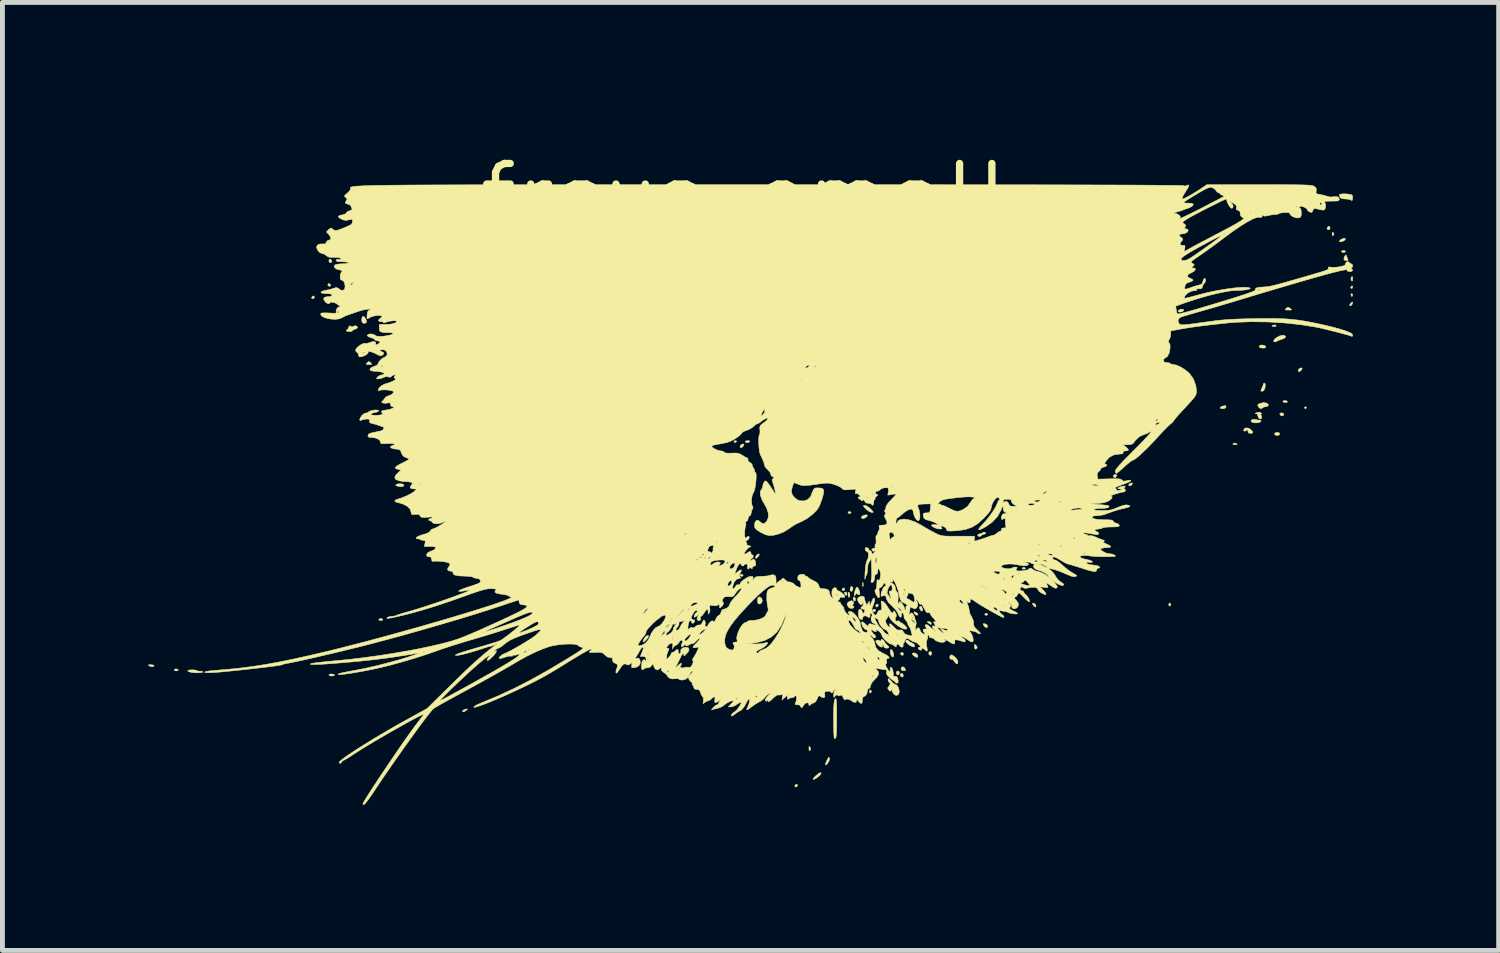
<source format=kicad_pcb>
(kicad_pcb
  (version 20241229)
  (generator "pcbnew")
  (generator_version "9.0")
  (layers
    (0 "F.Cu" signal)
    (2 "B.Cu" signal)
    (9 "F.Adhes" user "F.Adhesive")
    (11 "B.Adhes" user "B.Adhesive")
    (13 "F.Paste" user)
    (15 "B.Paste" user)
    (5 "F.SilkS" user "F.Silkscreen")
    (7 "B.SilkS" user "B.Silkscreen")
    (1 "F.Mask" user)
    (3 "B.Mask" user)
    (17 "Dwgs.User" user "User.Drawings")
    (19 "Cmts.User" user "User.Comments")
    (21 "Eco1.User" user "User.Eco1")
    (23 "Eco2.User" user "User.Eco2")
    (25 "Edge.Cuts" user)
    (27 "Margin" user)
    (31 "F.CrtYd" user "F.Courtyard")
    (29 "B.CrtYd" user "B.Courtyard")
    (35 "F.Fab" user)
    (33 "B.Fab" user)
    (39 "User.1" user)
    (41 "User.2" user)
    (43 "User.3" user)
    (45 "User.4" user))
  (footprint "freya_small"
    (layer "F.Cu")
    (at 12.294 1.006)
    (property "Reference" "freya_small" (at 0 0 0) (layer "F.SilkS") (effects (font (size 1.27 1.27) (thickness 0.15))))
    (attr through_hole)
    (fp_poly (pts (xy -8.869 2.062) (xy -8.886 2.091) (xy -8.902 2.095) (xy -8.927 2.083) (xy -8.927 2.07) (xy -8.906 2.042) (xy -8.881 2.039) (xy -8.869 2.062)) (stroke (width 0.01) (type solid)) (fill yes) (layer "F.SilkS"))
    (fp_poly (pts (xy -8.541 1.804) (xy -8.537 1.829) (xy -8.56 1.841) (xy -8.589 1.824) (xy -8.594 1.808) (xy -8.581 1.783) (xy -8.569 1.783) (xy -8.541 1.804)) (stroke (width 0.01) (type solid)) (fill yes) (layer "F.SilkS"))
    (fp_poly (pts (xy 1.079 12.116) (xy 1.062 12.145) (xy 1.046 12.15) (xy 1.021 12.137) (xy 1.021 12.125) (xy 1.042 12.097) (xy 1.067 12.093) (xy 1.079 12.116)) (stroke (width 0.01) (type solid)) (fill yes) (layer "F.SilkS"))
    (fp_poly (pts (xy 2.053 8.073) (xy 2.036 8.102) (xy 2.02 8.107) (xy 1.995 8.095) (xy 1.995 8.082) (xy 2.016 8.054) (xy 2.041 8.05) (xy 2.053 8.073)) (stroke (width 0.01) (type solid)) (fill yes) (layer "F.SilkS"))
    (fp_poly (pts (xy 12.508 2.015) (xy 12.505 2.035) (xy 12.493 2.051) (xy 12.48 2.035) (xy 12.472 2.004) (xy 12.476 1.995) (xy 12.497 1.992) (xy 12.508 2.015)) (stroke (width 0.01) (type solid)) (fill yes) (layer "F.SilkS"))
    (fp_poly (pts (xy -11.68 9.729) (xy -11.673 9.737) (xy -11.681 9.752) (xy -11.716 9.758) (xy -11.753 9.751) (xy -11.758 9.737) (xy -11.727 9.717) (xy -11.716 9.716) (xy -11.68 9.729)) (stroke (width 0.01) (type solid)) (fill yes) (layer "F.SilkS"))
    (fp_poly (pts (xy -8.541 1.284) (xy -8.513 1.31) (xy -8.509 1.325) (xy -8.526 1.351) (xy -8.541 1.355) (xy -8.567 1.337) (xy -8.572 1.313) (xy -8.562 1.283) (xy -8.541 1.284)) (stroke (width 0.01) (type solid)) (fill yes) (layer "F.SilkS"))
    (fp_poly (pts (xy -7.468 8.692) (xy -7.461 8.7) (xy -7.469 8.715) (xy -7.504 8.721) (xy -7.54 8.714) (xy -7.546 8.7) (xy -7.515 8.68) (xy -7.504 8.678) (xy -7.468 8.692)) (stroke (width 0.01) (type solid)) (fill yes) (layer "F.SilkS"))
    (fp_poly (pts (xy -5.723 10.554) (xy -5.746 10.572) (xy -5.79 10.6) (xy -5.815 10.6) (xy -5.816 10.578) (xy -5.79 10.555) (xy -5.756 10.546) (xy -5.72 10.543) (xy -5.723 10.554)) (stroke (width 0.01) (type solid)) (fill yes) (layer "F.SilkS"))
    (fp_poly (pts (xy -0.178 5.027) (xy -0.18 5.038) (xy -0.207 5.058) (xy -0.213 5.059) (xy -0.232 5.043) (xy -0.233 5.038) (xy -0.216 5.019) (xy -0.2 5.016) (xy -0.178 5.027)) (stroke (width 0.01) (type solid)) (fill yes) (layer "F.SilkS"))
    (fp_poly (pts (xy -0.046 7.78) (xy -0.042 7.789) (xy -0.059 7.808) (xy -0.074 7.811) (xy -0.102 7.799) (xy -0.106 7.789) (xy -0.089 7.771) (xy -0.074 7.768) (xy -0.046 7.78)) (stroke (width 0.01) (type solid)) (fill yes) (layer "F.SilkS"))
    (fp_poly (pts (xy 0.09 5.023) (xy 0.095 5.038) (xy 0.065 5.055) (xy 0.041 5.059) (xy 0.007 5.05) (xy 0 5.038) (xy 0.018 5.022) (xy 0.054 5.016) (xy 0.09 5.023)) (stroke (width 0.01) (type solid)) (fill yes) (layer "F.SilkS"))
    (fp_poly (pts (xy 1.336 11.331) (xy 1.348 11.373) (xy 1.336 11.394) (xy 1.319 11.4) (xy 1.313 11.369) (xy 1.313 11.355) (xy 1.315 11.315) (xy 1.324 11.312) (xy 1.336 11.331)) (stroke (width 0.01) (type solid)) (fill yes) (layer "F.SilkS"))
    (fp_poly (pts (xy 2.094 8.162) (xy 2.092 8.183) (xy 2.083 8.207) (xy 2.066 8.196) (xy 2.057 8.186) (xy 2.042 8.154) (xy 2.054 8.138) (xy 2.084 8.133) (xy 2.094 8.162)) (stroke (width 0.01) (type solid)) (fill yes) (layer "F.SilkS"))
    (fp_poly (pts (xy 2.177 6.488) (xy 2.18 6.498) (xy 2.163 6.517) (xy 2.148 6.519) (xy 2.12 6.508) (xy 2.117 6.498) (xy 2.134 6.479) (xy 2.148 6.477) (xy 2.177 6.488)) (stroke (width 0.01) (type solid)) (fill yes) (layer "F.SilkS"))
    (fp_poly (pts (xy 2.217 8.038) (xy 2.219 8.068) (xy 2.203 8.111) (xy 2.18 8.123) (xy 2.162 8.102) (xy 2.159 8.077) (xy 2.17 8.032) (xy 2.192 8.022) (xy 2.217 8.038)) (stroke (width 0.01) (type solid)) (fill yes) (layer "F.SilkS"))
    (fp_poly (pts (xy 2.261 8.251) (xy 2.271 8.276) (xy 2.269 8.312) (xy 2.252 8.319) (xy 2.228 8.301) (xy 2.223 8.276) (xy 2.23 8.242) (xy 2.241 8.234) (xy 2.261 8.251)) (stroke (width 0.01) (type solid)) (fill yes) (layer "F.SilkS"))
    (fp_poly (pts (xy 2.428 7.943) (xy 2.431 7.996) (xy 2.428 8.017) (xy 2.421 8.023) (xy 2.418 7.994) (xy 2.418 7.98) (xy 2.42 7.941) (xy 2.426 7.937) (xy 2.428 7.943)) (stroke (width 0.01) (type solid)) (fill yes) (layer "F.SilkS"))
    (fp_poly (pts (xy 2.581 10.151) (xy 2.587 10.156) (xy 2.601 10.185) (xy 2.587 10.207) (xy 2.568 10.217) (xy 2.561 10.191) (xy 2.561 10.181) (xy 2.565 10.148) (xy 2.581 10.151)) (stroke (width 0.01) (type solid)) (fill yes) (layer "F.SilkS"))
    (fp_poly (pts (xy 2.685 8.499) (xy 2.688 8.508) (xy 2.674 8.535) (xy 2.647 8.542) (xy 2.638 8.537) (xy 2.625 8.506) (xy 2.648 8.488) (xy 2.656 8.488) (xy 2.685 8.499)) (stroke (width 0.01) (type solid)) (fill yes) (layer "F.SilkS"))
    (fp_poly (pts (xy 2.741 8.396) (xy 2.738 8.414) (xy 2.717 8.442) (xy 2.707 8.445) (xy 2.69 8.428) (xy 2.688 8.414) (xy 2.705 8.386) (xy 2.719 8.382) (xy 2.741 8.396)) (stroke (width 0.01) (type solid)) (fill yes) (layer "F.SilkS"))
    (fp_poly (pts (xy 3.169 9.775) (xy 3.175 9.8) (xy 3.162 9.835) (xy 3.143 9.842) (xy 3.117 9.825) (xy 3.111 9.8) (xy 3.125 9.766) (xy 3.143 9.758) (xy 3.169 9.775)) (stroke (width 0.01) (type solid)) (fill yes) (layer "F.SilkS"))
    (fp_poly (pts (xy 3.252 9.836) (xy 3.256 9.85) (xy 3.247 9.88) (xy 3.229 9.885) (xy 3.202 9.867) (xy 3.196 9.841) (xy 3.207 9.81) (xy 3.231 9.809) (xy 3.252 9.836)) (stroke (width 0.01) (type solid)) (fill yes) (layer "F.SilkS"))
    (fp_poly (pts (xy 3.256 9.394) (xy 3.26 9.409) (xy 3.247 9.438) (xy 3.217 9.432) (xy 3.21 9.426) (xy 3.197 9.395) (xy 3.219 9.378) (xy 3.228 9.377) (xy 3.256 9.394)) (stroke (width 0.01) (type solid)) (fill yes) (layer "F.SilkS"))
    (fp_poly (pts (xy 3.514 8.551) (xy 3.547 8.577) (xy 3.556 8.594) (xy 3.543 8.614) (xy 3.513 8.603) (xy 3.497 8.589) (xy 3.473 8.556) (xy 3.481 8.541) (xy 3.514 8.551)) (stroke (width 0.01) (type solid)) (fill yes) (layer "F.SilkS"))
    (fp_poly (pts (xy 3.822 8.754) (xy 3.831 8.774) (xy 3.828 8.8) (xy 3.813 8.8) (xy 3.777 8.774) (xy 3.749 8.751) (xy 3.757 8.743) (xy 3.784 8.743) (xy 3.822 8.754)) (stroke (width 0.01) (type solid)) (fill yes) (layer "F.SilkS"))
    (fp_poly (pts (xy 3.83 9.366) (xy 3.841 9.392) (xy 3.831 9.425) (xy 3.81 9.44) (xy 3.789 9.424) (xy 3.781 9.409) (xy 3.783 9.374) (xy 3.81 9.359) (xy 3.83 9.366)) (stroke (width 0.01) (type solid)) (fill yes) (layer "F.SilkS"))
    (fp_poly (pts (xy 4.754 9.233) (xy 4.776 9.268) (xy 4.774 9.29) (xy 4.748 9.313) (xy 4.728 9.298) (xy 4.72 9.256) (xy 4.723 9.217) (xy 4.735 9.215) (xy 4.754 9.233)) (stroke (width 0.01) (type solid)) (fill yes) (layer "F.SilkS"))
    (fp_poly (pts (xy 4.992 8.584) (xy 4.995 8.594) (xy 4.978 8.612) (xy 4.964 8.615) (xy 4.935 8.603) (xy 4.932 8.594) (xy 4.949 8.575) (xy 4.964 8.572) (xy 4.992 8.584)) (stroke (width 0.01) (type solid)) (fill yes) (layer "F.SilkS"))
    (fp_poly (pts (xy 5.762 7.637) (xy 5.772 7.656) (xy 5.746 7.662) (xy 5.736 7.662) (xy 5.703 7.658) (xy 5.706 7.642) (xy 5.711 7.637) (xy 5.74 7.622) (xy 5.762 7.637)) (stroke (width 0.01) (type solid)) (fill yes) (layer "F.SilkS"))
    (fp_poly (pts (xy 7.65 5.725) (xy 7.649 5.747) (xy 7.622 5.775) (xy 7.607 5.779) (xy 7.581 5.762) (xy 7.578 5.747) (xy 7.595 5.721) (xy 7.619 5.715) (xy 7.65 5.725)) (stroke (width 0.01) (type solid)) (fill yes) (layer "F.SilkS"))
    (fp_poly (pts (xy 8.761 8.378) (xy 8.763 8.393) (xy 8.752 8.421) (xy 8.742 8.424) (xy 8.723 8.407) (xy 8.721 8.393) (xy 8.732 8.364) (xy 8.742 8.361) (xy 8.761 8.378)) (stroke (width 0.01) (type solid)) (fill yes) (layer "F.SilkS"))
    (fp_poly (pts (xy 10.11 5.077) (xy 10.132 5.093) (xy 10.12 5.099) (xy 10.087 5.101) (xy 10.046 5.097) (xy 10.043 5.083) (xy 10.048 5.078) (xy 10.081 5.066) (xy 10.11 5.077)) (stroke (width 0.01) (type solid)) (fill yes) (layer "F.SilkS"))
    (fp_poly (pts (xy 10.928 2.644) (xy 10.934 2.66) (xy 10.903 2.666) (xy 10.889 2.666) (xy 10.849 2.664) (xy 10.847 2.655) (xy 10.866 2.643) (xy 10.907 2.632) (xy 10.928 2.644)) (stroke (width 0.01) (type solid)) (fill yes) (layer "F.SilkS"))
    (fp_poly (pts (xy 10.996 4.858) (xy 11.007 4.879) (xy 10.988 4.904) (xy 10.954 4.911) (xy 10.911 4.9) (xy 10.901 4.879) (xy 10.919 4.853) (xy 10.954 4.847) (xy 10.996 4.858)) (stroke (width 0.01) (type solid)) (fill yes) (layer "F.SilkS"))
    (fp_poly (pts (xy 11.083 4.458) (xy 11.091 4.477) (xy 11.076 4.503) (xy 11.042 4.507) (xy 11.021 4.494) (xy 11.007 4.464) (xy 11.031 4.447) (xy 11.049 4.445) (xy 11.083 4.458)) (stroke (width 0.01) (type solid)) (fill yes) (layer "F.SilkS"))
    (fp_poly (pts (xy 11.152 4.201) (xy 11.165 4.212) (xy 11.158 4.228) (xy 11.124 4.233) (xy 11.084 4.226) (xy 11.07 4.212) (xy 11.088 4.195) (xy 11.111 4.191) (xy 11.152 4.201)) (stroke (width 0.01) (type solid)) (fill yes) (layer "F.SilkS"))
    (fp_poly (pts (xy 11.556 4.334) (xy 11.557 4.339) (xy 11.541 4.36) (xy 11.536 4.36) (xy 11.515 4.344) (xy 11.515 4.339) (xy 11.531 4.319) (xy 11.536 4.318) (xy 11.556 4.334)) (stroke (width 0.01) (type solid)) (fill yes) (layer "F.SilkS"))
    (fp_poly (pts (xy 12.038 0.61) (xy 12.044 0.636) (xy 12.03 0.67) (xy 12.012 0.677) (xy 11.984 0.662) (xy 11.98 0.648) (xy 11.997 0.615) (xy 12.012 0.606) (xy 12.038 0.61)) (stroke (width 0.01) (type solid)) (fill yes) (layer "F.SilkS"))
    (fp_poly (pts (xy 12.106 0.732) (xy 12.112 0.737) (xy 12.126 0.765) (xy 12.112 0.787) (xy 12.093 0.798) (xy 12.086 0.772) (xy 12.086 0.762) (xy 12.09 0.728) (xy 12.106 0.732)) (stroke (width 0.01) (type solid)) (fill yes) (layer "F.SilkS"))
    (fp_poly (pts (xy 12.353 1.11) (xy 12.361 1.122) (xy 12.344 1.139) (xy 12.319 1.143) (xy 12.285 1.134) (xy 12.277 1.122) (xy 12.294 1.105) (xy 12.319 1.101) (xy 12.353 1.11)) (stroke (width 0.01) (type solid)) (fill yes) (layer "F.SilkS"))
    (fp_poly (pts (xy 12.506 1.836) (xy 12.509 1.851) (xy 12.498 1.88) (xy 12.488 1.884) (xy 12.468 1.869) (xy 12.467 1.864) (xy 12.483 1.835) (xy 12.488 1.831) (xy 12.506 1.836)) (stroke (width 0.01) (type solid)) (fill yes) (layer "F.SilkS"))
    (fp_poly (pts (xy 12.509 1.667) (xy 12.509 1.679) (xy 12.505 1.725) (xy 12.491 1.732) (xy 12.474 1.702) (xy 12.476 1.661) (xy 12.486 1.645) (xy 12.503 1.638) (xy 12.509 1.667)) (stroke (width 0.01) (type solid)) (fill yes) (layer "F.SilkS"))
    (fp_poly (pts (xy 2.138 8.141) (xy 2.14 8.142) (xy 2.155 8.18) (xy 2.155 8.212) (xy 2.144 8.242) (xy 2.133 8.243) (xy 2.12 8.211) (xy 2.117 8.173) (xy 2.122 8.138) (xy 2.138 8.141)) (stroke (width 0.01) (type solid)) (fill yes) (layer "F.SilkS"))
    (fp_poly (pts (xy 3.52 9.402) (xy 3.55 9.432) (xy 3.556 9.452) (xy 3.547 9.479) (xy 3.518 9.475) (xy 3.474 9.448) (xy 3.442 9.415) (xy 3.446 9.394) (xy 3.479 9.386) (xy 3.52 9.402)) (stroke (width 0.01) (type solid)) (fill yes) (layer "F.SilkS"))
    (fp_poly (pts (xy 3.636 8.441) (xy 3.65 8.483) (xy 3.653 8.521) (xy 3.635 8.529) (xy 3.608 8.504) (xy 3.599 8.489) (xy 3.588 8.449) (xy 3.6 8.434) (xy 3.621 8.426) (xy 3.636 8.441)) (stroke (width 0.01) (type solid)) (fill yes) (layer "F.SilkS"))
    (fp_poly (pts (xy 4.936 8.788) (xy 4.977 8.807) (xy 4.991 8.832) (xy 4.986 8.862) (xy 4.961 8.866) (xy 4.929 8.844) (xy 4.915 8.825) (xy 4.898 8.793) (xy 4.913 8.785) (xy 4.936 8.788)) (stroke (width 0.01) (type solid)) (fill yes) (layer "F.SilkS"))
    (fp_poly (pts (xy 5.941 8.365) (xy 5.977 8.389) (xy 5.986 8.409) (xy 5.984 8.441) (xy 5.964 8.44) (xy 5.934 8.407) (xy 5.93 8.401) (xy 5.914 8.37) (xy 5.925 8.362) (xy 5.941 8.365)) (stroke (width 0.01) (type solid)) (fill yes) (layer "F.SilkS"))
    (fp_poly (pts (xy 7.973 5.896) (xy 7.966 5.916) (xy 7.944 5.941) (xy 7.914 5.948) (xy 7.896 5.934) (xy 7.895 5.929) (xy 7.912 5.906) (xy 7.929 5.897) (xy 7.965 5.886) (xy 7.973 5.896)) (stroke (width 0.01) (type solid)) (fill yes) (layer "F.SilkS"))
    (fp_poly (pts (xy 12.355 0.854) (xy 12.356 0.878) (xy 12.323 0.904) (xy 12.282 0.92) (xy 12.244 0.923) (xy 12.234 0.911) (xy 12.251 0.887) (xy 12.29 0.863) (xy 12.331 0.85) (xy 12.355 0.854)) (stroke (width 0.01) (type solid)) (fill yes) (layer "F.SilkS"))
    (fp_poly (pts (xy 12.509 2.178) (xy 12.507 2.19) (xy 12.491 2.221) (xy 12.467 2.24) (xy 12.449 2.238) (xy 12.446 2.227) (xy 12.461 2.198) (xy 12.48 2.178) (xy 12.505 2.161) (xy 12.509 2.178)) (stroke (width 0.01) (type solid)) (fill yes) (layer "F.SilkS"))
    (fp_poly (pts (xy -12.193 9.637) (xy -12.171 9.65) (xy -12.171 9.652) (xy -12.188 9.67) (xy -12.227 9.671) (xy -12.271 9.655) (xy -12.277 9.652) (xy -12.289 9.638) (xy -12.265 9.632) (xy -12.24 9.631) (xy -12.193 9.637)) (stroke (width 0.01) (type solid)) (fill yes) (layer "F.SilkS"))
    (fp_poly (pts (xy -8.476 9.829) (xy -8.456 9.842) (xy -8.464 9.857) (xy -8.506 9.864) (xy -8.508 9.864) (xy -8.553 9.858) (xy -8.572 9.843) (xy -8.572 9.842) (xy -8.554 9.826) (xy -8.521 9.821) (xy -8.476 9.829)) (stroke (width 0.01) (type solid)) (fill yes) (layer "F.SilkS"))
    (fp_poly (pts (xy -7.053 5.911) (xy -7.029 5.928) (xy -7.027 5.937) (xy -7.045 5.961) (xy -7.096 5.966) (xy -7.16 5.954) (xy -7.194 5.938) (xy -7.191 5.921) (xy -7.156 5.909) (xy -7.112 5.905) (xy -7.053 5.911)) (stroke (width 0.01) (type solid)) (fill yes) (layer "F.SilkS"))
    (fp_poly (pts (xy -0.028 5.088) (xy -0.026 5.09) (xy -0.028 5.111) (xy -0.051 5.142) (xy -0.078 5.163) (xy -0.087 5.165) (xy -0.104 5.148) (xy -0.106 5.135) (xy -0.09 5.107) (xy -0.057 5.087) (xy -0.028 5.088)) (stroke (width 0.01) (type solid)) (fill yes) (layer "F.SilkS"))
    (fp_poly (pts (xy 0.29 7.353) (xy 0.287 7.376) (xy 0.26 7.412) (xy 0.258 7.414) (xy 0.226 7.442) (xy 0.213 7.439) (xy 0.212 7.426) (xy 0.224 7.39) (xy 0.252 7.36) (xy 0.281 7.349) (xy 0.29 7.353)) (stroke (width 0.01) (type solid)) (fill yes) (layer "F.SilkS"))
    (fp_poly (pts (xy 2.516 6.552) (xy 2.512 6.572) (xy 2.484 6.598) (xy 2.446 6.619) (xy 2.42 6.625) (xy 2.395 6.608) (xy 2.392 6.596) (xy 2.41 6.571) (xy 2.45 6.552) (xy 2.493 6.545) (xy 2.516 6.552)) (stroke (width 0.01) (type solid)) (fill yes) (layer "F.SilkS"))
    (fp_poly (pts (xy 3.034 9.344) (xy 3.052 9.392) (xy 3.058 9.44) (xy 3.049 9.469) (xy 3.027 9.468) (xy 3.008 9.444) (xy 2.989 9.394) (xy 2.986 9.348) (xy 2.996 9.32) (xy 3.01 9.318) (xy 3.034 9.344)) (stroke (width 0.01) (type solid)) (fill yes) (layer "F.SilkS"))
    (fp_poly (pts (xy 3.278 9.691) (xy 3.299 9.729) (xy 3.302 9.749) (xy 3.285 9.756) (xy 3.248 9.752) (xy 3.224 9.744) (xy 3.208 9.721) (xy 3.217 9.691) (xy 3.245 9.673) (xy 3.249 9.673) (xy 3.278 9.691)) (stroke (width 0.01) (type solid)) (fill yes) (layer "F.SilkS"))
    (fp_poly (pts (xy 9.021 2.311) (xy 9.028 2.329) (xy 9.025 2.338) (xy 9.002 2.36) (xy 8.965 2.37) (xy 8.931 2.368) (xy 8.915 2.351) (xy 8.916 2.344) (xy 8.942 2.322) (xy 8.981 2.311) (xy 9.021 2.311)) (stroke (width 0.01) (type solid)) (fill yes) (layer "F.SilkS"))
    (fp_poly (pts (xy 9.899 4.303) (xy 9.9 4.329) (xy 9.896 4.338) (xy 9.869 4.354) (xy 9.828 4.36) (xy 9.791 4.354) (xy 9.779 4.34) (xy 9.797 4.321) (xy 9.836 4.305) (xy 9.878 4.298) (xy 9.899 4.303)) (stroke (width 0.01) (type solid)) (fill yes) (layer "F.SilkS"))
    (fp_poly (pts (xy 10.694 3.058) (xy 10.718 3.08) (xy 10.717 3.102) (xy 10.685 3.111) (xy 10.657 3.111) (xy 10.602 3.104) (xy 10.583 3.082) (xy 10.583 3.08) (xy 10.602 3.054) (xy 10.645 3.048) (xy 10.694 3.058)) (stroke (width 0.01) (type solid)) (fill yes) (layer "F.SilkS"))
    (fp_poly (pts (xy 11.466 3.521) (xy 11.468 3.523) (xy 11.465 3.545) (xy 11.443 3.575) (xy 11.415 3.596) (xy 11.406 3.598) (xy 11.389 3.581) (xy 11.388 3.569) (xy 11.403 3.54) (xy 11.436 3.521) (xy 11.466 3.521)) (stroke (width 0.01) (type solid)) (fill yes) (layer "F.SilkS"))
    (fp_poly (pts (xy -7.839 2.473) (xy -7.812 2.514) (xy -7.798 2.558) (xy -7.801 2.584) (xy -7.833 2.602) (xy -7.872 2.596) (xy -7.881 2.589) (xy -7.894 2.557) (xy -7.895 2.511) (xy -7.884 2.471) (xy -7.867 2.455) (xy -7.839 2.473)) (stroke (width 0.01) (type solid)) (fill yes) (layer "F.SilkS"))
    (fp_poly (pts (xy -7.729 3.397) (xy -7.711 3.414) (xy -7.69 3.438) (xy -7.698 3.448) (xy -7.742 3.45) (xy -7.747 3.45) (xy -7.794 3.448) (xy -7.805 3.439) (xy -7.786 3.416) (xy -7.783 3.414) (xy -7.753 3.389) (xy -7.729 3.397)) (stroke (width 0.01) (type solid)) (fill yes) (layer "F.SilkS"))
    (fp_poly (pts (xy -1.99 9.046) (xy -2.004 9.077) (xy -2.038 9.117) (xy -2.076 9.152) (xy -2.103 9.165) (xy -2.105 9.149) (xy -2.089 9.11) (xy -2.086 9.104) (xy -2.055 9.059) (xy -2.023 9.032) (xy -1.998 9.027) (xy -1.99 9.046)) (stroke (width 0.01) (type solid)) (fill yes) (layer "F.SilkS"))
    (fp_poly (pts (xy 0.327 8.252) (xy 0.338 8.265) (xy 0.353 8.308) (xy 0.342 8.353) (xy 0.31 8.38) (xy 0.295 8.382) (xy 0.267 8.373) (xy 0.255 8.339) (xy 0.254 8.308) (xy 0.264 8.252) (xy 0.29 8.233) (xy 0.327 8.252)) (stroke (width 0.01) (type solid)) (fill yes) (layer "F.SilkS"))
    (fp_poly (pts (xy 11.194 2.276) (xy 11.221 2.294) (xy 11.25 2.316) (xy 11.25 2.326) (xy 11.214 2.328) (xy 11.187 2.328) (xy 11.135 2.327) (xy 11.119 2.319) (xy 11.132 2.3) (xy 11.138 2.294) (xy 11.166 2.272) (xy 11.194 2.276)) (stroke (width 0.01) (type solid)) (fill yes) (layer "F.SilkS"))
    (fp_poly (pts (xy 1.565 11.864) (xy 1.547 11.896) (xy 1.516 11.927) (xy 1.467 11.966) (xy 1.425 11.989) (xy 1.4 11.991) (xy 1.397 11.984) (xy 1.412 11.961) (xy 1.448 11.924) (xy 1.493 11.887) (xy 1.531 11.86) (xy 1.547 11.853) (xy 1.565 11.864)) (stroke (width 0.01) (type solid)) (fill yes) (layer "F.SilkS"))
    (fp_poly (pts (xy 1.734 11.554) (xy 1.736 11.576) (xy 1.727 11.609) (xy 1.706 11.648) (xy 1.681 11.681) (xy 1.661 11.698) (xy 1.652 11.688) (xy 1.66 11.655) (xy 1.679 11.607) (xy 1.703 11.563) (xy 1.722 11.537) (xy 1.726 11.536) (xy 1.734 11.554)) (stroke (width 0.01) (type solid)) (fill yes) (layer "F.SilkS"))
    (fp_poly (pts (xy 10.707 3.849) (xy 10.708 3.899) (xy 10.697 3.953) (xy 10.672 3.991) (xy 10.646 4) (xy 10.621 3.997) (xy 10.62 3.978) (xy 10.637 3.942) (xy 10.659 3.893) (xy 10.668 3.858) (xy 10.681 3.833) (xy 10.689 3.831) (xy 10.707 3.849)) (stroke (width 0.01) (type solid)) (fill yes) (layer "F.SilkS"))
    (fp_poly (pts (xy 12.376 1.2) (xy 12.378 1.207) (xy 12.397 1.253) (xy 12.407 1.275) (xy 12.414 1.304) (xy 12.386 1.312) (xy 12.384 1.312) (xy 12.344 1.303) (xy 12.33 1.292) (xy 12.329 1.259) (xy 12.343 1.223) (xy 12.363 1.193) (xy 12.376 1.2)) (stroke (width 0.01) (type solid)) (fill yes) (layer "F.SilkS"))
    (fp_poly (pts (xy 10.513 4.583) (xy 10.566 4.594) (xy 10.601 4.595) (xy 10.622 4.606) (xy 10.621 4.618) (xy 10.595 4.639) (xy 10.545 4.65) (xy 10.487 4.651) (xy 10.44 4.639) (xy 10.435 4.637) (xy 10.415 4.611) (xy 10.428 4.589) (xy 10.465 4.578) (xy 10.513 4.583)) (stroke (width 0.01) (type solid)) (fill yes) (layer "F.SilkS"))
    (fp_poly (pts (xy 2.506 6.365) (xy 2.558 6.402) (xy 2.582 6.424) (xy 2.624 6.468) (xy 2.638 6.49) (xy 2.627 6.496) (xy 2.602 6.495) (xy 2.556 6.478) (xy 2.501 6.439) (xy 2.484 6.421) (xy 2.444 6.378) (xy 2.433 6.357) (xy 2.446 6.351) (xy 2.464 6.35) (xy 2.506 6.365)) (stroke (width 0.01) (type solid)) (fill yes) (layer "F.SilkS"))
    (fp_poly (pts (xy 2.221 8.328) (xy 2.226 8.333) (xy 2.24 8.363) (xy 2.221 8.385) (xy 2.203 8.405) (xy 2.217 8.417) (xy 2.242 8.439) (xy 2.229 8.462) (xy 2.203 8.472) (xy 2.155 8.466) (xy 2.128 8.447) (xy 2.098 8.395) (xy 2.11 8.353) (xy 2.148 8.326) (xy 2.192 8.313) (xy 2.221 8.328)) (stroke (width 0.01) (type solid)) (fill yes) (layer "F.SilkS"))
    (fp_poly (pts (xy 4.264 9.433) (xy 4.304 9.461) (xy 4.345 9.502) (xy 4.374 9.545) (xy 4.381 9.57) (xy 4.373 9.61) (xy 4.35 9.613) (xy 4.318 9.578) (xy 4.311 9.567) (xy 4.275 9.524) (xy 4.243 9.518) (xy 4.22 9.512) (xy 4.211 9.483) (xy 4.218 9.448) (xy 4.235 9.429) (xy 4.264 9.433)) (stroke (width 0.01) (type solid)) (fill yes) (layer "F.SilkS"))
    (fp_poly (pts (xy 10.725 4.241) (xy 10.74 4.246) (xy 10.771 4.272) (xy 10.768 4.3) (xy 10.733 4.317) (xy 10.722 4.318) (xy 10.677 4.326) (xy 10.657 4.339) (xy 10.626 4.36) (xy 10.589 4.344) (xy 10.567 4.318) (xy 10.553 4.285) (xy 10.569 4.265) (xy 10.595 4.254) (xy 10.666 4.235) (xy 10.725 4.241)) (stroke (width 0.01) (type solid)) (fill yes) (layer "F.SilkS"))
    (fp_poly (pts (xy 3.362 9.132) (xy 3.365 9.139) (xy 3.383 9.157) (xy 3.426 9.179) (xy 3.429 9.18) (xy 3.473 9.206) (xy 3.492 9.236) (xy 3.493 9.237) (xy 3.48 9.265) (xy 3.443 9.261) (xy 3.379 9.226) (xy 3.372 9.221) (xy 3.324 9.181) (xy 3.304 9.147) (xy 3.314 9.126) (xy 3.334 9.123) (xy 3.362 9.132)) (stroke (width 0.01) (type solid)) (fill yes) (layer "F.SilkS"))
    (fp_poly (pts (xy 11.102 2.85) (xy 11.128 2.871) (xy 11.117 2.897) (xy 11.071 2.923) (xy 11.044 2.931) (xy 10.99 2.949) (xy 10.955 2.966) (xy 10.952 2.969) (xy 10.918 2.984) (xy 10.908 2.985) (xy 10.882 2.975) (xy 10.88 2.969) (xy 10.899 2.93) (xy 10.946 2.892) (xy 11.006 2.861) (xy 11.066 2.846) (xy 11.102 2.85)) (stroke (width 0.01) (type solid)) (fill yes) (layer "F.SilkS"))
    (fp_poly (pts (xy -11.33 9.74) (xy -11.29 9.748) (xy -11.282 9.755) (xy -11.264 9.765) (xy -11.231 9.763) (xy -11.187 9.765) (xy -11.167 9.777) (xy -11.177 9.788) (xy -11.219 9.796) (xy -11.278 9.798) (xy -11.345 9.796) (xy -11.406 9.788) (xy -11.419 9.785) (xy -11.47 9.768) (xy -11.48 9.752) (xy -11.451 9.741) (xy -11.392 9.737) (xy -11.33 9.74)) (stroke (width 0.01) (type solid)) (fill yes) (layer "F.SilkS"))
    (fp_poly (pts (xy 2.321 8.046) (xy 2.343 8.088) (xy 2.358 8.133) (xy 2.362 8.177) (xy 2.345 8.191) (xy 2.339 8.191) (xy 2.311 8.178) (xy 2.307 8.166) (xy 2.297 8.161) (xy 2.276 8.182) (xy 2.253 8.211) (xy 2.246 8.205) (xy 2.245 8.181) (xy 2.254 8.131) (xy 2.272 8.078) (xy 2.292 8.039) (xy 2.31 8.035) (xy 2.321 8.046)) (stroke (width 0.01) (type solid)) (fill yes) (layer "F.SilkS"))
    (fp_poly (pts (xy 4.953 6.921) (xy 4.953 6.921) (xy 4.936 6.94) (xy 4.918 6.943) (xy 4.877 6.958) (xy 4.86 6.974) (xy 4.829 6.994) (xy 4.805 6.985) (xy 4.784 6.965) (xy 4.801 6.946) (xy 4.804 6.944) (xy 4.838 6.932) (xy 4.85 6.934) (xy 4.873 6.929) (xy 4.879 6.922) (xy 4.906 6.903) (xy 4.938 6.903) (xy 4.953 6.921)) (stroke (width 0.01) (type solid)) (fill yes) (layer "F.SilkS"))
    (fp_poly (pts (xy 10.372 4.764) (xy 10.408 4.788) (xy 10.448 4.832) (xy 10.45 4.858) (xy 10.416 4.868) (xy 10.403 4.868) (xy 10.363 4.859) (xy 10.351 4.825) (xy 10.351 4.822) (xy 10.346 4.791) (xy 10.329 4.797) (xy 10.325 4.801) (xy 10.289 4.824) (xy 10.268 4.813) (xy 10.266 4.797) (xy 10.282 4.765) (xy 10.322 4.754) (xy 10.372 4.764)) (stroke (width 0.01) (type solid)) (fill yes) (layer "F.SilkS"))
    (fp_poly (pts (xy 10.612 4.441) (xy 10.636 4.458) (xy 10.628 4.465) (xy 10.61 4.472) (xy 10.625 4.497) (xy 10.639 4.535) (xy 10.625 4.565) (xy 10.604 4.572) (xy 10.58 4.556) (xy 10.564 4.532) (xy 10.552 4.495) (xy 10.556 4.48) (xy 10.55 4.468) (xy 10.529 4.466) (xy 10.5 4.463) (xy 10.51 4.453) (xy 10.527 4.442) (xy 10.58 4.431) (xy 10.612 4.441)) (stroke (width 0.01) (type solid)) (fill yes) (layer "F.SilkS"))
    (fp_poly (pts (xy 12.425 -0.059) (xy 12.476 -0.049) (xy 12.501 -0.034) (xy 12.501 -0.033) (xy 12.509 0.006) (xy 12.506 0.045) (xy 12.497 0.072) (xy 12.484 0.071) (xy 12.482 0.069) (xy 12.451 0.053) (xy 12.392 0.043) (xy 12.362 0.042) (xy 12.289 0.036) (xy 12.249 0.012) (xy 12.235 -0.033) (xy 12.234 -0.044) (xy 12.253 -0.057) (xy 12.3 -0.064) (xy 12.362 -0.064) (xy 12.425 -0.059)) (stroke (width 0.01) (type solid)) (fill yes) (layer "F.SilkS"))
    (fp_poly (pts (xy -7.997 2.661) (xy -7.98 2.687) (xy -7.98 2.687) (xy -7.998 2.708) (xy -8.033 2.722) (xy -8.072 2.738) (xy -8.086 2.754) (xy -8.104 2.767) (xy -8.148 2.773) (xy -8.149 2.773) (xy -8.194 2.767) (xy -8.213 2.752) (xy -8.213 2.752) (xy -8.198 2.731) (xy -8.194 2.731) (xy -8.175 2.713) (xy -8.163 2.683) (xy -8.149 2.652) (xy -8.129 2.658) (xy -8.125 2.662) (xy -8.093 2.676) (xy -8.072 2.664) (xy -8.034 2.651) (xy -7.997 2.661)) (stroke (width 0.01) (type solid)) (fill yes) (layer "F.SilkS"))
    (fp_poly (pts (xy 1.87 10.333) (xy 1.875 10.357) (xy 1.879 10.404) (xy 1.882 10.481) (xy 1.883 10.59) (xy 1.883 10.726) (xy 1.883 10.878) (xy 1.881 10.992) (xy 1.877 11.072) (xy 1.87 11.123) (xy 1.861 11.147) (xy 1.848 11.151) (xy 1.834 11.141) (xy 1.83 11.116) (xy 1.826 11.056) (xy 1.823 10.968) (xy 1.821 10.859) (xy 1.82 10.753) (xy 1.821 10.611) (xy 1.824 10.504) (xy 1.828 10.429) (xy 1.835 10.379) (xy 1.846 10.348) (xy 1.851 10.339) (xy 1.862 10.329) (xy 1.87 10.333)) (stroke (width 0.01) (type solid)) (fill yes) (layer "F.SilkS"))
    (fp_poly (pts (xy 2.83 9.113) (xy 2.861 9.146) (xy 2.872 9.165) (xy 2.904 9.21) (xy 2.93 9.233) (xy 2.961 9.262) (xy 2.952 9.284) (xy 2.91 9.292) (xy 2.868 9.282) (xy 2.857 9.262) (xy 2.845 9.226) (xy 2.837 9.218) (xy 2.825 9.222) (xy 2.828 9.238) (xy 2.828 9.266) (xy 2.805 9.269) (xy 2.767 9.251) (xy 2.734 9.222) (xy 2.702 9.18) (xy 2.688 9.148) (xy 2.688 9.148) (xy 2.704 9.128) (xy 2.739 9.124) (xy 2.771 9.137) (xy 2.78 9.149) (xy 2.789 9.156) (xy 2.792 9.137) (xy 2.804 9.109) (xy 2.83 9.113)) (stroke (width 0.01) (type solid)) (fill yes) (layer "F.SilkS"))
    (fp_poly (pts (xy 2.957 9.916) (xy 2.985 9.946) (xy 3.001 9.964) (xy 3.042 10.007) (xy 3.076 10.031) (xy 3.084 10.033) (xy 3.121 10.051) (xy 3.151 10.094) (xy 3.169 10.15) (xy 3.171 10.205) (xy 3.154 10.245) (xy 3.142 10.253) (xy 3.113 10.263) (xy 3.095 10.259) (xy 3.064 10.236) (xy 3.033 10.196) (xy 3.027 10.168) (xy 3.023 10.142) (xy 3.009 10.155) (xy 3.006 10.16) (xy 2.988 10.178) (xy 2.966 10.164) (xy 2.955 10.149) (xy 2.934 10.115) (xy 2.943 10.092) (xy 2.954 10.084) (xy 2.977 10.051) (xy 2.984 10.015) (xy 2.971 9.992) (xy 2.963 9.991) (xy 2.947 9.973) (xy 2.943 9.943) (xy 2.945 9.916) (xy 2.957 9.916)) (stroke (width 0.01) (type solid)) (fill yes) (layer "F.SilkS"))
    (fp_poly (pts (xy 10.83 -0.254) (xy 11.035 -0.253) (xy 11.204 -0.253) (xy 11.342 -0.251) (xy 11.452 -0.249) (xy 11.537 -0.247) (xy 11.602 -0.243) (xy 11.648 -0.239) (xy 11.681 -0.233) (xy 11.703 -0.227) (xy 11.717 -0.219) (xy 11.755 -0.185) (xy 11.761 -0.141) (xy 11.758 -0.125) (xy 11.753 -0.086) (xy 11.768 -0.067) (xy 11.813 -0.056) (xy 11.825 -0.054) (xy 11.899 -0.039) (xy 11.966 -0.02) (xy 11.97 -0.019) (xy 12.021 -0.004) (xy 12.054 0.001) (xy 12.054 0.001) (xy 12.14 -0.007) (xy 12.193 -0.005) (xy 12.22 0.01) (xy 12.231 0.037) (xy 12.232 0.061) (xy 12.221 0.075) (xy 12.19 0.082) (xy 12.13 0.084) (xy 12.074 0.085) (xy 11.993 0.086) (xy 11.947 0.09) (xy 11.93 0.098) (xy 11.935 0.113) (xy 11.937 0.116) (xy 11.953 0.164) (xy 11.948 0.213) (xy 11.939 0.248) (xy 11.923 0.266) (xy 11.893 0.27) (xy 11.839 0.261) (xy 11.759 0.242) (xy 11.716 0.237) (xy 11.695 0.259) (xy 11.691 0.273) (xy 11.675 0.308) (xy 11.662 0.318) (xy 11.616 0.306) (xy 11.583 0.281) (xy 11.578 0.266) (xy 11.56 0.239) (xy 11.517 0.212) (xy 11.466 0.194) (xy 11.44 0.191) (xy 11.412 0.202) (xy 11.409 0.212) (xy 11.425 0.232) (xy 11.43 0.233) (xy 11.443 0.252) (xy 11.45 0.299) (xy 11.451 0.326) (xy 11.448 0.386) (xy 11.433 0.417) (xy 11.405 0.43) (xy 11.354 0.431) (xy 11.296 0.414) (xy 11.246 0.387) (xy 11.219 0.356) (xy 11.218 0.349) (xy 11.211 0.33) (xy 11.182 0.321) (xy 11.124 0.32) (xy 11.102 0.321) (xy 11.038 0.328) (xy 10.996 0.337) (xy 10.986 0.344) (xy 10.967 0.355) (xy 10.922 0.36) (xy 10.917 0.36) (xy 10.849 0.366) (xy 10.774 0.381) (xy 10.766 0.383) (xy 10.708 0.395) (xy 10.677 0.39) (xy 10.665 0.378) (xy 10.651 0.364) (xy 10.647 0.389) (xy 10.639 0.416) (xy 10.607 0.42) (xy 10.587 0.417) (xy 10.532 0.423) (xy 10.448 0.455) (xy 10.339 0.513) (xy 10.207 0.594) (xy 10.056 0.697) (xy 9.888 0.819) (xy 9.85 0.848) (xy 9.735 0.935) (xy 9.614 1.024) (xy 9.497 1.108) (xy 9.397 1.179) (xy 9.358 1.205) (xy 9.272 1.264) (xy 9.218 1.304) (xy 9.19 1.33) (xy 9.185 1.347) (xy 9.197 1.36) (xy 9.199 1.36) (xy 9.24 1.385) (xy 9.246 1.402) (xy 9.221 1.425) (xy 9.217 1.428) (xy 9.189 1.451) (xy 9.198 1.459) (xy 9.223 1.46) (xy 9.263 1.47) (xy 9.27 1.495) (xy 9.246 1.527) (xy 9.194 1.557) (xy 9.186 1.561) (xy 9.125 1.593) (xy 9.105 1.626) (xy 9.125 1.656) (xy 9.165 1.675) (xy 9.214 1.698) (xy 9.223 1.718) (xy 9.191 1.738) (xy 9.146 1.754) (xy 9.091 1.776) (xy 9.064 1.807) (xy 9.055 1.843) (xy 9.05 1.876) (xy 9.053 1.894) (xy 9.071 1.897) (xy 9.113 1.886) (xy 9.185 1.862) (xy 9.207 1.854) (xy 9.278 1.831) (xy 9.342 1.814) (xy 9.36 1.81) (xy 9.406 1.789) (xy 9.423 1.743) (xy 9.437 1.698) (xy 9.456 1.677) (xy 9.477 1.685) (xy 9.482 1.715) (xy 9.471 1.753) (xy 9.452 1.777) (xy 9.424 1.818) (xy 9.415 1.848) (xy 9.403 1.88) (xy 9.37 1.891) (xy 9.336 1.891) (xy 9.292 1.892) (xy 9.287 1.901) (xy 9.294 1.906) (xy 9.305 1.92) (xy 9.278 1.926) (xy 9.265 1.926) (xy 9.187 1.94) (xy 9.114 1.977) (xy 9.063 2.026) (xy 9.058 2.034) (xy 9.043 2.071) (xy 9.043 2.086) (xy 9.065 2.084) (xy 9.121 2.071) (xy 9.202 2.051) (xy 9.302 2.024) (xy 9.347 2.012) (xy 9.491 1.975) (xy 9.643 1.941) (xy 9.796 1.913) (xy 9.944 1.889) (xy 10.081 1.872) (xy 10.202 1.862) (xy 10.299 1.859) (xy 10.368 1.865) (xy 10.401 1.88) (xy 10.402 1.881) (xy 10.389 1.893) (xy 10.344 1.905) (xy 10.274 1.916) (xy 10.188 1.923) (xy 10.096 1.926) (xy 10.09 1.926) (xy 9.997 1.933) (xy 9.872 1.954) (xy 9.723 1.985) (xy 9.557 2.026) (xy 9.384 2.074) (xy 9.209 2.128) (xy 9.042 2.185) (xy 9.041 2.185) (xy 8.864 2.249) (xy 8.876 2.323) (xy 8.886 2.375) (xy 8.896 2.404) (xy 8.897 2.406) (xy 8.914 2.408) (xy 8.955 2.401) (xy 9.023 2.385) (xy 9.12 2.36) (xy 9.247 2.324) (xy 9.408 2.277) (xy 9.605 2.218) (xy 9.835 2.148) (xy 10.04 2.085) (xy 10.206 2.033) (xy 10.334 1.99) (xy 10.425 1.957) (xy 10.482 1.933) (xy 10.501 1.921) (xy 10.55 1.921) (xy 10.571 1.924) (xy 10.598 1.921) (xy 10.599 1.913) (xy 10.57 1.908) (xy 10.558 1.912) (xy 10.55 1.921) (xy 10.501 1.921) (xy 10.505 1.918) (xy 10.506 1.915) (xy 10.506 1.888) (xy 10.535 1.869) (xy 10.597 1.858) (xy 10.686 1.852) (xy 10.721 1.85) (xy 10.757 1.846) (xy 10.799 1.839) (xy 10.849 1.829) (xy 10.913 1.814) (xy 10.993 1.793) (xy 11.094 1.766) (xy 11.219 1.73) (xy 11.372 1.686) (xy 11.557 1.633) (xy 11.777 1.568) (xy 11.857 1.545) (xy 11.94 1.518) (xy 11.989 1.497) (xy 12.008 1.478) (xy 12.007 1.465) (xy 12.006 1.444) (xy 12.031 1.441) (xy 12.061 1.446) (xy 12.12 1.449) (xy 12.198 1.443) (xy 12.244 1.436) (xy 12.314 1.419) (xy 12.35 1.4) (xy 12.361 1.375) (xy 12.361 1.373) (xy 12.378 1.34) (xy 12.404 1.333) (xy 12.438 1.342) (xy 12.446 1.355) (xy 12.463 1.373) (xy 12.478 1.376) (xy 12.504 1.393) (xy 12.509 1.418) (xy 12.498 1.453) (xy 12.483 1.461) (xy 12.472 1.468) (xy 12.488 1.481) (xy 12.508 1.505) (xy 12.496 1.525) (xy 12.466 1.537) (xy 12.428 1.535) (xy 12.397 1.523) (xy 12.392 1.505) (xy 12.382 1.498) (xy 12.335 1.503) (xy 12.252 1.52) (xy 12.132 1.549) (xy 11.973 1.591) (xy 11.778 1.645) (xy 11.543 1.712) (xy 11.271 1.791) (xy 10.959 1.883) (xy 10.607 1.988) (xy 10.216 2.106) (xy 10.065 2.152) (xy 9.913 2.197) (xy 9.745 2.247) (xy 9.577 2.296) (xy 9.425 2.34) (xy 9.356 2.359) (xy 9.24 2.393) (xy 9.134 2.423) (xy 9.047 2.449) (xy 8.988 2.468) (xy 8.969 2.474) (xy 8.923 2.51) (xy 8.912 2.56) (xy 8.938 2.613) (xy 8.942 2.616) (xy 8.957 2.626) (xy 8.98 2.631) (xy 9.019 2.632) (xy 9.078 2.628) (xy 9.162 2.619) (xy 9.277 2.604) (xy 9.428 2.582) (xy 9.434 2.582) (xy 9.585 2.561) (xy 9.717 2.544) (xy 9.839 2.532) (xy 9.963 2.522) (xy 10.096 2.515) (xy 10.249 2.51) (xy 10.431 2.505) (xy 10.499 2.504) (xy 10.728 2.501) (xy 10.924 2.502) (xy 11.096 2.508) (xy 11.255 2.52) (xy 11.409 2.538) (xy 11.569 2.564) (xy 11.742 2.598) (xy 11.917 2.636) (xy 12.108 2.682) (xy 12.263 2.725) (xy 12.382 2.764) (xy 12.463 2.798) (xy 12.504 2.828) (xy 12.509 2.842) (xy 12.502 2.869) (xy 12.491 2.87) (xy 12.46 2.858) (xy 12.397 2.839) (xy 12.309 2.815) (xy 12.204 2.787) (xy 12.092 2.759) (xy 11.98 2.731) (xy 11.876 2.706) (xy 11.789 2.687) (xy 11.758 2.681) (xy 11.444 2.63) (xy 11.108 2.594) (xy 10.763 2.573) (xy 10.423 2.569) (xy 10.101 2.58) (xy 9.959 2.592) (xy 9.674 2.622) (xy 9.427 2.651) (xy 9.21 2.68) (xy 9.018 2.711) (xy 8.956 2.722) (xy 8.763 2.757) (xy 8.763 2.824) (xy 8.753 2.887) (xy 8.732 2.935) (xy 8.712 2.972) (xy 8.721 2.996) (xy 8.73 3.004) (xy 8.749 3.046) (xy 8.749 3.118) (xy 8.727 3.222) (xy 8.692 3.286) (xy 8.655 3.309) (xy 8.621 3.336) (xy 8.615 3.364) (xy 8.624 3.396) (xy 8.66 3.407) (xy 8.677 3.408) (xy 8.726 3.414) (xy 8.752 3.429) (xy 8.782 3.445) (xy 8.818 3.45) (xy 8.885 3.464) (xy 8.969 3.502) (xy 9.056 3.556) (xy 9.134 3.62) (xy 9.148 3.634) (xy 9.231 3.749) (xy 9.28 3.884) (xy 9.292 3.994) (xy 9.291 4.031) (xy 9.284 4.064) (xy 9.268 4.098) (xy 9.237 4.14) (xy 9.188 4.197) (xy 9.117 4.275) (xy 9.065 4.331) (xy 8.986 4.416) (xy 8.917 4.492) (xy 8.864 4.554) (xy 8.833 4.594) (xy 8.826 4.605) (xy 8.801 4.639) (xy 8.76 4.673) (xy 8.726 4.702) (xy 8.671 4.756) (xy 8.602 4.827) (xy 8.526 4.909) (xy 8.505 4.932) (xy 8.397 5.049) (xy 8.293 5.157) (xy 8.196 5.251) (xy 8.112 5.329) (xy 8.045 5.384) (xy 7.999 5.414) (xy 7.985 5.419) (xy 7.957 5.432) (xy 7.907 5.469) (xy 7.843 5.522) (xy 7.806 5.556) (xy 7.74 5.616) (xy 7.685 5.662) (xy 7.648 5.689) (xy 7.639 5.694) (xy 7.624 5.676) (xy 7.62 5.645) (xy 7.63 5.618) (xy 7.662 5.574) (xy 7.717 5.51) (xy 7.799 5.423) (xy 7.908 5.312) (xy 7.999 5.221) (xy 8.101 5.119) (xy 8.191 5.026) (xy 8.265 4.947) (xy 8.32 4.886) (xy 8.351 4.847) (xy 8.356 4.834) (xy 8.328 4.835) (xy 8.321 4.842) (xy 8.294 4.861) (xy 8.242 4.882) (xy 8.223 4.888) (xy 8.121 4.932) (xy 8.042 5.003) (xy 8.013 5.043) (xy 7.982 5.08) (xy 7.941 5.097) (xy 7.877 5.102) (xy 7.779 5.103) (xy 7.837 5.146) (xy 7.883 5.188) (xy 7.89 5.214) (xy 7.858 5.227) (xy 7.832 5.228) (xy 7.789 5.234) (xy 7.78 5.253) (xy 7.782 5.26) (xy 7.78 5.282) (xy 7.747 5.291) (xy 7.725 5.292) (xy 7.6 5.308) (xy 7.502 5.356) (xy 7.441 5.422) (xy 7.41 5.472) (xy 7.404 5.497) (xy 7.419 5.503) (xy 7.42 5.503) (xy 7.447 5.512) (xy 7.443 5.532) (xy 7.416 5.552) (xy 7.38 5.563) (xy 7.339 5.577) (xy 7.324 5.597) (xy 7.308 5.63) (xy 7.281 5.654) (xy 7.25 5.687) (xy 7.248 5.736) (xy 7.25 5.747) (xy 7.263 5.81) (xy 7.499 5.804) (xy 7.606 5.802) (xy 7.679 5.803) (xy 7.724 5.809) (xy 7.75 5.821) (xy 7.759 5.829) (xy 7.785 5.85) (xy 7.828 5.848) (xy 7.853 5.842) (xy 7.909 5.831) (xy 7.938 5.835) (xy 7.933 5.854) (xy 7.931 5.855) (xy 7.906 5.868) (xy 7.852 5.891) (xy 7.778 5.919) (xy 7.753 5.928) (xy 7.682 5.955) (xy 7.632 5.976) (xy 7.613 5.988) (xy 7.615 5.989) (xy 7.638 6.007) (xy 7.641 6.022) (xy 7.652 6.044) (xy 7.689 6.043) (xy 7.699 6.041) (xy 7.752 6.025) (xy 7.763 6.016) (xy 7.732 6.012) (xy 7.715 6.011) (xy 7.676 6.006) (xy 7.675 5.993) (xy 7.706 5.975) (xy 7.765 5.958) (xy 7.768 5.958) (xy 7.815 5.95) (xy 7.827 5.955) (xy 7.813 5.976) (xy 7.813 5.977) (xy 7.797 6.005) (xy 7.808 6.011) (xy 7.829 6.028) (xy 7.832 6.043) (xy 7.814 6.069) (xy 7.784 6.076) (xy 7.749 6.081) (xy 7.697 6.094) (xy 7.638 6.112) (xy 7.582 6.13) (xy 7.541 6.147) (xy 7.525 6.157) (xy 7.53 6.159) (xy 7.556 6.17) (xy 7.552 6.198) (xy 7.522 6.232) (xy 7.473 6.265) (xy 7.39 6.295) (xy 7.282 6.309) (xy 7.235 6.311) (xy 7.08 6.313) (xy 7.279 6.331) (xy 7.366 6.34) (xy 7.436 6.348) (xy 7.479 6.356) (xy 7.487 6.359) (xy 7.492 6.382) (xy 7.46 6.4) (xy 7.394 6.411) (xy 7.322 6.413) (xy 7.247 6.416) (xy 7.195 6.424) (xy 7.176 6.435) (xy 7.195 6.445) (xy 7.25 6.452) (xy 7.332 6.456) (xy 7.353 6.456) (xy 7.453 6.453) (xy 7.529 6.444) (xy 7.6 6.423) (xy 7.671 6.393) (xy 7.768 6.355) (xy 7.839 6.34) (xy 7.874 6.343) (xy 7.916 6.355) (xy 7.924 6.368) (xy 7.894 6.385) (xy 7.827 6.405) (xy 7.753 6.422) (xy 7.656 6.448) (xy 7.557 6.48) (xy 7.478 6.51) (xy 7.477 6.511) (xy 7.361 6.549) (xy 7.261 6.562) (xy 7.198 6.565) (xy 7.155 6.575) (xy 7.144 6.582) (xy 7.147 6.608) (xy 7.189 6.627) (xy 7.266 6.641) (xy 7.374 6.646) (xy 7.396 6.646) (xy 7.489 6.648) (xy 7.545 6.653) (xy 7.572 6.664) (xy 7.578 6.675) (xy 7.596 6.7) (xy 7.64 6.717) (xy 7.641 6.717) (xy 7.688 6.736) (xy 7.705 6.762) (xy 7.697 6.779) (xy 7.669 6.789) (xy 7.613 6.793) (xy 7.537 6.795) (xy 7.456 6.797) (xy 7.393 6.804) (xy 7.358 6.813) (xy 7.355 6.816) (xy 7.327 6.83) (xy 7.276 6.837) (xy 7.27 6.837) (xy 7.217 6.844) (xy 7.198 6.86) (xy 7.216 6.88) (xy 7.239 6.89) (xy 7.277 6.914) (xy 7.28 6.939) (xy 7.25 6.954) (xy 7.223 6.952) (xy 7.113 6.932) (xy 7.039 6.92) (xy 6.993 6.915) (xy 6.97 6.917) (xy 6.964 6.924) (xy 6.964 6.924) (xy 6.982 6.939) (xy 7.006 6.943) (xy 7.041 6.952) (xy 7.048 6.965) (xy 7.065 6.978) (xy 7.092 6.974) (xy 7.142 6.975) (xy 7.208 6.998) (xy 7.213 7.001) (xy 7.281 7.032) (xy 7.345 7.055) (xy 7.354 7.057) (xy 7.394 7.071) (xy 7.395 7.085) (xy 7.386 7.092) (xy 7.376 7.107) (xy 7.399 7.127) (xy 7.445 7.148) (xy 7.509 7.179) (xy 7.531 7.201) (xy 7.512 7.214) (xy 7.456 7.219) (xy 7.393 7.224) (xy 7.343 7.234) (xy 7.339 7.236) (xy 7.318 7.249) (xy 7.325 7.266) (xy 7.364 7.298) (xy 7.431 7.332) (xy 7.499 7.345) (xy 7.561 7.354) (xy 7.611 7.376) (xy 7.624 7.389) (xy 7.62 7.398) (xy 7.592 7.403) (xy 7.535 7.406) (xy 7.443 7.407) (xy 7.408 7.407) (xy 7.302 7.406) (xy 7.204 7.401) (xy 7.126 7.395) (xy 7.087 7.389) (xy 7.014 7.38) (xy 6.944 7.384) (xy 6.941 7.385) (xy 6.898 7.397) (xy 6.892 7.411) (xy 6.903 7.423) (xy 6.941 7.441) (xy 7.003 7.459) (xy 7.037 7.465) (xy 7.098 7.48) (xy 7.14 7.499) (xy 7.149 7.509) (xy 7.143 7.525) (xy 7.103 7.524) (xy 7.093 7.522) (xy 7.043 7.519) (xy 7.027 7.532) (xy 7.045 7.555) (xy 7.1 7.571) (xy 7.195 7.582) (xy 7.206 7.583) (xy 7.254 7.592) (xy 7.289 7.609) (xy 7.305 7.627) (xy 7.292 7.639) (xy 7.273 7.641) (xy 7.243 7.658) (xy 7.239 7.674) (xy 7.233 7.699) (xy 7.213 7.711) (xy 7.173 7.711) (xy 7.107 7.697) (xy 7.01 7.669) (xy 6.925 7.641) (xy 6.825 7.609) (xy 6.739 7.583) (xy 6.675 7.564) (xy 6.641 7.556) (xy 6.639 7.556) (xy 6.61 7.545) (xy 6.557 7.517) (xy 6.499 7.482) (xy 6.418 7.434) (xy 6.364 7.412) (xy 6.336 7.416) (xy 6.329 7.44) (xy 6.347 7.466) (xy 6.373 7.472) (xy 6.408 7.486) (xy 6.463 7.523) (xy 6.526 7.575) (xy 6.537 7.586) (xy 6.61 7.649) (xy 6.687 7.707) (xy 6.751 7.747) (xy 6.752 7.748) (xy 6.806 7.777) (xy 6.827 7.794) (xy 6.819 7.808) (xy 6.805 7.815) (xy 6.77 7.82) (xy 6.718 7.808) (xy 6.64 7.778) (xy 6.594 7.757) (xy 6.503 7.719) (xy 6.414 7.686) (xy 6.342 7.665) (xy 6.33 7.663) (xy 6.234 7.645) (xy 6.293 7.688) (xy 6.341 7.735) (xy 6.386 7.798) (xy 6.393 7.812) (xy 6.435 7.873) (xy 6.486 7.92) (xy 6.498 7.927) (xy 6.541 7.955) (xy 6.561 7.979) (xy 6.562 7.98) (xy 6.546 8) (xy 6.504 7.996) (xy 6.445 7.972) (xy 6.401 7.946) (xy 6.318 7.891) (xy 6.381 7.956) (xy 6.419 8.003) (xy 6.427 8.032) (xy 6.418 8.048) (xy 6.394 8.057) (xy 6.356 8.044) (xy 6.297 8.006) (xy 6.239 7.966) (xy 6.21 7.952) (xy 6.206 7.965) (xy 6.224 8.003) (xy 6.225 8.006) (xy 6.237 8.033) (xy 6.228 8.043) (xy 6.189 8.041) (xy 6.159 8.038) (xy 6.07 8.026) (xy 6.14 8.098) (xy 6.178 8.142) (xy 6.196 8.175) (xy 6.195 8.184) (xy 6.169 8.185) (xy 6.124 8.167) (xy 6.077 8.139) (xy 6.042 8.11) (xy 6.032 8.092) (xy 6.014 8.055) (xy 5.965 8.037) (xy 5.892 8.038) (xy 5.853 8.045) (xy 5.787 8.058) (xy 5.745 8.055) (xy 5.725 8.043) (xy 5.688 8.028) (xy 5.665 8.052) (xy 5.66 8.076) (xy 5.673 8.102) (xy 5.696 8.107) (xy 5.729 8.12) (xy 5.736 8.136) (xy 5.753 8.169) (xy 5.767 8.178) (xy 5.795 8.202) (xy 5.825 8.245) (xy 5.848 8.292) (xy 5.856 8.328) (xy 5.853 8.336) (xy 5.833 8.329) (xy 5.792 8.297) (xy 5.741 8.247) (xy 5.736 8.242) (xy 5.683 8.187) (xy 5.65 8.159) (xy 5.632 8.154) (xy 5.619 8.169) (xy 5.611 8.184) (xy 5.587 8.222) (xy 5.567 8.234) (xy 5.547 8.246) (xy 5.555 8.276) (xy 5.588 8.314) (xy 5.591 8.317) (xy 5.623 8.363) (xy 5.624 8.413) (xy 5.601 8.455) (xy 5.559 8.479) (xy 5.513 8.474) (xy 5.489 8.45) (xy 5.49 8.434) (xy 5.483 8.402) (xy 5.454 8.368) (xy 5.423 8.342) (xy 5.422 8.345) (xy 5.447 8.375) (xy 5.47 8.415) (xy 5.462 8.434) (xy 5.441 8.462) (xy 5.461 8.492) (xy 5.523 8.524) (xy 5.524 8.524) (xy 5.576 8.549) (xy 5.606 8.571) (xy 5.609 8.578) (xy 5.591 8.586) (xy 5.547 8.585) (xy 5.492 8.578) (xy 5.44 8.566) (xy 5.408 8.552) (xy 5.369 8.537) (xy 5.355 8.536) (xy 5.31 8.53) (xy 5.276 8.521) (xy 5.238 8.517) (xy 5.231 8.534) (xy 5.255 8.568) (xy 5.281 8.59) (xy 5.325 8.63) (xy 5.33 8.652) (xy 5.309 8.657) (xy 5.282 8.647) (xy 5.227 8.619) (xy 5.151 8.578) (xy 5.063 8.529) (xy 4.971 8.476) (xy 4.928 8.45) (xy 5.108 8.45) (xy 5.118 8.471) (xy 5.132 8.487) (xy 5.167 8.513) (xy 5.192 8.516) (xy 5.198 8.498) (xy 5.184 8.475) (xy 5.146 8.449) (xy 5.127 8.445) (xy 5.108 8.45) (xy 4.928 8.45) (xy 4.882 8.423) (xy 4.861 8.41) (xy 5.299 8.41) (xy 5.302 8.423) (xy 5.313 8.424) (xy 5.33 8.417) (xy 5.327 8.41) (xy 5.302 8.408) (xy 5.299 8.41) (xy 4.861 8.41) (xy 4.804 8.375) (xy 4.746 8.337) (xy 4.729 8.325) (xy 4.676 8.289) (xy 4.648 8.279) (xy 4.637 8.297) (xy 4.636 8.319) (xy 4.626 8.355) (xy 4.599 8.354) (xy 4.575 8.334) (xy 4.564 8.331) (xy 4.572 8.364) (xy 4.581 8.387) (xy 4.603 8.453) (xy 4.614 8.513) (xy 4.614 8.521) (xy 4.627 8.576) (xy 4.657 8.636) (xy 4.661 8.642) (xy 4.696 8.718) (xy 4.703 8.774) (xy 4.706 8.822) (xy 4.73 8.865) (xy 4.781 8.917) (xy 4.783 8.919) (xy 4.83 8.964) (xy 4.845 8.987) (xy 4.833 8.996) (xy 4.828 8.996) (xy 4.791 8.986) (xy 4.78 8.974) (xy 4.756 8.958) (xy 4.706 8.943) (xy 4.688 8.939) (xy 4.635 8.932) (xy 4.618 8.936) (xy 4.629 8.954) (xy 4.642 8.969) (xy 4.671 9.019) (xy 4.691 9.084) (xy 4.692 9.088) (xy 4.695 9.142) (xy 4.678 9.164) (xy 4.639 9.154) (xy 4.575 9.114) (xy 4.557 9.101) (xy 4.505 9.068) (xy 4.468 9.054) (xy 4.457 9.056) (xy 4.465 9.076) (xy 4.488 9.087) (xy 4.522 9.11) (xy 4.53 9.131) (xy 4.527 9.161) (xy 4.524 9.165) (xy 4.503 9.159) (xy 4.454 9.145) (xy 4.419 9.134) (xy 4.355 9.118) (xy 4.323 9.12) (xy 4.314 9.145) (xy 4.316 9.181) (xy 4.308 9.204) (xy 4.274 9.199) (xy 4.211 9.165) (xy 4.19 9.151) (xy 4.138 9.121) (xy 4.101 9.108) (xy 4.092 9.109) (xy 4.094 9.122) (xy 4.103 9.123) (xy 4.127 9.131) (xy 4.121 9.15) (xy 4.089 9.167) (xy 4.076 9.17) (xy 4.026 9.169) (xy 3.969 9.155) (xy 3.92 9.132) (xy 3.895 9.107) (xy 3.895 9.103) (xy 3.877 9.086) (xy 3.842 9.081) (xy 3.799 9.069) (xy 3.789 9.049) (xy 3.777 9.021) (xy 3.766 9.017) (xy 3.754 9.03) (xy 3.758 9.04) (xy 3.76 9.074) (xy 3.745 9.114) (xy 3.73 9.164) (xy 3.733 9.228) (xy 3.74 9.26) (xy 3.751 9.326) (xy 3.744 9.353) (xy 3.721 9.342) (xy 3.704 9.324) (xy 3.675 9.301) (xy 3.644 9.293) (xy 3.627 9.3) (xy 3.631 9.315) (xy 3.629 9.332) (xy 3.608 9.331) (xy 3.573 9.314) (xy 3.561 9.29) (xy 3.576 9.273) (xy 3.59 9.271) (xy 3.611 9.267) (xy 3.605 9.249) (xy 3.577 9.218) (xy 3.564 9.207) (xy 3.641 9.207) (xy 3.648 9.225) (xy 3.655 9.222) (xy 3.657 9.196) (xy 3.655 9.193) (xy 3.642 9.196) (xy 3.641 9.207) (xy 3.564 9.207) (xy 3.533 9.182) (xy 3.494 9.165) (xy 3.492 9.165) (xy 3.451 9.153) (xy 3.402 9.122) (xy 3.399 9.121) (xy 3.356 9.093) (xy 3.326 9.093) (xy 3.312 9.102) (xy 3.285 9.138) (xy 3.281 9.157) (xy 3.27 9.184) (xy 3.262 9.186) (xy 3.251 9.203) (xy 3.254 9.229) (xy 3.249 9.262) (xy 3.224 9.272) (xy 3.194 9.258) (xy 3.183 9.239) (xy 3.158 9.212) (xy 3.128 9.212) (xy 3.112 9.238) (xy 3.111 9.243) (xy 3.108 9.266) (xy 3.092 9.259) (xy 3.073 9.243) (xy 3.03 9.215) (xy 3.002 9.207) (xy 2.967 9.193) (xy 2.919 9.156) (xy 2.896 9.133) (xy 3.09 9.133) (xy 3.101 9.144) (xy 3.111 9.133) (xy 3.101 9.123) (xy 3.09 9.133) (xy 2.896 9.133) (xy 2.869 9.108) (xy 2.831 9.062) (xy 2.815 9.028) (xy 2.815 9.027) (xy 2.801 8.992) (xy 2.769 8.954) (xy 2.73 8.924) (xy 2.701 8.911) (xy 2.693 8.92) (xy 2.699 8.932) (xy 2.7 8.951) (xy 2.677 8.951) (xy 2.642 8.935) (xy 2.623 8.92) (xy 2.596 8.898) (xy 2.592 8.91) (xy 2.597 8.932) (xy 2.624 8.981) (xy 2.649 9.003) (xy 2.681 9.033) (xy 2.688 9.054) (xy 2.674 9.077) (xy 2.645 9.077) (xy 2.619 9.054) (xy 2.617 9.049) (xy 2.592 9.021) (xy 2.579 9.017) (xy 2.575 9.03) (xy 2.597 9.062) (xy 2.61 9.076) (xy 2.648 9.127) (xy 2.666 9.176) (xy 2.667 9.183) (xy 2.686 9.269) (xy 2.743 9.34) (xy 2.839 9.397) (xy 2.846 9.4) (xy 2.911 9.432) (xy 2.952 9.464) (xy 2.966 9.489) (xy 2.947 9.503) (xy 2.931 9.504) (xy 2.909 9.515) (xy 2.912 9.555) (xy 2.912 9.557) (xy 2.915 9.597) (xy 2.904 9.61) (xy 2.89 9.625) (xy 2.899 9.663) (xy 2.928 9.716) (xy 2.943 9.737) (xy 2.984 9.79) (xy 2.984 9.729) (xy 2.988 9.689) (xy 3.001 9.684) (xy 3.016 9.694) (xy 3.038 9.733) (xy 3.048 9.793) (xy 3.048 9.801) (xy 3.051 9.853) (xy 3.064 9.872) (xy 3.087 9.871) (xy 3.123 9.876) (xy 3.14 9.91) (xy 3.152 9.973) (xy 3.145 10.004) (xy 3.122 10.012) (xy 3.094 10) (xy 3.09 9.991) (xy 3.076 9.97) (xy 3.072 9.97) (xy 3.047 9.956) (xy 3.003 9.923) (xy 2.975 9.897) (xy 2.926 9.846) (xy 2.907 9.808) (xy 2.91 9.781) (xy 2.912 9.744) (xy 2.896 9.735) (xy 2.86 9.731) (xy 2.799 9.723) (xy 2.762 9.717) (xy 2.702 9.708) (xy 2.678 9.708) (xy 2.685 9.718) (xy 2.704 9.731) (xy 2.745 9.777) (xy 2.745 9.833) (xy 2.704 9.898) (xy 2.667 9.935) (xy 2.605 10.004) (xy 2.582 10.061) (xy 2.582 10.065) (xy 2.571 10.107) (xy 2.551 10.118) (xy 2.525 10.135) (xy 2.519 10.161) (xy 2.508 10.221) (xy 2.48 10.268) (xy 2.444 10.287) (xy 2.444 10.287) (xy 2.421 10.304) (xy 2.413 10.358) (xy 2.413 10.361) (xy 2.407 10.416) (xy 2.389 10.432) (xy 2.355 10.408) (xy 2.328 10.377) (xy 2.301 10.347) (xy 2.293 10.349) (xy 2.294 10.357) (xy 2.292 10.393) (xy 2.264 10.408) (xy 2.223 10.397) (xy 2.2 10.381) (xy 2.156 10.353) (xy 2.107 10.339) (xy 2.068 10.34) (xy 2.052 10.357) (xy 2.045 10.357) (xy 2.027 10.325) (xy 2.021 10.311) (xy 1.996 10.265) (xy 1.975 10.255) (xy 1.962 10.263) (xy 1.928 10.274) (xy 1.909 10.261) (xy 1.883 10.25) (xy 1.855 10.275) (xy 1.853 10.278) (xy 1.832 10.302) (xy 1.823 10.295) (xy 1.821 10.251) (xy 1.827 10.2) (xy 1.841 10.171) (xy 1.841 10.171) (xy 1.862 10.14) (xy 1.863 10.132) (xy 1.853 10.131) (xy 1.829 10.159) (xy 1.821 10.17) (xy 1.792 10.208) (xy 1.774 10.211) (xy 1.768 10.2) (xy 1.741 10.177) (xy 1.69 10.177) (xy 1.646 10.188) (xy 1.633 10.212) (xy 1.638 10.247) (xy 1.642 10.291) (xy 1.625 10.307) (xy 1.609 10.308) (xy 1.569 10.298) (xy 1.556 10.287) (xy 1.53 10.267) (xy 1.502 10.289) (xy 1.479 10.34) (xy 1.454 10.388) (xy 1.426 10.413) (xy 1.421 10.414) (xy 1.382 10.427) (xy 1.351 10.449) (xy 1.322 10.472) (xy 1.313 10.466) (xy 1.312 10.449) (xy 1.298 10.419) (xy 1.266 10.415) (xy 1.229 10.433) (xy 1.203 10.467) (xy 1.176 10.508) (xy 1.154 10.518) (xy 1.143 10.494) (xy 1.143 10.488) (xy 1.124 10.463) (xy 1.079 10.456) (xy 1.036 10.453) (xy 1.027 10.438) (xy 1.036 10.415) (xy 1.053 10.367) (xy 1.058 10.316) (xy 1.051 10.277) (xy 1.037 10.266) (xy 1.017 10.282) (xy 1.016 10.287) (xy 0.998 10.303) (xy 0.967 10.308) (xy 0.918 10.319) (xy 0.893 10.334) (xy 0.874 10.344) (xy 0.868 10.318) (xy 0.868 10.309) (xy 0.868 10.258) (xy 0.812 10.31) (xy 0.757 10.361) (xy 0.766 10.293) (xy 0.769 10.249) (xy 0.759 10.24) (xy 0.75 10.246) (xy 0.711 10.257) (xy 0.69 10.253) (xy 0.65 10.259) (xy 0.594 10.303) (xy 0.58 10.316) (xy 0.533 10.361) (xy 0.494 10.387) (xy 0.473 10.393) (xy 0.474 10.375) (xy 0.479 10.366) (xy 0.484 10.352) (xy 0.462 10.366) (xy 0.461 10.367) (xy 0.429 10.383) (xy 0.412 10.371) (xy 0.417 10.343) (xy 0.446 10.298) (xy 0.469 10.272) (xy 0.509 10.229) (xy 0.52 10.212) (xy 0.505 10.219) (xy 0.481 10.234) (xy 0.432 10.273) (xy 0.401 10.311) (xy 0.37 10.344) (xy 0.316 10.382) (xy 0.29 10.396) (xy 0.216 10.439) (xy 0.142 10.49) (xy 0.127 10.502) (xy 0.068 10.546) (xy 0.036 10.56) (xy 0.032 10.543) (xy 0.044 10.517) (xy 0.073 10.451) (xy 0.089 10.391) (xy 0.09 10.349) (xy 0.083 10.339) (xy 0.064 10.349) (xy 0.038 10.387) (xy 0.028 10.408) (xy -0.01 10.478) (xy -0.053 10.538) (xy -0.092 10.575) (xy -0.112 10.583) (xy -0.139 10.596) (xy -0.183 10.627) (xy -0.194 10.636) (xy -0.24 10.67) (xy -0.273 10.688) (xy -0.278 10.689) (xy -0.289 10.678) (xy -0.275 10.65) (xy -0.245 10.618) (xy -0.214 10.598) (xy -0.175 10.565) (xy -0.132 10.51) (xy -0.114 10.483) (xy -0.085 10.431) (xy -0.078 10.407) (xy -0.091 10.404) (xy -0.1 10.407) (xy -0.144 10.43) (xy -0.188 10.46) (xy -0.244 10.489) (xy -0.293 10.499) (xy -0.347 10.499) (xy -0.286 10.435) (xy -0.25 10.395) (xy -0.245 10.376) (xy -0.261 10.372) (xy -0.312 10.386) (xy -0.38 10.423) (xy -0.454 10.477) (xy -0.455 10.479) (xy -0.508 10.509) (xy -0.561 10.526) (xy -0.622 10.54) (xy -0.667 10.553) (xy -0.691 10.56) (xy -0.689 10.549) (xy -0.658 10.513) (xy -0.658 10.513) (xy -0.616 10.475) (xy -0.582 10.457) (xy -0.578 10.456) (xy -0.553 10.442) (xy -0.55 10.432) (xy -0.538 10.398) (xy -0.513 10.363) (xy -0.503 10.349) (xy -0.185 10.349) (xy -0.182 10.351) (xy -0.163 10.336) (xy -0.159 10.329) (xy -0.153 10.31) (xy -0.156 10.308) (xy -0.176 10.323) (xy -0.18 10.329) (xy -0.185 10.349) (xy -0.503 10.349) (xy -0.493 10.337) (xy -0.499 10.34) (xy -0.531 10.366) (xy -0.586 10.406) (xy -0.619 10.411) (xy -0.629 10.381) (xy -0.624 10.351) (xy -0.621 10.302) (xy -0.638 10.29) (xy -0.674 10.314) (xy -0.688 10.329) (xy -0.728 10.361) (xy -0.758 10.372) (xy -0.798 10.385) (xy -0.832 10.409) (xy -0.861 10.431) (xy -0.869 10.425) (xy -0.862 10.382) (xy -0.861 10.379) (xy -0.861 10.314) (xy -0.878 10.287) (xy -0.878 10.287) (xy 0.212 10.287) (xy 0.219 10.308) (xy 0.221 10.308) (xy 0.239 10.293) (xy 0.243 10.287) (xy 0.242 10.267) (xy 0.234 10.266) (xy 0.213 10.281) (xy 0.212 10.287) (xy -0.878 10.287) (xy -0.904 10.25) (xy -0.921 10.201) (xy -0.939 10.156) (xy -0.974 10.14) (xy -0.997 10.139) (xy -1.042 10.132) (xy -1.058 10.106) (xy -1.058 10.097) (xy -1.068 10.062) (xy -1.081 10.054) (xy -1.093 10.041) (xy -1.089 10.031) (xy -1.093 10.004) (xy -1.12 9.977) (xy -1.154 9.941) (xy -1.164 9.912) (xy -1.168 9.89) (xy -1.185 9.898) (xy -1.203 9.913) (xy -1.249 9.939) (xy -1.305 9.948) (xy -1.351 9.94) (xy -1.365 9.927) (xy -1.393 9.916) (xy -1.43 9.919) (xy -1.5 9.924) (xy -1.559 9.907) (xy -1.594 9.874) (xy -1.17 9.874) (xy -1.143 9.849) (xy 2.607 9.849) (xy 2.612 9.86) (xy 2.633 9.883) (xy 2.646 9.878) (xy 2.646 9.875) (xy 2.631 9.858) (xy 2.621 9.851) (xy 2.607 9.849) (xy -1.143 9.849) (xy -1.122 9.829) (xy -1.091 9.79) (xy -1.082 9.76) (xy -1.083 9.759) (xy -1.096 9.76) (xy -1.121 9.79) (xy -1.13 9.805) (xy -1.17 9.874) (xy -1.594 9.874) (xy -1.595 9.873) (xy -1.597 9.868) (xy -1.622 9.832) (xy -1.668 9.795) (xy -1.674 9.792) (xy -1.688 9.78) (xy -1.609 9.78) (xy -1.602 9.799) (xy -1.586 9.783) (xy -1.579 9.767) (xy -1.578 9.745) (xy -1.588 9.747) (xy -1.608 9.774) (xy -1.609 9.78) (xy -1.688 9.78) (xy -1.717 9.757) (xy -1.727 9.726) (xy -1.376 9.726) (xy -1.365 9.737) (xy -1.355 9.726) (xy -1.365 9.716) (xy -1.376 9.726) (xy -1.727 9.726) (xy -1.728 9.725) (xy -1.727 9.724) (xy -1.729 9.698) (xy -1.749 9.698) (xy -1.767 9.716) (xy -1.8 9.739) (xy -1.839 9.73) (xy -1.871 9.692) (xy -1.879 9.668) (xy -1.893 9.623) (xy -1.903 9.615) (xy -1.92 9.641) (xy -1.923 9.647) (xy -1.965 9.686) (xy -2.01 9.694) (xy -2.059 9.701) (xy -2.085 9.716) (xy -2.109 9.738) (xy -2.127 9.726) (xy -2.136 9.688) (xy -2.135 9.631) (xy -2.124 9.573) (xy -2.102 9.534) (xy -2.072 9.528) (xy -2.049 9.556) (xy -2.047 9.562) (xy -2.041 9.569) (xy -2.04 9.541) (xy -2.04 9.53) (xy -2.042 9.514) (xy -2.011 9.514) (xy -2 9.525) (xy -1.998 9.522) (xy -1.619 9.522) (xy -1.572 9.478) (xy -1.538 9.437) (xy -1.524 9.405) (xy -1.507 9.379) (xy -1.495 9.377) (xy -1.458 9.362) (xy -1.439 9.345) (xy -1.404 9.316) (xy -1.382 9.327) (xy -1.376 9.366) (xy -1.368 9.403) (xy -1.345 9.406) (xy -1.325 9.38) (xy -1.327 9.364) (xy -1.324 9.321) (xy -1.29 9.287) (xy -1.234 9.271) (xy -1.227 9.271) (xy -1.173 9.283) (xy -1.154 9.314) (xy -1.17 9.362) (xy -1.209 9.407) (xy -1.249 9.443) (xy -1.265 9.446) (xy -1.262 9.433) (xy -1.262 9.406) (xy -1.28 9.405) (xy -1.304 9.427) (xy -1.312 9.442) (xy -1.329 9.476) (xy -1.358 9.534) (xy -1.385 9.588) (xy -1.444 9.705) (xy -1.378 9.643) (xy -1.336 9.607) (xy -1.316 9.602) (xy -1.312 9.615) (xy -1.327 9.655) (xy -1.339 9.666) (xy -1.345 9.681) (xy -1.312 9.695) (xy -1.268 9.698) (xy -1.247 9.689) (xy -1.219 9.68) (xy -1.18 9.684) (xy -1.139 9.688) (xy -1.111 9.666) (xy -1.09 9.63) (xy -1.069 9.577) (xy -1.075 9.55) (xy -1.078 9.547) (xy -1.086 9.523) (xy -1.072 9.499) (xy 2.425 9.499) (xy 2.438 9.536) (xy 2.462 9.573) (xy 2.485 9.59) (xy 2.497 9.579) (xy 2.497 9.573) (xy 2.484 9.543) (xy 2.458 9.508) (xy 2.447 9.498) (xy 2.721 9.498) (xy 2.732 9.517) (xy 2.76 9.539) (xy 2.768 9.525) (xy 2.761 9.496) (xy 2.74 9.473) (xy 2.727 9.474) (xy 2.721 9.498) (xy 2.447 9.498) (xy 2.432 9.484) (xy 2.427 9.483) (xy 2.425 9.499) (xy -1.072 9.499) (xy -1.061 9.481) (xy -1.026 9.426) (xy -0.992 9.359) (xy -0.987 9.347) (xy -0.952 9.266) (xy -1.016 9.278) (xy -1.062 9.283) (xy -1.076 9.271) (xy -1.056 9.239) (xy -1.005 9.186) (xy -0.962 9.139) (xy -0.941 9.107) (xy -0.421 9.107) (xy -0.419 9.187) (xy -0.415 9.213) (xy -0.391 9.274) (xy -0.344 9.307) (xy -0.283 9.328) (xy -0.249 9.326) (xy -0.232 9.3) (xy -0.228 9.281) (xy -0.226 9.237) (xy -0.236 9.216) (xy -0.247 9.201) (xy 0.011 9.201) (xy 0.173 9.204) (xy 0.26 9.203) (xy 0.338 9.197) (xy 0.39 9.187) (xy 0.393 9.186) (xy 0.438 9.174) (xy 0.462 9.175) (xy 0.459 9.198) (xy 0.429 9.233) (xy 0.384 9.271) (xy 0.332 9.302) (xy 0.304 9.314) (xy 0.257 9.338) (xy 0.233 9.364) (xy 0.233 9.368) (xy 0.244 9.395) (xy 0.268 9.391) (xy 0.281 9.37) (xy 0.307 9.347) (xy 0.357 9.323) (xy 0.375 9.318) (xy 0.438 9.288) (xy 0.483 9.25) (xy 2.499 9.25) (xy 2.504 9.261) (xy 2.516 9.276) (xy 2.547 9.309) (xy 2.561 9.309) (xy 2.561 9.305) (xy 2.547 9.288) (xy 2.524 9.268) (xy 2.499 9.25) (xy 0.483 9.25) (xy 0.502 9.233) (xy 0.557 9.171) (xy 0.57 9.153) (xy 2.398 9.153) (xy 2.413 9.165) (xy 2.447 9.184) (xy 2.451 9.177) (xy 2.445 9.165) (xy 2.414 9.145) (xy 2.406 9.144) (xy 2.398 9.153) (xy 0.57 9.153) (xy 0.62 9.084) (xy 0.685 8.98) (xy 0.744 8.87) (xy 0.793 8.765) (xy 0.805 8.732) (xy 2.13 8.732) (xy 2.135 8.762) (xy 2.163 8.816) (xy 2.221 8.88) (xy 2.253 8.908) (xy 2.314 8.955) (xy 2.355 8.98) (xy 2.372 8.982) (xy 2.362 8.959) (xy 2.35 8.943) (xy 2.316 8.916) (xy 2.297 8.911) (xy 2.274 8.894) (xy 2.244 8.849) (xy 2.233 8.825) (xy 2.201 8.768) (xy 2.168 8.727) (xy 2.158 8.72) (xy 2.134 8.712) (xy 2.13 8.732) (xy 0.805 8.732) (xy 0.826 8.676) (xy 0.83 8.657) (xy 2.095 8.657) (xy 2.103 8.675) (xy 2.11 8.671) (xy 2.112 8.65) (xy 2.207 8.65) (xy 2.218 8.682) (xy 2.236 8.711) (xy 2.263 8.744) (xy 2.281 8.746) (xy 2.282 8.743) (xy 2.275 8.71) (xy 2.253 8.677) (xy 2.219 8.647) (xy 2.207 8.65) (xy 2.112 8.65) (xy 2.112 8.646) (xy 2.11 8.643) (xy 2.097 8.646) (xy 2.095 8.657) (xy 0.83 8.657) (xy 0.835 8.636) (xy 0.841 8.592) (xy 0.84 8.584) (xy 0.829 8.614) (xy 0.817 8.647) (xy 0.744 8.821) (xy 0.653 8.958) (xy 0.54 9.06) (xy 0.402 9.132) (xy 0.236 9.176) (xy 0.159 9.186) (xy 0.011 9.201) (xy -0.247 9.201) (xy -0.254 9.192) (xy -0.237 9.172) (xy -0.2 9.165) (xy -0.163 9.161) (xy -0.161 9.141) (xy -0.168 9.125) (xy -0.175 9.076) (xy -0.161 9.008) (xy -0.133 8.932) (xy -0.095 8.859) (xy -0.052 8.801) (xy -0.011 8.767) (xy 0.005 8.763) (xy 0.037 8.753) (xy 0.042 8.742) (xy 0.061 8.73) (xy 0.11 8.722) (xy 0.149 8.721) (xy 0.223 8.713) (xy 0.299 8.693) (xy 0.365 8.666) (xy 0.41 8.635) (xy 0.423 8.611) (xy 0.436 8.577) (xy 0.455 8.552) (xy 0.474 8.516) (xy 0.471 8.466) (xy 0.465 8.444) (xy 0.454 8.383) (xy 0.446 8.3) (xy 0.445 8.24) (xy 0.447 8.164) (xy 0.456 8.118) (xy 0.476 8.089) (xy 0.492 8.076) (xy 0.541 8.051) (xy 0.576 8.043) (xy 0.609 8.033) (xy 0.607 8.01) (xy 0.579 7.992) (xy 0.533 7.996) (xy 0.463 8.035) (xy 0.37 8.107) (xy 0.253 8.212) (xy 0.114 8.35) (xy 0.04 8.428) (xy -0.105 8.585) (xy -0.219 8.719) (xy -0.305 8.835) (xy -0.366 8.935) (xy -0.404 9.025) (xy -0.421 9.107) (xy -0.941 9.107) (xy -0.935 9.099) (xy -0.931 9.086) (xy -0.943 9.084) (xy -0.974 9.108) (xy -0.997 9.133) (xy -1.039 9.174) (xy -1.072 9.196) (xy -1.081 9.196) (xy -1.11 9.199) (xy -1.154 9.22) (xy -1.157 9.222) (xy -1.199 9.245) (xy -1.219 9.24) (xy -1.223 9.232) (xy -1.238 9.218) (xy -1.268 9.237) (xy -1.272 9.241) (xy -1.302 9.265) (xy -1.311 9.257) (xy -1.312 9.233) (xy -1.303 9.191) (xy -1.291 9.176) (xy -1.285 9.152) (xy -1.296 9.135) (xy -1.318 9.122) (xy -1.341 9.141) (xy -1.359 9.168) (xy -1.393 9.209) (xy -1.423 9.229) (xy -1.425 9.229) (xy -1.456 9.246) (xy -1.479 9.276) (xy -1.495 9.304) (xy -1.499 9.298) (xy -1.493 9.255) (xy -1.49 9.207) (xy -1.504 9.189) (xy -1.519 9.187) (xy -1.557 9.203) (xy -1.594 9.24) (xy -1.617 9.276) (xy -1.614 9.29) (xy -1.599 9.292) (xy -1.572 9.297) (xy -1.571 9.319) (xy -1.592 9.362) (xy -1.613 9.421) (xy -1.619 9.466) (xy -1.619 9.522) (xy -1.998 9.522) (xy -1.99 9.514) (xy -2 9.504) (xy -2.011 9.514) (xy -2.042 9.514) (xy -2.047 9.483) (xy -2.069 9.464) (xy -2.101 9.462) (xy -2.16 9.461) (xy -2.137 9.409) (xy -2.011 9.409) (xy -2 9.419) (xy -1.99 9.409) (xy -2 9.398) (xy -2.011 9.409) (xy -2.137 9.409) (xy -2.128 9.385) (xy -2.107 9.331) (xy -2.096 9.294) (xy -2.095 9.29) (xy -2.105 9.27) (xy -2.129 9.281) (xy -2.157 9.317) (xy -2.164 9.329) (xy -2.197 9.39) (xy -2.234 9.45) (xy -2.26 9.491) (xy -2.263 9.505) (xy -2.242 9.5) (xy -2.235 9.497) (xy -2.192 9.496) (xy -2.166 9.534) (xy -2.159 9.59) (xy -2.178 9.641) (xy -2.229 9.678) (xy -2.3 9.694) (xy -2.309 9.694) (xy -2.337 9.688) (xy -2.341 9.659) (xy -2.336 9.636) (xy -2.328 9.597) (xy -2.337 9.593) (xy -2.363 9.614) (xy -2.407 9.637) (xy -2.435 9.63) (xy -2.473 9.613) (xy -2.506 9.621) (xy -2.542 9.657) (xy -2.585 9.721) (xy -2.626 9.782) (xy -2.651 9.805) (xy -2.662 9.796) (xy -2.659 9.749) (xy -2.647 9.718) (xy -2.626 9.658) (xy -2.641 9.618) (xy -2.678 9.601) (xy -2.719 9.578) (xy -2.731 9.534) (xy -2.737 9.494) (xy -2.766 9.485) (xy -2.78 9.486) (xy -2.837 9.472) (xy -2.885 9.433) (xy -2.921 9.398) (xy -2.959 9.381) (xy -3.013 9.376) (xy -3.063 9.377) (xy -3.147 9.38) (xy -3.195 9.378) (xy -3.212 9.372) (xy -3.204 9.358) (xy -3.187 9.344) (xy -3.159 9.321) (xy -3.165 9.314) (xy -3.185 9.313) (xy -3.214 9.324) (xy -3.273 9.354) (xy -3.355 9.4) (xy -3.454 9.459) (xy -3.565 9.526) (xy -3.575 9.532) (xy -3.747 9.639) (xy -3.891 9.727) (xy -4.015 9.801) (xy -4.126 9.865) (xy -4.232 9.923) (xy -4.341 9.979) (xy -4.461 10.039) (xy -4.599 10.106) (xy -4.604 10.108) (xy -4.772 10.187) (xy -4.937 10.262) (xy -5.093 10.33) (xy -5.235 10.39) (xy -5.36 10.44) (xy -5.462 10.477) (xy -5.537 10.501) (xy -5.58 10.509) (xy -5.589 10.506) (xy -5.58 10.49) (xy -5.534 10.462) (xy -5.453 10.426) (xy -5.403 10.405) (xy -5.078 10.269) (xy -4.75 10.116) (xy -4.413 9.943) (xy -4.059 9.745) (xy -3.684 9.521) (xy -3.591 9.464) (xy -3.483 9.396) (xy -3.408 9.347) (xy -3.361 9.313) (xy -3.339 9.292) (xy -3.338 9.28) (xy -3.355 9.275) (xy -3.358 9.274) (xy -3.408 9.26) (xy -3.435 9.237) (xy -3.466 9.22) (xy -2.206 9.22) (xy -2.206 9.237) (xy -2.18 9.24) (xy -2.174 9.24) (xy -2.126 9.228) (xy -2.069 9.198) (xy -2.06 9.191) (xy -2.004 9.133) (xy -1.998 9.122) (xy -1.249 9.122) (xy -1.238 9.144) (xy -1.21 9.136) (xy -1.173 9.103) (xy -1.148 9.07) (xy -1.122 9.025) (xy -1.117 9.008) (xy -0.95 9.008) (xy -0.945 9.013) (xy -0.92 9.001) (xy -0.873 8.968) (xy -0.837 8.933) (xy -0.81 8.902) (xy -0.814 8.896) (xy -0.847 8.907) (xy -0.897 8.939) (xy -0.93 8.975) (xy -0.95 9.008) (xy -1.117 9.008) (xy -1.114 8.999) (xy -1.116 8.997) (xy -1.145 9.011) (xy -1.186 9.045) (xy -1.225 9.084) (xy -1.247 9.116) (xy -1.249 9.122) (xy -1.998 9.122) (xy -1.98 9.089) (xy -1.501 9.089) (xy -1.497 9.117) (xy -1.49 9.117) (xy -1.485 9.089) (xy -1.488 9.077) (xy -1.498 9.069) (xy -1.501 9.089) (xy -1.98 9.089) (xy -1.967 9.064) (xy -1.949 9.022) (xy -1.725 9.022) (xy -1.723 9.029) (xy -1.694 9.013) (xy -1.688 9.006) (xy -1.63 9.006) (xy -1.62 9.026) (xy -1.589 9.017) (xy -1.533 8.978) (xy -1.519 8.967) (xy -1.489 8.927) (xy -1.486 8.916) (xy -1.427 8.916) (xy -1.427 8.917) (xy -1.397 8.923) (xy -1.396 8.922) (xy -0.995 8.922) (xy -0.984 8.932) (xy -0.974 8.922) (xy -0.984 8.911) (xy -0.995 8.922) (xy -1.396 8.922) (xy -1.363 8.899) (xy -1.358 8.89) (xy -1.18 8.89) (xy -1.172 8.902) (xy -1.149 8.885) (xy -1.144 8.881) (xy -1.109 8.859) (xy -1.09 8.869) (xy -1.067 8.876) (xy -1.026 8.847) (xy -1.025 8.847) (xy -0.978 8.816) (xy -0.942 8.813) (xy -0.911 8.809) (xy -0.884 8.768) (xy -0.88 8.759) (xy -0.86 8.717) (xy -0.846 8.709) (xy -0.83 8.733) (xy -0.829 8.735) (xy -0.818 8.777) (xy -0.825 8.797) (xy -0.827 8.825) (xy -0.814 8.842) (xy -0.789 8.855) (xy -0.774 8.83) (xy -0.773 8.829) (xy -0.748 8.785) (xy -0.718 8.751) (xy -0.684 8.726) (xy -0.663 8.732) (xy -0.657 8.741) (xy -0.64 8.75) (xy -0.62 8.724) (xy -0.606 8.693) (xy -0.578 8.643) (xy -0.549 8.616) (xy -0.543 8.615) (xy -0.516 8.596) (xy -0.497 8.551) (xy -0.484 8.52) (xy -0.423 8.52) (xy -0.413 8.53) (xy -0.402 8.52) (xy -0.413 8.509) (xy -0.423 8.52) (xy -0.484 8.52) (xy -0.477 8.503) (xy -0.44 8.488) (xy -0.439 8.488) (xy -0.386 8.472) (xy -0.34 8.435) (xy -0.318 8.389) (xy -0.317 8.384) (xy -0.303 8.353) (xy -0.267 8.303) (xy -0.215 8.245) (xy -0.215 8.244) (xy -0.159 8.184) (xy -0.113 8.129) (xy -0.088 8.093) (xy -0.074 8.062) (xy -0.087 8.059) (xy -0.115 8.071) (xy -0.158 8.106) (xy -0.199 8.159) (xy -0.203 8.166) (xy -0.23 8.209) (xy -0.26 8.229) (xy -0.309 8.232) (xy -0.337 8.231) (xy -0.399 8.23) (xy -0.434 8.242) (xy -0.457 8.271) (xy -0.459 8.277) (xy -0.473 8.319) (xy -0.465 8.336) (xy -0.445 8.36) (xy -0.457 8.399) (xy -0.487 8.435) (xy -0.517 8.46) (xy -0.528 8.454) (xy -0.529 8.425) (xy -0.534 8.392) (xy -0.552 8.396) (xy -0.559 8.402) (xy -0.606 8.417) (xy -0.665 8.413) (xy -0.715 8.405) (xy -0.733 8.414) (xy -0.731 8.447) (xy -0.728 8.462) (xy -0.726 8.521) (xy -0.738 8.565) (xy -0.754 8.588) (xy -0.76 8.575) (xy -0.761 8.546) (xy -0.769 8.5) (xy -0.789 8.493) (xy -0.821 8.526) (xy -0.844 8.562) (xy -0.877 8.609) (xy -0.905 8.634) (xy -0.911 8.636) (xy -0.925 8.652) (xy -0.921 8.678) (xy -0.919 8.712) (xy -0.949 8.721) (xy -0.951 8.721) (xy -0.987 8.711) (xy -0.991 8.68) (xy -0.971 8.629) (xy -0.955 8.598) (xy -0.962 8.598) (xy -0.992 8.624) (xy -1.028 8.649) (xy -1.05 8.652) (xy -1.051 8.626) (xy -1.033 8.588) (xy -1.008 8.558) (xy -0.993 8.551) (xy -0.981 8.538) (xy -0.984 8.53) (xy -1.008 8.511) (xy -1.036 8.526) (xy -1.074 8.579) (xy -1.078 8.585) (xy -1.106 8.641) (xy -1.108 8.676) (xy -1.099 8.691) (xy -1.069 8.71) (xy -1.054 8.707) (xy -1.04 8.713) (xy -1.04 8.732) (xy -1.057 8.766) (xy -1.081 8.78) (xy -1.099 8.767) (xy -1.101 8.754) (xy -1.113 8.724) (xy -1.14 8.727) (xy -1.156 8.745) (xy -1.168 8.782) (xy -1.177 8.838) (xy -1.177 8.843) (xy -1.18 8.89) (xy -1.358 8.89) (xy -1.343 8.862) (xy -1.32 8.816) (xy -1.281 8.762) (xy -1.273 8.752) (xy -1.246 8.72) (xy -1.242 8.71) (xy -1.248 8.715) (xy -1.293 8.737) (xy -1.326 8.742) (xy -1.361 8.75) (xy -1.362 8.775) (xy -1.366 8.813) (xy -1.395 8.856) (xy -1.422 8.893) (xy -1.427 8.916) (xy -1.486 8.916) (xy -1.482 8.9) (xy -1.468 8.858) (xy -1.436 8.809) (xy -1.434 8.807) (xy -1.412 8.78) (xy -1.416 8.777) (xy -1.423 8.781) (xy -1.461 8.798) (xy -1.481 8.795) (xy -1.499 8.792) (xy -1.499 8.798) (xy -1.505 8.833) (xy -1.53 8.882) (xy -1.563 8.93) (xy -1.594 8.959) (xy -1.597 8.961) (xy -1.626 8.989) (xy -1.63 9.006) (xy -1.688 9.006) (xy -1.661 8.982) (xy -1.651 8.959) (xy -1.656 8.935) (xy -1.673 8.945) (xy -1.703 8.986) (xy -1.725 9.022) (xy -1.949 9.022) (xy -1.934 8.988) (xy -1.89 8.92) (xy -1.844 8.87) (xy -1.812 8.853) (xy -1.63 8.853) (xy -1.624 8.867) (xy -1.603 8.854) (xy -1.575 8.824) (xy -1.548 8.792) (xy -1.551 8.789) (xy -1.582 8.807) (xy -1.618 8.835) (xy -1.63 8.853) (xy -1.812 8.853) (xy -1.803 8.848) (xy -1.799 8.848) (xy -1.763 8.831) (xy -1.718 8.788) (xy -1.684 8.742) (xy -1.545 8.742) (xy -1.537 8.759) (xy -1.531 8.756) (xy -1.529 8.731) (xy -1.531 8.728) (xy -1.544 8.731) (xy -1.545 8.742) (xy -1.684 8.742) (xy -1.676 8.732) (xy -1.654 8.689) (xy -1.524 8.689) (xy -1.513 8.7) (xy -1.503 8.689) (xy -1.45 8.689) (xy -1.349 8.595) (xy -1.298 8.546) (xy -1.262 8.509) (xy -1.26 8.508) (xy -1.18 8.508) (xy -1.177 8.509) (xy -1.158 8.494) (xy -1.154 8.488) (xy -1.151 8.477) (xy -1.016 8.477) (xy -1.005 8.488) (xy -0.995 8.477) (xy -1.005 8.467) (xy -1.016 8.477) (xy -1.151 8.477) (xy -1.148 8.468) (xy -1.151 8.467) (xy -1.17 8.482) (xy -1.175 8.488) (xy -1.18 8.508) (xy -1.26 8.508) (xy -1.249 8.494) (xy -1.254 8.489) (xy -1.272 8.502) (xy -1.308 8.538) (xy -1.356 8.588) (xy -1.45 8.689) (xy -1.503 8.689) (xy -1.513 8.678) (xy -1.524 8.689) (xy -1.654 8.689) (xy -1.647 8.675) (xy -1.639 8.646) (xy -1.639 8.615) (xy -1.657 8.61) (xy -1.695 8.622) (xy -1.738 8.643) (xy -1.757 8.661) (xy -1.757 8.662) (xy -1.772 8.678) (xy -1.773 8.678) (xy -1.8 8.692) (xy -1.844 8.729) (xy -1.898 8.779) (xy -1.953 8.835) (xy -2.001 8.889) (xy -2.033 8.931) (xy -2.042 8.954) (xy -2.042 8.954) (xy -2.046 8.983) (xy -2.073 9.028) (xy -2.088 9.045) (xy -2.137 9.106) (xy -2.179 9.167) (xy -2.184 9.177) (xy -2.206 9.22) (xy -3.466 9.22) (xy -3.467 9.219) (xy -3.532 9.208) (xy -3.621 9.205) (xy -3.724 9.209) (xy -3.834 9.219) (xy -3.941 9.236) (xy -4.033 9.258) (xy -4.171 9.307) (xy -4.332 9.376) (xy -4.503 9.46) (xy -4.674 9.555) (xy -4.736 9.592) (xy -4.825 9.644) (xy -4.945 9.714) (xy -5.093 9.798) (xy -5.262 9.893) (xy -5.448 9.996) (xy -5.645 10.104) (xy -5.848 10.215) (xy -5.981 10.287) (xy -6.102 10.353) (xy -6.212 10.414) (xy -6.305 10.467) (xy -6.375 10.508) (xy -6.415 10.533) (xy -6.421 10.538) (xy -6.457 10.576) (xy -6.513 10.646) (xy -6.588 10.742) (xy -6.678 10.862) (xy -6.78 11) (xy -6.891 11.154) (xy -7.009 11.318) (xy -7.13 11.489) (xy -7.252 11.663) (xy -7.372 11.836) (xy -7.487 12.004) (xy -7.593 12.162) (xy -7.652 12.251) (xy -7.713 12.342) (xy -7.769 12.419) (xy -7.813 12.476) (xy -7.842 12.506) (xy -7.848 12.509) (xy -7.872 12.503) (xy -7.874 12.5) (xy -7.862 12.473) (xy -7.829 12.416) (xy -7.778 12.333) (xy -7.711 12.228) (xy -7.631 12.106) (xy -7.541 11.969) (xy -7.444 11.824) (xy -7.343 11.674) (xy -7.241 11.523) (xy -7.14 11.376) (xy -7.044 11.236) (xy -6.954 11.109) (xy -6.875 10.998) (xy -6.809 10.908) (xy -6.795 10.889) (xy -6.732 10.806) (xy -6.678 10.734) (xy -6.639 10.681) (xy -6.619 10.654) (xy -6.618 10.653) (xy -6.629 10.652) (xy -6.671 10.67) (xy -6.741 10.705) (xy -6.834 10.754) (xy -6.945 10.815) (xy -7.071 10.885) (xy -7.207 10.962) (xy -7.348 11.042) (xy -7.49 11.125) (xy -7.63 11.207) (xy -7.761 11.285) (xy -7.88 11.357) (xy -7.982 11.422) (xy -8.064 11.475) (xy -8.066 11.476) (xy -8.144 11.528) (xy -8.21 11.568) (xy -8.255 11.594) (xy -8.27 11.599) (xy -8.297 11.616) (xy -8.305 11.631) (xy -8.326 11.657) (xy -8.351 11.661) (xy -8.361 11.643) (xy -8.343 11.618) (xy -8.292 11.575) (xy -8.211 11.516) (xy -8.105 11.444) (xy -7.976 11.36) (xy -7.829 11.268) (xy -7.668 11.168) (xy -7.495 11.065) (xy -7.316 10.96) (xy -7.133 10.855) (xy -6.985 10.773) (xy -6.551 10.534) (xy -6.384 10.37) (xy -6.281 10.37) (xy -6.28 10.371) (xy -6.258 10.361) (xy -6.203 10.333) (xy -6.121 10.29) (xy -6.015 10.232) (xy -5.89 10.164) (xy -5.751 10.088) (xy -5.666 10.041) (xy -5.42 9.903) (xy -5.21 9.785) (xy -5.035 9.684) (xy -4.895 9.601) (xy -4.787 9.534) (xy -4.711 9.483) (xy -4.665 9.446) (xy -4.648 9.424) (xy -4.653 9.417) (xy -4.689 9.416) (xy -4.702 9.425) (xy -4.731 9.437) (xy -4.75 9.433) (xy -4.778 9.433) (xy -4.784 9.443) (xy -4.799 9.457) (xy -4.815 9.454) (xy -4.853 9.453) (xy -4.912 9.466) (xy -4.934 9.473) (xy -5.015 9.498) (xy -5.059 9.504) (xy -5.068 9.49) (xy -5.049 9.462) (xy -5.002 9.424) (xy -4.966 9.407) (xy -4.927 9.391) (xy -4.57 9.391) (xy -4.561 9.392) (xy -4.533 9.378) (xy -4.501 9.355) (xy -4.497 9.339) (xy -4.519 9.343) (xy -4.546 9.365) (xy -4.57 9.391) (xy -4.927 9.391) (xy -4.913 9.385) (xy -4.834 9.345) (xy -4.795 9.324) (xy -4.466 9.324) (xy -4.456 9.335) (xy -4.445 9.324) (xy -4.456 9.313) (xy -4.466 9.324) (xy -4.795 9.324) (xy -4.737 9.292) (xy -4.632 9.232) (xy -4.527 9.168) (xy -4.431 9.108) (xy -4.353 9.056) (xy -4.302 9.016) (xy -4.297 9.012) (xy -4.25 8.966) (xy -4.22 8.933) (xy -4.211 8.913) (xy -4.226 8.907) (xy -4.267 8.914) (xy -4.339 8.935) (xy -4.443 8.97) (xy -4.583 9.019) (xy -4.621 9.033) (xy -4.749 9.083) (xy -4.846 9.129) (xy -4.923 9.179) (xy -4.953 9.203) (xy -5.011 9.25) (xy -5.06 9.282) (xy -5.086 9.292) (xy -5.12 9.307) (xy -5.156 9.339) (xy -5.18 9.369) (xy -5.175 9.37) (xy -5.159 9.358) (xy -5.128 9.34) (xy -5.119 9.349) (xy -5.132 9.378) (xy -5.162 9.422) (xy -5.201 9.466) (xy -5.261 9.521) (xy -5.301 9.545) (xy -5.316 9.539) (xy -5.304 9.505) (xy -5.26 9.444) (xy -5.255 9.437) (xy -5.249 9.426) (xy -5.273 9.438) (xy -5.32 9.473) (xy -5.389 9.526) (xy -5.44 9.568) (xy -5.513 9.631) (xy -5.601 9.708) (xy -5.698 9.796) (xy -5.799 9.89) (xy -5.902 9.986) (xy -6 10.08) (xy -6.091 10.167) (xy -6.168 10.245) (xy -6.229 10.307) (xy -6.268 10.35) (xy -6.281 10.37) (xy -6.384 10.37) (xy -6.043 10.034) (xy -5.88 9.875) (xy -5.741 9.74) (xy -5.62 9.627) (xy -5.511 9.529) (xy -5.41 9.441) (xy -5.311 9.359) (xy -5.208 9.277) (xy -5.152 9.234) (xy -5.091 9.187) (xy -5.154 9.218) (xy -5.204 9.24) (xy -5.24 9.25) (xy -5.241 9.25) (xy -5.27 9.256) (xy -5.329 9.273) (xy -5.407 9.298) (xy -5.452 9.313) (xy -5.57 9.351) (xy -5.687 9.385) (xy -5.794 9.413) (xy -5.881 9.432) (xy -5.938 9.44) (xy -5.943 9.44) (xy -5.969 9.436) (xy -5.959 9.424) (xy -5.912 9.404) (xy -5.826 9.374) (xy -5.701 9.335) (xy -5.536 9.287) (xy -5.524 9.283) (xy -5.395 9.246) (xy -5.275 9.21) (xy -5.173 9.179) (xy -5.096 9.154) (xy -5.051 9.138) (xy -5.048 9.136) (xy -5.01 9.114) (xy -4.953 9.074) (xy -4.884 9.023) (xy -4.814 8.968) (xy -4.657 8.968) (xy -4.655 8.975) (xy -4.623 8.967) (xy -4.569 8.949) (xy -4.5 8.922) (xy -4.425 8.89) (xy -4.353 8.856) (xy -4.326 8.842) (xy -4.273 8.812) (xy -4.253 8.789) (xy -4.259 8.764) (xy -4.26 8.762) (xy -4.274 8.747) (xy -4.296 8.746) (xy -4.332 8.761) (xy -4.391 8.794) (xy -4.454 8.833) (xy -4.532 8.882) (xy -4.599 8.927) (xy -4.645 8.959) (xy -4.657 8.968) (xy -4.814 8.968) (xy -4.812 8.967) (xy -4.744 8.912) (xy -4.688 8.865) (xy -4.651 8.83) (xy -4.641 8.814) (xy -4.663 8.817) (xy -4.717 8.833) (xy -4.797 8.857) (xy -4.895 8.889) (xy -4.933 8.901) (xy -5.049 8.939) (xy -5.192 8.984) (xy -5.35 9.033) (xy -5.509 9.08) (xy -5.63 9.116) (xy -5.781 9.16) (xy -5.942 9.21) (xy -6.098 9.26) (xy -6.238 9.306) (xy -6.329 9.338) (xy -6.564 9.42) (xy -6.82 9.502) (xy -7.083 9.579) (xy -7.337 9.648) (xy -7.57 9.704) (xy -7.609 9.713) (xy -7.743 9.74) (xy -7.879 9.766) (xy -8.011 9.789) (xy -8.132 9.809) (xy -8.236 9.824) (xy -8.315 9.833) (xy -8.365 9.836) (xy -8.377 9.833) (xy -8.38 9.825) (xy -8.367 9.816) (xy -8.334 9.806) (xy -8.276 9.793) (xy -8.187 9.775) (xy -8.062 9.752) (xy -8.033 9.747) (xy -7.817 9.704) (xy -7.584 9.651) (xy -7.348 9.591) (xy -7.123 9.529) (xy -6.923 9.468) (xy -6.878 9.452) (xy -6.796 9.424) (xy -6.738 9.402) (xy -6.709 9.389) (xy -6.714 9.388) (xy -7.02 9.441) (xy -7.319 9.486) (xy -7.621 9.525) (xy -7.941 9.559) (xy -8.276 9.589) (xy -8.485 9.606) (xy -8.653 9.618) (xy -8.783 9.625) (xy -8.875 9.628) (xy -8.932 9.627) (xy -8.956 9.621) (xy -8.947 9.611) (xy -8.943 9.609) (xy -8.91 9.602) (xy -8.842 9.592) (xy -8.745 9.58) (xy -8.625 9.567) (xy -8.488 9.554) (xy -8.403 9.546) (xy -8.127 9.519) (xy -7.839 9.484) (xy -7.548 9.444) (xy -7.258 9.399) (xy -7.066 9.366) (xy -6.625 9.366) (xy -6.615 9.377) (xy -6.604 9.366) (xy -6.615 9.356) (xy -6.625 9.366) (xy -7.066 9.366) (xy -6.975 9.351) (xy -6.706 9.3) (xy -6.457 9.247) (xy -6.234 9.195) (xy -6.042 9.143) (xy -5.927 9.106) (xy -5.842 9.075) (xy -5.732 9.03) (xy -5.607 8.978) (xy -5.566 8.961) (xy -5.412 8.961) (xy -5.409 8.973) (xy -5.397 8.975) (xy -5.38 8.967) (xy -5.383 8.961) (xy -5.409 8.958) (xy -5.412 8.961) (xy -5.566 8.961) (xy -5.531 8.946) (xy -5.347 8.946) (xy -5.341 8.948) (xy -5.301 8.938) (xy -5.227 8.914) (xy -5.12 8.879) (xy -4.98 8.831) (xy -4.963 8.826) (xy -4.787 8.764) (xy -4.639 8.708) (xy -4.522 8.659) (xy -4.439 8.618) (xy -4.401 8.593) (xy -2.112 8.593) (xy -2.111 8.594) (xy -2.093 8.58) (xy -2.057 8.545) (xy -2.043 8.53) (xy -2.011 8.492) (xy -2.001 8.469) (xy -2.005 8.467) (xy -2.032 8.482) (xy -2.068 8.521) (xy -2.074 8.53) (xy -2.102 8.571) (xy -2.112 8.593) (xy -4.401 8.593) (xy -4.392 8.587) (xy -4.381 8.57) (xy -4.387 8.554) (xy -4.406 8.548) (xy -4.443 8.554) (xy -4.502 8.573) (xy -4.587 8.606) (xy -4.703 8.655) (xy -4.829 8.71) (xy -5.008 8.789) (xy -5.148 8.851) (xy -5.251 8.897) (xy -5.317 8.929) (xy -5.347 8.946) (xy -5.531 8.946) (xy -5.48 8.924) (xy -5.429 8.901) (xy -5.2 8.797) (xy -5.006 8.709) (xy -4.848 8.635) (xy -4.721 8.574) (xy -4.624 8.524) (xy -4.555 8.485) (xy -4.512 8.455) (xy -4.492 8.433) (xy -4.492 8.427) (xy -1.122 8.427) (xy -1.106 8.428) (xy -1.068 8.414) (xy -1.024 8.394) (xy -0.988 8.373) (xy -0.974 8.36) (xy -0.992 8.352) (xy -1.027 8.349) (xy -1.08 8.365) (xy -1.115 8.403) (xy -1.122 8.427) (xy -4.492 8.427) (xy -4.493 8.418) (xy -4.512 8.407) (xy -4.548 8.401) (xy -4.565 8.399) (xy -4.621 8.39) (xy -4.647 8.368) (xy -4.653 8.345) (xy -4.66 8.308) (xy -4.664 8.297) (xy -4.685 8.304) (xy -4.739 8.322) (xy -4.821 8.349) (xy -4.924 8.383) (xy -5.042 8.423) (xy -5.049 8.425) (xy -5.306 8.509) (xy -5.598 8.601) (xy -5.917 8.698) (xy -6.256 8.798) (xy -6.608 8.9) (xy -6.967 9.002) (xy -7.326 9.1) (xy -7.677 9.194) (xy -7.715 9.204) (xy -7.84 9.236) (xy -7.987 9.273) (xy -8.152 9.313) (xy -8.328 9.356) (xy -8.508 9.399) (xy -8.689 9.441) (xy -8.862 9.481) (xy -9.024 9.518) (xy -9.166 9.55) (xy -9.285 9.575) (xy -9.373 9.593) (xy -9.419 9.601) (xy -9.482 9.613) (xy -9.527 9.627) (xy -9.536 9.632) (xy -9.562 9.639) (xy -9.624 9.649) (xy -9.716 9.662) (xy -9.833 9.677) (xy -9.968 9.693) (xy -10.116 9.71) (xy -10.27 9.727) (xy -10.424 9.744) (xy -10.574 9.759) (xy -10.712 9.773) (xy -10.832 9.784) (xy -10.927 9.791) (xy -11.034 9.796) (xy -11.103 9.795) (xy -11.133 9.786) (xy -11.134 9.784) (xy -11.114 9.773) (xy -11.06 9.763) (xy -10.98 9.753) (xy -10.917 9.748) (xy -10.65 9.726) (xy -10.389 9.699) (xy -10.126 9.665) (xy -9.855 9.622) (xy -9.571 9.57) (xy -9.266 9.507) (xy -8.933 9.433) (xy -8.568 9.347) (xy -8.562 9.345) (xy -8.325 9.287) (xy -8.077 9.223) (xy -7.821 9.157) (xy -7.559 9.087) (xy -7.294 9.015) (xy -7.029 8.941) (xy -6.766 8.868) (xy -6.509 8.794) (xy -6.259 8.722) (xy -6.021 8.651) (xy -5.796 8.584) (xy -5.587 8.52) (xy -5.397 8.46) (xy -5.229 8.406) (xy -5.086 8.357) (xy -4.97 8.316) (xy -4.896 8.287) (xy -0.953 8.287) (xy -0.942 8.297) (xy -0.931 8.287) (xy -0.942 8.276) (xy -0.953 8.287) (xy -4.896 8.287) (xy -4.884 8.282) (xy -4.83 8.257) (xy -4.812 8.241) (xy -4.831 8.235) (xy -4.863 8.225) (xy -4.868 8.215) (xy -4.888 8.204) (xy -4.938 8.191) (xy -5.004 8.182) (xy -5.091 8.168) (xy -5.141 8.149) (xy -5.152 8.137) (xy -5.151 8.111) (xy -5.143 8.107) (xy -5.123 8.091) (xy -5.122 8.086) (xy -5.141 8.074) (xy -5.191 8.066) (xy -5.238 8.065) (xy -5.293 8.068) (xy -5.359 8.08) (xy -5.443 8.103) (xy -5.552 8.138) (xy -5.692 8.187) (xy -5.73 8.201) (xy -6.06 8.318) (xy -6.359 8.418) (xy -6.631 8.502) (xy -6.884 8.573) (xy -7.004 8.603) (xy -7.156 8.639) (xy -7.268 8.664) (xy -7.342 8.676) (xy -7.378 8.677) (xy -7.377 8.666) (xy -7.366 8.657) (xy -7.321 8.641) (xy -7.276 8.636) (xy -7.218 8.629) (xy -7.181 8.616) (xy -7.143 8.601) (xy -7.078 8.579) (xy -6.996 8.556) (xy -6.974 8.55) (xy -6.874 8.521) (xy -6.757 8.486) (xy -6.629 8.446) (xy -6.493 8.401) (xy -6.354 8.355) (xy -6.217 8.308) (xy -6.085 8.262) (xy -5.965 8.218) (xy -5.859 8.178) (xy -5.772 8.145) (xy -5.71 8.118) (xy -5.675 8.101) (xy -5.673 8.093) (xy -5.694 8.095) (xy -5.791 8.112) (xy -5.853 8.12) (xy -5.887 8.122) (xy -5.899 8.118) (xy -5.896 8.109) (xy -5.871 8.093) (xy -5.815 8.069) (xy -5.741 8.042) (xy -5.719 8.035) (xy -5.609 8) (xy -5.565 7.985) (xy -0.36 7.985) (xy -0.354 8.011) (xy -0.328 8.006) (xy -0.318 8.001) (xy -0.284 7.966) (xy -0.275 7.937) (xy -0.282 7.903) (xy -0.292 7.895) (xy -0.327 7.913) (xy -0.353 7.954) (xy -0.36 7.985) (xy -5.565 7.985) (xy -5.533 7.974) (xy -5.485 7.954) (xy -5.46 7.937) (xy -5.451 7.921) (xy -5.453 7.901) (xy -5.455 7.896) (xy -5.479 7.862) (xy -5.526 7.853) (xy -5.574 7.846) (xy -5.599 7.832) (xy -5.625 7.821) (xy -5.681 7.812) (xy -5.753 7.808) (xy -5.873 7.803) (xy -5.955 7.792) (xy -6.001 7.774) (xy -6.016 7.748) (xy -6.016 7.741) (xy -6.023 7.713) (xy -6.062 7.705) (xy -6.114 7.694) (xy -6.13 7.664) (xy -6.107 7.621) (xy -0.318 7.621) (xy -0.313 7.654) (xy -0.292 7.659) (xy -0.253 7.64) (xy -0.227 7.614) (xy -0.212 7.577) (xy -0.211 7.545) (xy -0.224 7.535) (xy -0.268 7.551) (xy -0.305 7.587) (xy -0.318 7.621) (xy -6.107 7.621) (xy -6.107 7.621) (xy -6.106 7.619) (xy -6.079 7.578) (xy -6.082 7.561) (xy -0.721 7.561) (xy -0.715 7.583) (xy -0.688 7.574) (xy -0.671 7.56) (xy -0.617 7.527) (xy -0.565 7.514) (xy -0.519 7.521) (xy -0.512 7.544) (xy -0.534 7.576) (xy -0.547 7.594) (xy -0.527 7.594) (xy -0.508 7.588) (xy -0.456 7.563) (xy -0.428 7.535) (xy -0.381 7.535) (xy -0.374 7.556) (xy -0.372 7.556) (xy -0.354 7.542) (xy -0.349 7.535) (xy -0.351 7.516) (xy -0.359 7.514) (xy -0.38 7.53) (xy -0.381 7.535) (xy -0.428 7.535) (xy -0.421 7.528) (xy -0.414 7.493) (xy -0.416 7.488) (xy -0.444 7.476) (xy -0.5 7.473) (xy -0.567 7.478) (xy -0.633 7.488) (xy -0.682 7.503) (xy -0.7 7.516) (xy -0.721 7.561) (xy -6.082 7.561) (xy -6.085 7.547) (xy -6.127 7.525) (xy -6.208 7.509) (xy -6.252 7.504) (xy -6.332 7.499) (xy -6.396 7.498) (xy -6.432 7.502) (xy -6.434 7.503) (xy -6.45 7.496) (xy -6.451 7.492) (xy -1.011 7.492) (xy -1.008 7.493) (xy -0.989 7.478) (xy -0.984 7.472) (xy -0.979 7.452) (xy -0.982 7.451) (xy -1.001 7.466) (xy -1.005 7.472) (xy -1.011 7.492) (xy -6.451 7.492) (xy -6.456 7.462) (xy -6.458 7.449) (xy -0.841 7.449) (xy -0.839 7.451) (xy -0.819 7.436) (xy -0.815 7.429) (xy -0.751 7.429) (xy -0.75 7.449) (xy -0.742 7.451) (xy -0.721 7.435) (xy -0.72 7.429) (xy -0.727 7.409) (xy -0.729 7.408) (xy -0.747 7.423) (xy -0.751 7.429) (xy -0.815 7.429) (xy -0.81 7.41) (xy -0.812 7.408) (xy -0.832 7.423) (xy -0.836 7.429) (xy -0.841 7.449) (xy -6.458 7.449) (xy -6.459 7.445) (xy -0.95 7.445) (xy -0.929 7.44) (xy -0.925 7.439) (xy -0.899 7.422) (xy -0.899 7.412) (xy -0.921 7.415) (xy -0.937 7.427) (xy -0.95 7.445) (xy -6.459 7.445) (xy -6.464 7.422) (xy -6.497 7.409) (xy -6.51 7.408) (xy -6.55 7.401) (xy -6.559 7.374) (xy -6.558 7.366) (xy -0.889 7.366) (xy -0.882 7.387) (xy -0.88 7.387) (xy -0.862 7.372) (xy -0.857 7.366) (xy -0.859 7.346) (xy -0.867 7.345) (xy -0.888 7.36) (xy -0.889 7.366) (xy -6.558 7.366) (xy -6.558 7.362) (xy -6.536 7.323) (xy -6.48 7.297) (xy -6.477 7.296) (xy -6.428 7.276) (xy -0.774 7.276) (xy -0.769 7.298) (xy -0.743 7.303) (xy -0.707 7.313) (xy -0.698 7.329) (xy -0.689 7.335) (xy -0.675 7.317) (xy -0.661 7.273) (xy -0.663 7.251) (xy -0.66 7.213) (xy -0.65 7.199) (xy -0.643 7.182) (xy -0.673 7.176) (xy -0.681 7.176) (xy -0.73 7.189) (xy -0.749 7.213) (xy -0.767 7.259) (xy -0.774 7.276) (xy -6.428 7.276) (xy -6.405 7.267) (xy -6.373 7.225) (xy -6.371 7.213) (xy -6.39 7.204) (xy -6.44 7.198) (xy -6.489 7.197) (xy -6.607 7.197) (xy -6.6 7.165) (xy -0.783 7.165) (xy -0.773 7.176) (xy -0.762 7.165) (xy -0.773 7.154) (xy -0.783 7.165) (xy -6.6 7.165) (xy -6.593 7.133) (xy -6.589 7.101) (xy -0.593 7.101) (xy -0.582 7.112) (xy -0.572 7.101) (xy -0.582 7.091) (xy -0.593 7.101) (xy -6.589 7.101) (xy -6.587 7.089) (xy -6.602 7.072) (xy -6.633 7.07) (xy -6.678 7.062) (xy -6.699 7.049) (xy -6.726 7.038) (xy -6.742 7.041) (xy -6.769 7.037) (xy -6.773 7.021) (xy -6.752 6.996) (xy -6.689 6.968) (xy -6.669 6.962) (xy -1.244 6.962) (xy -1.241 6.964) (xy -1.221 6.949) (xy -1.217 6.943) (xy -1.212 6.923) (xy -1.215 6.921) (xy -1.234 6.936) (xy -1.238 6.943) (xy -1.244 6.962) (xy -6.669 6.962) (xy -6.633 6.952) (xy -6.545 6.923) (xy -6.496 6.895) (xy -6.482 6.875) (xy -6.457 6.843) (xy -6.437 6.837) (xy -6.402 6.826) (xy -6.344 6.798) (xy -6.281 6.761) (xy -6.213 6.717) (xy -6.172 6.687) (xy -6.161 6.674) (xy -6.181 6.679) (xy -6.222 6.699) (xy -6.288 6.722) (xy -6.355 6.73) (xy -6.411 6.723) (xy -6.442 6.7) (xy -6.442 6.699) (xy -6.471 6.671) (xy -6.487 6.668) (xy -6.516 6.656) (xy -6.519 6.646) (xy -6.502 6.627) (xy -6.489 6.625) (xy -6.452 6.611) (xy -6.444 6.602) (xy -6.45 6.59) (xy -6.493 6.59) (xy -6.526 6.594) (xy -6.607 6.6) (xy -6.666 6.593) (xy -6.697 6.573) (xy -6.698 6.555) (xy -6.705 6.539) (xy -6.746 6.535) (xy -6.784 6.537) (xy -6.842 6.54) (xy -6.87 6.533) (xy -6.879 6.509) (xy -6.879 6.491) (xy -6.899 6.428) (xy -6.954 6.371) (xy -7.037 6.326) (xy -7.106 6.305) (xy -7.18 6.284) (xy -7.214 6.263) (xy -7.208 6.243) (xy -7.181 6.231) (xy -7.064 6.192) (xy -6.959 6.148) (xy -6.875 6.106) (xy -6.82 6.069) (xy -6.815 6.064) (xy -6.766 6.011) (xy -6.833 6.011) (xy -6.885 6.001) (xy -6.9 5.973) (xy -6.876 5.934) (xy -6.868 5.926) (xy -6.864 5.92) (xy -6.718 5.92) (xy -6.689 5.923) (xy -6.659 5.92) (xy -6.662 5.913) (xy -6.706 5.91) (xy -6.715 5.913) (xy -6.718 5.92) (xy -6.864 5.92) (xy -6.85 5.897) (xy -6.871 5.877) (xy -6.93 5.865) (xy -6.974 5.863) (xy -7.055 5.857) (xy -7.134 5.842) (xy -7.138 5.841) (xy -7.197 5.815) (xy -7.216 5.778) (xy -7.196 5.729) (xy -7.153 5.682) (xy -7.088 5.62) (xy -7.146 5.609) (xy -7.194 5.594) (xy -7.205 5.573) (xy -7.179 5.543) (xy -7.113 5.504) (xy -7.07 5.482) (xy -7 5.447) (xy -6.948 5.418) (xy -6.923 5.4) (xy -6.921 5.398) (xy -6.939 5.384) (xy -6.983 5.366) (xy -6.988 5.365) (xy -7.042 5.336) (xy -7.075 5.281) (xy -7.078 5.271) (xy -7.096 5.225) (xy -7.12 5.202) (xy -7.166 5.193) (xy -7.202 5.19) (xy -7.265 5.179) (xy -7.3 5.16) (xy -7.302 5.138) (xy -7.293 5.133) (xy -0.995 5.133) (xy -0.984 5.144) (xy -0.974 5.133) (xy -0.983 5.124) (xy -0.685 5.124) (xy -0.683 5.144) (xy -0.653 5.171) (xy -0.604 5.198) (xy -0.55 5.22) (xy -0.502 5.228) (xy -0.456 5.237) (xy -0.433 5.255) (xy -0.41 5.27) (xy -0.354 5.276) (xy -0.278 5.274) (xy -0.196 5.272) (xy -0.139 5.279) (xy -0.092 5.298) (xy -0.053 5.322) (xy -0.001 5.355) (xy 0.038 5.374) (xy 0.048 5.376) (xy 0.059 5.392) (xy 0.056 5.409) (xy 0.063 5.443) (xy 0.096 5.465) (xy 0.135 5.495) (xy 0.148 5.527) (xy 0.159 5.566) (xy 0.169 5.577) (xy 0.187 5.607) (xy 0.191 5.632) (xy 0.2 5.665) (xy 0.213 5.673) (xy 0.223 5.692) (xy 0.227 5.741) (xy 0.225 5.811) (xy 0.218 5.89) (xy 0.207 5.968) (xy 0.193 6.033) (xy 0.178 6.075) (xy 0.174 6.08) (xy 0.15 6.127) (xy 0.135 6.196) (xy 0.13 6.27) (xy 0.136 6.332) (xy 0.148 6.36) (xy 0.163 6.398) (xy 0.153 6.419) (xy 0.134 6.458) (xy 0.124 6.509) (xy 0.111 6.553) (xy 0.09 6.567) (xy 0.069 6.581) (xy 0.064 6.612) (xy 0.051 6.656) (xy 0.03 6.676) (xy 0.009 6.697) (xy 0.011 6.711) (xy 0.015 6.747) (xy 0.009 6.769) (xy -0.001 6.81) (xy -0.009 6.876) (xy -0.011 6.916) (xy -0.008 6.99) (xy 0.003 7.025) (xy 0.022 7.02) (xy 0.032 7.006) (xy 0.059 6.986) (xy 0.081 6.998) (xy 0.085 7.016) (xy 0.068 7.049) (xy 0.039 7.071) (xy 0.011 7.093) (xy 0.02 7.111) (xy 0.021 7.112) (xy 0.037 7.139) (xy 0.034 7.151) (xy 0.042 7.169) (xy 0.079 7.182) (xy 0.117 7.189) (xy 0.116 7.198) (xy 0.095 7.206) (xy 0.056 7.233) (xy 0.015 7.281) (xy 0.008 7.291) (xy -0.019 7.335) (xy -0.023 7.353) (xy -0.005 7.352) (xy 0.003 7.35) (xy 0.042 7.333) (xy 0.054 7.321) (xy 0.081 7.303) (xy 0.109 7.306) (xy 0.121 7.327) (xy 0.119 7.334) (xy 0.123 7.362) (xy 0.138 7.366) (xy 0.164 7.38) (xy 0.167 7.411) (xy 0.146 7.439) (xy 0.138 7.443) (xy 0.11 7.465) (xy 0.106 7.477) (xy 0.118 7.484) (xy 0.137 7.473) (xy 0.175 7.457) (xy 0.202 7.481) (xy 0.216 7.535) (xy 0.218 7.581) (xy 0.2 7.598) (xy 0.187 7.599) (xy 0.154 7.614) (xy 0.148 7.633) (xy 0.143 7.656) (xy 0.119 7.644) (xy 0.116 7.641) (xy 0.09 7.627) (xy 0.085 7.639) (xy 0.068 7.661) (xy 0.061 7.662) (xy 0.046 7.645) (xy 0.048 7.609) (xy 0.048 7.569) (xy 0.024 7.557) (xy 0.018 7.556) (xy -0.015 7.566) (xy -0.021 7.578) (xy -0.038 7.596) (xy -0.053 7.599) (xy -0.08 7.582) (xy -0.085 7.564) (xy -0.09 7.542) (xy -0.111 7.552) (xy -0.119 7.558) (xy -0.145 7.587) (xy -0.168 7.631) (xy -0.194 7.701) (xy -0.201 7.724) (xy -0.216 7.774) (xy -0.157 7.719) (xy -0.11 7.684) (xy -0.082 7.677) (xy -0.078 7.699) (xy -0.098 7.738) (xy -0.119 7.781) (xy -0.112 7.812) (xy -0.106 7.821) (xy -0.092 7.846) (xy -0.114 7.853) (xy -0.119 7.854) (xy -0.181 7.874) (xy -0.227 7.932) (xy -0.247 7.985) (xy -0.26 8.037) (xy -0.257 8.061) (xy -0.243 8.065) (xy -0.215 8.047) (xy -0.2 8.02) (xy -0.176 7.987) (xy -0.146 7.987) (xy -0.112 7.984) (xy -0.106 7.969) (xy -0.09 7.938) (xy 0.042 7.938) (xy 0.047 7.971) (xy 0.063 7.968) (xy 0.068 7.963) (xy 0.082 7.934) (xy 0.068 7.912) (xy 0.049 7.902) (xy 0.042 7.927) (xy 0.042 7.938) (xy -0.09 7.938) (xy -0.089 7.935) (xy -0.045 7.893) (xy 0.012 7.853) (xy 0.07 7.822) (xy 0.116 7.811) (xy 0.155 7.816) (xy 0.164 7.839) (xy 0.16 7.858) (xy 0.147 7.906) (xy 0.182 7.858) (xy 0.209 7.83) (xy 0.247 7.816) (xy 0.309 7.811) (xy 0.343 7.811) (xy 0.417 7.807) (xy 0.479 7.799) (xy 0.506 7.79) (xy 0.557 7.779) (xy 0.589 7.782) (xy 0.62 7.799) (xy 0.633 7.835) (xy 0.635 7.878) (xy 0.635 7.961) (xy 0.679 7.927) (xy 0.762 7.927) (xy 0.773 7.938) (xy 0.783 7.927) (xy 0.773 7.916) (xy 0.762 7.927) (xy 0.679 7.927) (xy 0.71 7.904) (xy 0.785 7.847) (xy 0.833 7.892) (xy 0.87 7.921) (xy 0.893 7.927) (xy 0.893 7.926) (xy 0.918 7.926) (xy 0.96 7.94) (xy 0.999 7.961) (xy 1.016 7.98) (xy 1.016 7.98) (xy 1.033 7.997) (xy 1.072 8.019) (xy 1.115 8.038) (xy 1.14 8.043) (xy 1.148 8.025) (xy 1.148 7.98) (xy 1.147 7.969) (xy 1.133 7.916) (xy 1.11 7.895) (xy 1.109 7.895) (xy 1.084 7.879) (xy 1.083 7.834) (xy 1.092 7.802) (xy 1.117 7.78) (xy 1.159 7.769) (xy 1.201 7.769) (xy 1.226 7.783) (xy 1.228 7.789) (xy 1.245 7.808) (xy 1.259 7.811) (xy 1.288 7.82) (xy 1.291 7.828) (xy 1.309 7.846) (xy 1.354 7.874) (xy 1.398 7.896) (xy 1.467 7.933) (xy 1.503 7.969) (xy 1.517 8.005) (xy 1.535 8.05) (xy 1.573 8.064) (xy 1.585 8.065) (xy 1.668 8.072) (xy 1.716 8.094) (xy 1.735 8.135) (xy 1.736 8.148) (xy 1.752 8.207) (xy 1.781 8.246) (xy 1.812 8.273) (xy 1.817 8.27) (xy 1.8 8.237) (xy 1.784 8.179) (xy 1.784 8.176) (xy 1.866 8.176) (xy 1.871 8.188) (xy 1.893 8.211) (xy 1.905 8.206) (xy 1.905 8.203) (xy 1.89 8.185) (xy 1.881 8.179) (xy 1.866 8.176) (xy 1.784 8.176) (xy 1.786 8.119) (xy 1.804 8.069) (xy 1.835 8.044) (xy 1.842 8.043) (xy 1.876 8.057) (xy 1.884 8.075) (xy 1.896 8.103) (xy 1.907 8.107) (xy 1.945 8.12) (xy 1.993 8.152) (xy 2.033 8.19) (xy 2.053 8.222) (xy 2.053 8.225) (xy 2.041 8.246) (xy 2 8.243) (xy 1.96 8.239) (xy 1.947 8.26) (xy 1.947 8.263) (xy 1.937 8.293) (xy 1.926 8.297) (xy 1.906 8.313) (xy 1.905 8.319) (xy 1.922 8.337) (xy 1.937 8.34) (xy 1.965 8.357) (xy 1.968 8.372) (xy 1.986 8.407) (xy 2 8.417) (xy 2.026 8.445) (xy 2.032 8.473) (xy 2.046 8.519) (xy 2.078 8.566) (xy 2.114 8.598) (xy 2.142 8.614) (xy 2.153 8.61) (xy 2.139 8.584) (xy 2.137 8.583) (xy 2.121 8.548) (xy 2.14 8.533) (xy 2.184 8.538) (xy 2.229 8.565) (xy 2.28 8.617) (xy 2.327 8.68) (xy 2.361 8.741) (xy 2.371 8.78) (xy 2.379 8.832) (xy 2.396 8.884) (xy 2.414 8.926) (xy 2.423 8.946) (xy 2.423 8.946) (xy 2.441 8.953) (xy 2.471 8.963) (xy 2.508 8.967) (xy 2.519 8.944) (xy 2.507 8.915) (xy 2.496 8.911) (xy 2.456 8.892) (xy 2.42 8.845) (xy 2.401 8.797) (xy 2.396 8.754) (xy 2.412 8.746) (xy 2.45 8.771) (xy 2.481 8.799) (xy 2.519 8.832) (xy 2.537 8.836) (xy 2.54 8.82) (xy 2.547 8.792) (xy 2.574 8.787) (xy 2.629 8.803) (xy 2.634 8.805) (xy 2.677 8.815) (xy 2.688 8.805) (xy 2.671 8.787) (xy 2.656 8.784) (xy 2.62 8.766) (xy 2.596 8.724) (xy 2.591 8.676) (xy 2.595 8.666) (xy 2.667 8.666) (xy 2.677 8.699) (xy 2.701 8.749) (xy 2.731 8.803) (xy 2.76 8.847) (xy 2.781 8.869) (xy 2.782 8.869) (xy 2.807 8.886) (xy 2.837 8.927) (xy 2.841 8.932) (xy 2.874 8.975) (xy 2.907 8.996) (xy 2.909 8.996) (xy 2.938 9.013) (xy 2.944 9.033) (xy 2.949 9.054) (xy 2.957 9.041) (xy 2.957 9.028) (xy 3.111 9.028) (xy 3.122 9.038) (xy 3.133 9.028) (xy 3.122 9.017) (xy 3.111 9.028) (xy 2.957 9.028) (xy 2.956 9.003) (xy 2.941 8.962) (xy 2.913 8.924) (xy 2.89 8.911) (xy 2.854 8.894) (xy 2.811 8.854) (xy 2.774 8.803) (xy 2.753 8.757) (xy 2.752 8.747) (xy 2.735 8.701) (xy 2.709 8.678) (xy 2.677 8.665) (xy 2.667 8.666) (xy 2.595 8.666) (xy 2.602 8.648) (xy 2.617 8.609) (xy 2.602 8.579) (xy 2.58 8.572) (xy 2.568 8.589) (xy 2.572 8.615) (xy 2.57 8.649) (xy 2.544 8.658) (xy 2.508 8.637) (xy 2.505 8.635) (xy 2.473 8.623) (xy 2.438 8.633) (xy 2.42 8.658) (xy 2.422 8.67) (xy 2.416 8.695) (xy 2.393 8.7) (xy 2.356 8.685) (xy 2.335 8.639) (xy 2.328 8.56) (xy 2.339 8.509) (xy 2.362 8.486) (xy 2.389 8.495) (xy 2.407 8.53) (xy 2.423 8.564) (xy 2.434 8.572) (xy 2.452 8.555) (xy 2.461 8.53) (xy 2.46 8.496) (xy 2.433 8.488) (xy 2.394 8.479) (xy 2.381 8.458) (xy 2.401 8.438) (xy 2.403 8.438) (xy 2.426 8.408) (xy 2.431 8.367) (xy 2.428 8.33) (xy 2.424 8.333) (xy 2.419 8.357) (xy 2.402 8.393) (xy 2.373 8.39) (xy 2.338 8.349) (xy 2.33 8.335) (xy 2.311 8.293) (xy 2.317 8.265) (xy 2.332 8.248) (xy 2.375 8.223) (xy 2.42 8.22) (xy 2.45 8.239) (xy 2.455 8.259) (xy 2.464 8.305) (xy 2.48 8.35) (xy 2.506 8.405) (xy 2.533 8.357) (xy 2.552 8.325) (xy 2.559 8.329) (xy 2.562 8.371) (xy 2.564 8.407) (xy 2.571 8.412) (xy 2.585 8.381) (xy 2.599 8.345) (xy 2.623 8.291) (xy 2.644 8.259) (xy 2.65 8.255) (xy 2.665 8.272) (xy 2.664 8.317) (xy 2.649 8.376) (xy 2.633 8.415) (xy 2.612 8.47) (xy 2.614 8.514) (xy 2.628 8.551) (xy 2.66 8.601) (xy 2.69 8.612) (xy 2.715 8.583) (xy 2.722 8.562) (xy 2.883 8.562) (xy 2.885 8.598) (xy 2.892 8.601) (xy 2.893 8.599) (xy 2.897 8.557) (xy 2.893 8.536) (xy 2.887 8.527) (xy 2.883 8.555) (xy 2.883 8.562) (xy 2.722 8.562) (xy 2.748 8.518) (xy 2.778 8.509) (xy 2.803 8.505) (xy 2.812 8.484) (xy 2.809 8.437) (xy 2.806 8.414) (xy 2.799 8.357) (xy 2.799 8.323) (xy 2.802 8.319) (xy 2.845 8.333) (xy 2.892 8.38) (xy 2.945 8.458) (xy 2.99 8.528) (xy 3.021 8.564) (xy 3.04 8.567) (xy 3.052 8.54) (xy 3.053 8.535) (xy 3.062 8.519) (xy 3.08 8.537) (xy 3.097 8.567) (xy 3.116 8.611) (xy 3.115 8.635) (xy 3.112 8.636) (xy 3.096 8.654) (xy 3.09 8.69) (xy 3.096 8.729) (xy 3.12 8.735) (xy 3.133 8.731) (xy 3.167 8.729) (xy 3.175 8.74) (xy 3.192 8.761) (xy 3.203 8.763) (xy 3.234 8.777) (xy 3.278 8.813) (xy 3.289 8.824) (xy 3.324 8.864) (xy 3.33 8.886) (xy 3.313 8.898) (xy 3.267 8.895) (xy 3.205 8.868) (xy 3.134 8.823) (xy 3.065 8.768) (xy 3.007 8.71) (xy 2.969 8.657) (xy 2.961 8.628) (xy 2.958 8.597) (xy 2.952 8.608) (xy 2.948 8.625) (xy 2.924 8.671) (xy 2.907 8.689) (xy 2.89 8.724) (xy 2.9 8.775) (xy 2.933 8.828) (xy 2.954 8.848) (xy 2.98 8.867) (xy 2.982 8.853) (xy 2.976 8.832) (xy 2.97 8.793) (xy 2.988 8.788) (xy 3.025 8.815) (xy 3.064 8.856) (xy 3.111 8.902) (xy 3.152 8.919) (xy 3.184 8.917) (xy 3.229 8.916) (xy 3.25 8.941) (xy 3.253 8.951) (xy 3.283 8.992) (xy 3.331 9.015) (xy 3.401 9.033) (xy 3.436 9.034) (xy 3.44 9.018) (xy 3.437 9.013) (xy 3.435 9.006) (xy 4.403 9.006) (xy 4.413 9.017) (xy 4.424 9.006) (xy 4.413 8.996) (xy 4.403 9.006) (xy 3.435 9.006) (xy 3.422 8.972) (xy 3.416 8.936) (xy 3.398 8.88) (xy 3.377 8.849) (xy 3.351 8.807) (xy 3.344 8.78) (xy 3.33 8.743) (xy 3.303 8.712) (xy 3.418 8.712) (xy 3.443 8.739) (xy 3.447 8.743) (xy 3.491 8.775) (xy 3.509 8.782) (xy 3.499 8.762) (xy 3.482 8.742) (xy 3.445 8.71) (xy 3.42 8.7) (xy 3.418 8.712) (xy 3.303 8.712) (xy 3.302 8.71) (xy 3.273 8.668) (xy 3.429 8.668) (xy 3.44 8.678) (xy 3.45 8.668) (xy 3.44 8.657) (xy 3.429 8.668) (xy 3.273 8.668) (xy 3.273 8.667) (xy 3.27 8.635) (xy 3.267 8.608) (xy 3.369 8.608) (xy 3.377 8.607) (xy 3.393 8.589) (xy 3.418 8.564) (xy 3.439 8.571) (xy 3.458 8.59) (xy 3.485 8.637) (xy 3.493 8.67) (xy 3.502 8.716) (xy 3.513 8.733) (xy 3.524 8.772) (xy 3.514 8.826) (xy 3.505 8.872) (xy 3.506 8.906) (xy 3.514 8.919) (xy 3.527 8.9) (xy 3.529 8.895) (xy 3.553 8.871) (xy 3.582 8.876) (xy 3.598 8.907) (xy 3.598 8.91) (xy 3.615 8.953) (xy 3.645 8.984) (xy 3.684 9.004) (xy 3.704 9.002) (xy 3.696 8.98) (xy 3.687 8.97) (xy 3.663 8.931) (xy 3.668 8.902) (xy 3.698 8.895) (xy 3.704 8.896) (xy 3.733 8.899) (xy 3.73 8.877) (xy 3.725 8.868) (xy 3.708 8.831) (xy 3.704 8.817) (xy 3.719 8.805) (xy 3.752 8.811) (xy 3.785 8.833) (xy 3.79 8.838) (xy 3.826 8.872) (xy 3.877 8.91) (xy 3.882 8.914) (xy 3.923 8.941) (xy 3.931 8.944) (xy 3.91 8.924) (xy 3.9 8.915) (xy 3.865 8.876) (xy 3.86 8.862) (xy 3.953 8.862) (xy 3.974 8.888) (xy 4 8.917) (xy 4.047 8.96) (xy 4.077 8.981) (xy 4.086 8.977) (xy 4.069 8.949) (xy 4.052 8.929) (xy 4.025 8.897) (xy 4.026 8.89) (xy 4.053 8.899) (xy 4.122 8.923) (xy 4.159 8.928) (xy 4.17 8.914) (xy 4.163 8.899) (xy 4.138 8.89) (xy 4.086 8.883) (xy 4.032 8.88) (xy 3.98 8.869) (xy 3.958 8.859) (xy 3.953 8.862) (xy 3.86 8.862) (xy 3.853 8.844) (xy 3.865 8.83) (xy 3.884 8.834) (xy 3.911 8.839) (xy 3.912 8.82) (xy 3.892 8.78) (xy 3.879 8.748) (xy 3.892 8.745) (xy 3.903 8.749) (xy 3.927 8.752) (xy 3.92 8.729) (xy 3.918 8.725) (xy 3.888 8.683) (xy 3.854 8.648) (xy 3.822 8.609) (xy 3.81 8.578) (xy 3.798 8.562) (xy 3.916 8.562) (xy 3.926 8.572) (xy 3.937 8.562) (xy 3.926 8.551) (xy 3.916 8.562) (xy 3.798 8.562) (xy 3.795 8.558) (xy 3.771 8.561) (xy 3.744 8.56) (xy 3.718 8.533) (xy 3.686 8.473) (xy 3.683 8.467) (xy 3.654 8.414) (xy 4.508 8.414) (xy 4.519 8.424) (xy 4.53 8.414) (xy 4.519 8.403) (xy 4.508 8.414) (xy 3.654 8.414) (xy 3.651 8.408) (xy 3.628 8.382) (xy 3.618 8.385) (xy 3.599 8.387) (xy 3.572 8.35) (xy 3.567 8.341) (xy 3.55 8.314) (xy 4.411 8.314) (xy 4.428 8.345) (xy 4.46 8.367) (xy 4.463 8.368) (xy 4.496 8.377) (xy 4.504 8.38) (xy 4.498 8.367) (xy 4.473 8.333) (xy 4.472 8.331) (xy 4.441 8.298) (xy 4.42 8.29) (xy 4.419 8.29) (xy 4.411 8.314) (xy 3.55 8.314) (xy 3.541 8.3) (xy 3.522 8.284) (xy 3.519 8.285) (xy 3.52 8.309) (xy 3.531 8.323) (xy 3.554 8.372) (xy 3.549 8.429) (xy 3.524 8.467) (xy 3.492 8.481) (xy 3.453 8.467) (xy 3.445 8.462) (xy 3.41 8.442) (xy 3.397 8.451) (xy 3.394 8.475) (xy 3.386 8.531) (xy 3.377 8.572) (xy 3.369 8.608) (xy 3.267 8.608) (xy 3.265 8.594) (xy 3.25 8.573) (xy 3.226 8.56) (xy 3.218 8.579) (xy 3.217 8.602) (xy 3.211 8.647) (xy 3.193 8.653) (xy 3.168 8.621) (xy 3.147 8.577) (xy 3.112 8.516) (xy 3.059 8.455) (xy 3.137 8.455) (xy 3.162 8.485) (xy 3.198 8.521) (xy 3.214 8.527) (xy 3.217 8.51) (xy 3.201 8.486) (xy 3.17 8.464) (xy 3.137 8.448) (xy 3.137 8.455) (xy 3.059 8.455) (xy 3.055 8.451) (xy 3.019 8.417) (xy 2.949 8.349) (xy 2.914 8.284) (xy 2.909 8.267) (xy 2.892 8.215) (xy 2.862 8.202) (xy 2.82 8.22) (xy 2.799 8.22) (xy 2.796 8.198) (xy 2.803 8.153) (xy 2.922 8.153) (xy 2.929 8.186) (xy 2.94 8.191) (xy 2.959 8.209) (xy 2.971 8.238) (xy 2.984 8.27) (xy 2.995 8.273) (xy 2.997 8.247) (xy 2.985 8.204) (xy 2.966 8.142) (xy 2.969 8.114) (xy 2.995 8.114) (xy 2.995 8.114) (xy 3.017 8.113) (xy 3.026 8.081) (xy 3.027 8.053) (xy 3.02 7.998) (xy 3.001 7.983) (xy 2.973 8.009) (xy 2.953 8.042) (xy 2.93 8.101) (xy 2.922 8.153) (xy 2.803 8.153) (xy 2.805 8.144) (xy 2.825 8.087) (xy 2.849 8.04) (xy 2.871 8.017) (xy 2.876 8.017) (xy 2.898 8.01) (xy 2.89 7.977) (xy 2.88 7.959) (xy 2.863 7.945) (xy 2.847 7.965) (xy 2.838 7.986) (xy 2.812 8.027) (xy 2.782 8.043) (xy 2.762 8.05) (xy 2.755 8.075) (xy 2.76 8.13) (xy 2.762 8.149) (xy 2.767 8.22) (xy 2.757 8.253) (xy 2.735 8.246) (xy 2.703 8.198) (xy 2.693 8.178) (xy 2.672 8.124) (xy 2.673 8.098) (xy 2.683 8.091) (xy 2.7 8.064) (xy 2.709 8.001) (xy 2.711 7.962) (xy 2.713 7.923) (xy 2.978 7.923) (xy 2.99 7.934) (xy 3.022 7.951) (xy 3.072 7.988) (xy 3.09 8.032) (xy 3.09 8.045) (xy 3.102 8.098) (xy 3.124 8.13) (xy 3.146 8.162) (xy 3.151 8.216) (xy 3.149 8.26) (xy 3.146 8.322) (xy 3.151 8.364) (xy 3.157 8.373) (xy 3.172 8.366) (xy 3.176 8.346) (xy 3.181 8.328) (xy 3.201 8.339) (xy 3.229 8.371) (xy 3.263 8.422) (xy 3.28 8.466) (xy 3.281 8.472) (xy 3.29 8.503) (xy 3.3 8.509) (xy 3.311 8.492) (xy 3.308 8.467) (xy 3.309 8.432) (xy 3.323 8.424) (xy 3.339 8.418) (xy 3.323 8.393) (xy 3.289 8.366) (xy 3.271 8.361) (xy 3.229 8.341) (xy 3.194 8.288) (xy 3.178 8.229) (xy 3.326 8.229) (xy 3.327 8.261) (xy 3.346 8.276) (xy 3.378 8.288) (xy 3.422 8.318) (xy 3.425 8.32) (xy 3.467 8.345) (xy 3.488 8.338) (xy 3.491 8.295) (xy 3.486 8.266) (xy 4.593 8.266) (xy 4.604 8.276) (xy 4.614 8.266) (xy 4.604 8.255) (xy 4.593 8.266) (xy 3.486 8.266) (xy 3.483 8.243) (xy 3.466 8.194) (xy 3.454 8.181) (xy 5.503 8.181) (xy 5.514 8.191) (xy 5.524 8.181) (xy 5.514 8.17) (xy 5.503 8.181) (xy 3.454 8.181) (xy 3.443 8.171) (xy 3.44 8.17) (xy 3.396 8.163) (xy 3.374 8.156) (xy 3.349 8.152) (xy 3.352 8.165) (xy 3.352 8.195) (xy 3.345 8.202) (xy 3.326 8.229) (xy 3.178 8.229) (xy 3.173 8.209) (xy 3.17 8.188) (xy 3.166 8.17) (xy 3.26 8.17) (xy 3.267 8.188) (xy 3.274 8.184) (xy 3.276 8.159) (xy 3.274 8.156) (xy 3.261 8.159) (xy 3.26 8.17) (xy 3.166 8.17) (xy 3.155 8.117) (xy 3.144 8.084) (xy 3.26 8.084) (xy 3.275 8.106) (xy 3.281 8.107) (xy 3.301 8.1) (xy 3.302 8.097) (xy 3.299 8.094) (xy 5.276 8.094) (xy 5.282 8.105) (xy 5.299 8.107) (xy 5.329 8.122) (xy 5.334 8.139) (xy 5.351 8.167) (xy 5.365 8.17) (xy 5.386 8.156) (xy 5.384 8.139) (xy 5.358 8.11) (xy 5.317 8.091) (xy 5.282 8.09) (xy 5.276 8.094) (xy 3.299 8.094) (xy 3.287 8.079) (xy 3.281 8.075) (xy 3.261 8.077) (xy 3.26 8.084) (xy 3.144 8.084) (xy 3.134 8.054) (xy 4.953 8.054) (xy 4.964 8.065) (xy 4.974 8.054) (xy 4.964 8.043) (xy 4.953 8.054) (xy 3.134 8.054) (xy 3.127 8.033) (xy 4.911 8.033) (xy 4.921 8.043) (xy 4.932 8.033) (xy 4.921 8.022) (xy 4.911 8.033) (xy 3.127 8.033) (xy 3.125 8.029) (xy 3.118 8.012) (xy 4.868 8.012) (xy 4.879 8.022) (xy 4.889 8.012) (xy 4.879 8.001) (xy 4.868 8.012) (xy 3.118 8.012) (xy 3.094 7.955) (xy 3.087 7.943) (xy 5.673 7.943) (xy 5.679 7.955) (xy 5.708 7.971) (xy 5.754 7.986) (xy 5.807 7.997) (xy 5.827 7.999) (xy 5.851 7.997) (xy 5.85 7.981) (xy 5.829 7.948) (xy 5.796 7.911) (xy 5.761 7.895) (xy 5.739 7.903) (xy 5.736 7.916) (xy 5.719 7.934) (xy 5.7 7.938) (xy 5.673 7.943) (xy 3.087 7.943) (xy 3.064 7.899) (xy 3.045 7.869) (xy 3.039 7.872) (xy 3.04 7.878) (xy 3.044 7.918) (xy 3.027 7.928) (xy 3.002 7.925) (xy 2.978 7.923) (xy 2.713 7.923) (xy 2.714 7.901) (xy 2.72 7.874) (xy 2.728 7.881) (xy 2.745 7.901) (xy 2.763 7.888) (xy 2.771 7.869) (xy 5.301 7.869) (xy 5.322 7.872) (xy 5.349 7.868) (xy 5.349 7.861) (xy 5.321 7.856) (xy 5.309 7.86) (xy 5.301 7.869) (xy 2.771 7.869) (xy 2.779 7.851) (xy 2.784 7.821) (xy 5.482 7.821) (xy 5.487 7.849) (xy 5.49 7.853) (xy 5.508 7.839) (xy 5.524 7.821) (xy 5.539 7.796) (xy 5.52 7.789) (xy 5.517 7.789) (xy 5.487 7.805) (xy 5.482 7.821) (xy 2.784 7.821) (xy 2.788 7.801) (xy 2.788 7.8) (xy 2.9 7.8) (xy 2.91 7.811) (xy 2.921 7.8) (xy 2.91 7.789) (xy 2.9 7.8) (xy 2.788 7.8) (xy 2.787 7.747) (xy 2.785 7.739) (xy 2.778 7.713) (xy 5.11 7.713) (xy 5.128 7.731) (xy 5.134 7.736) (xy 5.184 7.762) (xy 5.226 7.765) (xy 5.234 7.758) (xy 5.609 7.758) (xy 5.62 7.768) (xy 5.63 7.758) (xy 5.62 7.747) (xy 5.609 7.758) (xy 5.234 7.758) (xy 5.248 7.744) (xy 5.249 7.736) (xy 5.234 7.714) (xy 5.185 7.705) (xy 5.171 7.705) (xy 5.122 7.706) (xy 5.11 7.713) (xy 2.778 7.713) (xy 2.769 7.681) (xy 2.751 7.653) (xy 2.737 7.659) (xy 2.731 7.702) (xy 2.731 7.703) (xy 2.721 7.754) (xy 2.699 7.768) (xy 2.673 7.786) (xy 2.667 7.819) (xy 2.658 7.891) (xy 2.632 7.931) (xy 2.61 7.938) (xy 2.59 7.926) (xy 2.595 7.89) (xy 2.602 7.845) (xy 2.606 7.773) (xy 2.605 7.694) (xy 2.602 7.612) (xy 2.602 7.609) (xy 5.271 7.609) (xy 5.289 7.629) (xy 5.335 7.645) (xy 5.393 7.654) (xy 5.448 7.655) (xy 5.486 7.645) (xy 5.489 7.643) (xy 5.527 7.625) (xy 5.563 7.62) (xy 5.598 7.624) (xy 5.596 7.641) (xy 5.59 7.65) (xy 5.576 7.68) (xy 5.589 7.694) (xy 5.622 7.701) (xy 5.677 7.7) (xy 5.74 7.693) (xy 5.798 7.682) (xy 5.835 7.669) (xy 5.842 7.661) (xy 5.857 7.643) (xy 5.89 7.646) (xy 5.923 7.668) (xy 5.924 7.67) (xy 5.96 7.692) (xy 6.018 7.71) (xy 6.036 7.713) (xy 6.11 7.736) (xy 6.177 7.773) (xy 6.185 7.779) (xy 6.236 7.818) (xy 6.26 7.83) (xy 6.253 7.815) (xy 6.215 7.775) (xy 6.207 7.768) (xy 6.138 7.721) (xy 6.063 7.693) (xy 6.057 7.692) (xy 5.997 7.673) (xy 5.954 7.642) (xy 5.934 7.608) (xy 5.947 7.578) (xy 5.951 7.575) (xy 5.962 7.562) (xy 6.022 7.562) (xy 6.074 7.572) (xy 6.134 7.592) (xy 6.169 7.612) (xy 6.211 7.637) (xy 6.221 7.636) (xy 6.199 7.611) (xy 6.184 7.598) (xy 6.129 7.568) (xy 6.078 7.559) (xy 6.022 7.562) (xy 5.962 7.562) (xy 5.962 7.561) (xy 5.934 7.557) (xy 5.932 7.557) (xy 5.895 7.549) (xy 5.884 7.535) (xy 5.865 7.524) (xy 5.817 7.518) (xy 5.784 7.518) (xy 5.727 7.52) (xy 5.71 7.523) (xy 5.732 7.526) (xy 5.764 7.53) (xy 5.818 7.541) (xy 5.837 7.56) (xy 5.836 7.563) (xy 5.807 7.588) (xy 5.741 7.594) (xy 5.642 7.581) (xy 5.598 7.572) (xy 5.513 7.559) (xy 5.428 7.557) (xy 5.352 7.565) (xy 5.296 7.581) (xy 5.271 7.605) (xy 5.271 7.609) (xy 2.602 7.609) (xy 2.6 7.541) (xy 2.6 7.521) (xy 2.676 7.521) (xy 2.688 7.535) (xy 2.703 7.517) (xy 2.704 7.508) (xy 5.954 7.508) (xy 5.98 7.514) (xy 5.99 7.514) (xy 6.024 7.51) (xy 6.02 7.494) (xy 6.016 7.489) (xy 5.99 7.476) (xy 6.121 7.476) (xy 6.129 7.484) (xy 6.149 7.493) (xy 6.2 7.511) (xy 6.217 7.505) (xy 6.212 7.493) (xy 6.183 7.477) (xy 6.153 7.473) (xy 6.121 7.476) (xy 5.99 7.476) (xy 5.987 7.474) (xy 5.965 7.489) (xy 5.954 7.508) (xy 2.704 7.508) (xy 2.709 7.472) (xy 2.709 7.468) (xy 2.707 7.421) (xy 2.699 7.415) (xy 2.687 7.452) (xy 2.68 7.477) (xy 2.676 7.521) (xy 2.6 7.521) (xy 2.599 7.498) (xy 2.599 7.451) (xy 2.559 7.502) (xy 2.527 7.574) (xy 2.519 7.656) (xy 2.515 7.721) (xy 2.506 7.768) (xy 2.499 7.78) (xy 2.482 7.814) (xy 2.469 7.863) (xy 2.465 7.872) (xy 2.464 7.843) (xy 2.466 7.784) (xy 2.468 7.728) (xy 2.478 7.615) (xy 2.492 7.532) (xy 2.509 7.485) (xy 2.531 7.437) (xy 2.54 7.381) (xy 2.539 7.375) (xy 6.018 7.375) (xy 6.032 7.387) (xy 6.066 7.406) (xy 6.071 7.399) (xy 6.064 7.387) (xy 6.033 7.367) (xy 6.026 7.366) (xy 6.018 7.375) (xy 2.539 7.375) (xy 2.536 7.332) (xy 2.519 7.305) (xy 2.511 7.303) (xy 2.482 7.285) (xy 2.47 7.26) (xy 2.471 7.226) (xy 2.5 7.218) (xy 2.533 7.232) (xy 2.54 7.25) (xy 2.556 7.278) (xy 2.57 7.281) (xy 2.597 7.299) (xy 2.607 7.326) (xy 2.614 7.352) (xy 2.628 7.351) (xy 2.63 7.349) (xy 6.233 7.349) (xy 6.234 7.356) (xy 6.255 7.366) (xy 6.304 7.384) (xy 6.326 7.379) (xy 6.329 7.366) (xy 6.311 7.351) (xy 6.271 7.346) (xy 6.233 7.349) (xy 2.63 7.349) (xy 2.648 7.331) (xy 6.971 7.331) (xy 6.974 7.343) (xy 6.985 7.345) (xy 7.002 7.337) (xy 6.999 7.331) (xy 6.974 7.328) (xy 6.971 7.331) (xy 2.648 7.331) (xy 2.658 7.321) (xy 2.667 7.31) (xy 2.691 7.28) (xy 2.69 7.274) (xy 2.682 7.28) (xy 2.646 7.298) (xy 2.619 7.284) (xy 2.605 7.258) (xy 2.624 7.24) (xy 2.658 7.228) (xy 2.669 7.23) (xy 2.677 7.221) (xy 2.673 7.197) (xy 2.673 7.183) (xy 6.484 7.183) (xy 6.487 7.195) (xy 6.498 7.197) (xy 6.516 7.189) (xy 6.512 7.183) (xy 6.487 7.18) (xy 6.484 7.183) (xy 2.673 7.183) (xy 2.673 7.17) (xy 6.021 7.17) (xy 6.041 7.174) (xy 6.069 7.17) (xy 6.069 7.163) (xy 6.041 7.158) (xy 6.029 7.161) (xy 6.021 7.17) (xy 2.673 7.17) (xy 2.673 7.163) (xy 2.683 7.154) (xy 2.694 7.135) (xy 2.695 7.118) (xy 4.597 7.118) (xy 4.602 7.13) (xy 4.623 7.153) (xy 4.635 7.148) (xy 4.636 7.145) (xy 4.62 7.127) (xy 4.611 7.121) (xy 4.597 7.118) (xy 2.695 7.118) (xy 2.696 7.085) (xy 2.693 7.059) (xy 2.691 6.992) (xy 2.703 6.965) (xy 2.707 6.964) (xy 2.726 6.946) (xy 2.727 6.941) (xy 2.963 6.941) (xy 2.972 7.004) (xy 2.979 7.027) (xy 2.99 7.06) (xy 2.999 7.053) (xy 3.001 7.043) (xy 3.023 7.012) (xy 3.04 7.006) (xy 3.065 6.993) (xy 3.067 6.961) (xy 3.05 6.928) (xy 3.018 6.906) (xy 3.011 6.904) (xy 2.976 6.909) (xy 2.963 6.941) (xy 2.727 6.941) (xy 2.731 6.923) (xy 2.74 6.882) (xy 2.752 6.869) (xy 2.764 6.84) (xy 2.761 6.806) (xy 2.756 6.773) (xy 2.773 6.76) (xy 2.822 6.758) (xy 2.825 6.758) (xy 2.892 6.751) (xy 2.921 6.723) (xy 2.92 6.713) (xy 3.106 6.713) (xy 3.12 6.724) (xy 3.138 6.699) (xy 3.138 6.691) (xy 3.151 6.667) (xy 3.191 6.644) (xy 3.274 6.632) (xy 3.379 6.649) (xy 3.498 6.691) (xy 3.625 6.758) (xy 3.628 6.76) (xy 3.721 6.816) (xy 3.821 6.872) (xy 3.908 6.918) (xy 3.91 6.919) (xy 3.96 6.944) (xy 4.003 6.961) (xy 4.046 6.973) (xy 4.099 6.98) (xy 4.169 6.984) (xy 4.266 6.985) (xy 4.381 6.985) (xy 4.72 6.985) (xy 4.72 7.089) (xy 4.831 7.056) (xy 4.91 7.031) (xy 4.963 7.012) (xy 6.756 7.012) (xy 6.761 7.024) (xy 6.782 7.047) (xy 6.794 7.042) (xy 6.795 7.039) (xy 6.779 7.021) (xy 6.77 7.015) (xy 6.756 7.012) (xy 4.963 7.012) (xy 4.985 7.005) (xy 5.014 6.993) (xy 5.069 6.974) (xy 5.111 6.964) (xy 5.114 6.964) (xy 5.15 6.95) (xy 5.186 6.921) (xy 5.227 6.89) (xy 5.259 6.879) (xy 5.281 6.865) (xy 5.278 6.847) (xy 5.28 6.824) (xy 5.317 6.816) (xy 5.323 6.816) (xy 5.364 6.81) (xy 5.37 6.789) (xy 5.368 6.782) (xy 5.359 6.739) (xy 5.355 6.678) (xy 5.355 6.674) (xy 5.353 6.626) (xy 5.342 6.614) (xy 5.323 6.626) (xy 5.289 6.643) (xy 5.273 6.623) (xy 5.279 6.573) (xy 5.302 6.531) (xy 5.348 6.518) (xy 5.35 6.518) (xy 5.389 6.516) (xy 5.388 6.509) (xy 5.36 6.498) (xy 5.324 6.469) (xy 5.32 6.45) (xy 6.703 6.45) (xy 6.737 6.45) (xy 6.763 6.447) (xy 6.832 6.439) (xy 6.893 6.435) (xy 6.9 6.435) (xy 6.934 6.431) (xy 6.93 6.419) (xy 6.921 6.414) (xy 6.878 6.403) (xy 6.813 6.407) (xy 6.748 6.422) (xy 6.71 6.439) (xy 6.703 6.45) (xy 5.32 6.45) (xy 5.312 6.417) (xy 5.312 6.409) (xy 5.31 6.37) (xy 5.305 6.362) (xy 5.292 6.388) (xy 5.272 6.439) (xy 5.199 6.574) (xy 5.093 6.69) (xy 4.97 6.779) (xy 4.883 6.829) (xy 4.828 6.853) (xy 4.806 6.85) (xy 4.818 6.822) (xy 4.863 6.768) (xy 4.893 6.736) (xy 4.969 6.652) (xy 5.044 6.556) (xy 5.111 6.46) (xy 5.162 6.373) (xy 5.192 6.305) (xy 5.194 6.298) (xy 5.206 6.27) (xy 5.314 6.27) (xy 5.315 6.271) (xy 5.319 6.297) (xy 5.327 6.292) (xy 5.354 6.266) (xy 5.39 6.271) (xy 5.421 6.301) (xy 5.427 6.318) (xy 5.443 6.354) (xy 5.475 6.368) (xy 5.52 6.37) (xy 5.599 6.369) (xy 5.54 6.338) (xy 5.53 6.329) (xy 5.821 6.329) (xy 5.839 6.344) (xy 5.883 6.35) (xy 5.932 6.343) (xy 5.958 6.329) (xy 5.949 6.314) (xy 5.906 6.308) (xy 5.896 6.308) (xy 5.847 6.313) (xy 5.822 6.326) (xy 5.821 6.329) (xy 5.53 6.329) (xy 5.498 6.302) (xy 5.482 6.265) (xy 5.48 6.256) (xy 5.941 6.256) (xy 5.958 6.267) (xy 6.003 6.282) (xy 6.01 6.281) (xy 6.465 6.281) (xy 6.486 6.285) (xy 6.513 6.281) (xy 6.514 6.274) (xy 6.485 6.269) (xy 6.473 6.272) (xy 6.465 6.281) (xy 6.01 6.281) (xy 6.03 6.28) (xy 6.062 6.259) (xy 6.079 6.243) (xy 6.067 6.237) (xy 6.02 6.24) (xy 6.007 6.241) (xy 5.955 6.248) (xy 5.941 6.256) (xy 5.48 6.256) (xy 5.475 6.237) (xy 5.445 6.225) (xy 5.397 6.223) (xy 5.343 6.226) (xy 5.319 6.24) (xy 5.314 6.27) (xy 5.206 6.27) (xy 5.211 6.258) (xy 5.228 6.244) (xy 5.239 6.229) (xy 5.236 6.212) (xy 5.212 6.186) (xy 5.178 6.193) (xy 5.141 6.227) (xy 5.105 6.281) (xy 5.076 6.349) (xy 5.065 6.4) (xy 5.057 6.434) (xy 5.041 6.467) (xy 5.011 6.507) (xy 4.961 6.563) (xy 4.908 6.618) (xy 4.791 6.725) (xy 4.671 6.799) (xy 4.538 6.846) (xy 4.379 6.87) (xy 4.348 6.872) (xy 4.254 6.878) (xy 4.195 6.878) (xy 4.163 6.873) (xy 4.15 6.862) (xy 4.149 6.851) (xy 4.131 6.815) (xy 4.088 6.785) (xy 4.042 6.773) (xy 4.028 6.781) (xy 4.043 6.805) (xy 4.055 6.827) (xy 4.036 6.836) (xy 4.008 6.837) (xy 3.945 6.827) (xy 3.885 6.804) (xy 3.844 6.773) (xy 3.838 6.762) (xy 3.851 6.748) (xy 3.899 6.746) (xy 3.91 6.747) (xy 3.99 6.755) (xy 3.925 6.714) (xy 3.859 6.682) (xy 3.783 6.66) (xy 3.773 6.658) (xy 3.711 6.64) (xy 3.68 6.611) (xy 3.675 6.597) (xy 3.664 6.541) (xy 3.675 6.513) (xy 3.713 6.505) (xy 3.725 6.505) (xy 3.773 6.503) (xy 3.798 6.49) (xy 3.809 6.454) (xy 3.814 6.403) (xy 3.821 6.318) (xy 3.71 6.321) (xy 3.623 6.325) (xy 3.572 6.334) (xy 3.551 6.352) (xy 3.556 6.382) (xy 3.567 6.407) (xy 3.587 6.464) (xy 3.597 6.531) (xy 3.598 6.595) (xy 3.589 6.645) (xy 3.57 6.667) (xy 3.567 6.668) (xy 3.529 6.648) (xy 3.494 6.596) (xy 3.468 6.521) (xy 3.463 6.496) (xy 3.451 6.446) (xy 3.431 6.427) (xy 3.392 6.43) (xy 3.392 6.43) (xy 3.344 6.45) (xy 3.283 6.49) (xy 3.244 6.522) (xy 3.192 6.567) (xy 3.152 6.596) (xy 3.136 6.604) (xy 3.119 6.622) (xy 3.107 6.667) (xy 3.107 6.668) (xy 3.106 6.713) (xy 2.92 6.713) (xy 2.915 6.673) (xy 2.894 6.631) (xy 2.868 6.581) (xy 2.867 6.553) (xy 2.879 6.54) (xy 2.897 6.519) (xy 2.882 6.491) (xy 2.867 6.46) (xy 2.879 6.445) (xy 2.896 6.415) (xy 2.896 6.394) (xy 2.906 6.358) (xy 2.935 6.315) (xy 3.971 6.315) (xy 3.973 6.325) (xy 3.985 6.322) (xy 4.015 6.321) (xy 4.022 6.331) (xy 4.033 6.345) (xy 4.038 6.343) (xy 4.063 6.347) (xy 4.115 6.367) (xy 4.182 6.4) (xy 4.191 6.404) (xy 4.276 6.446) (xy 4.337 6.468) (xy 4.387 6.471) (xy 4.439 6.457) (xy 4.493 6.432) (xy 4.576 6.375) (xy 4.618 6.318) (xy 4.911 6.318) (xy 4.921 6.329) (xy 4.932 6.318) (xy 4.921 6.308) (xy 4.911 6.318) (xy 4.618 6.318) (xy 4.634 6.295) (xy 4.68 6.227) (xy 4.724 6.2) (xy 4.728 6.199) (xy 4.738 6.195) (xy 4.712 6.185) (xy 4.688 6.18) (xy 4.621 6.174) (xy 4.518 6.177) (xy 4.386 6.189) (xy 4.329 6.195) (xy 4.213 6.21) (xy 4.132 6.222) (xy 4.076 6.236) (xy 4.039 6.251) (xy 4.011 6.272) (xy 4 6.281) (xy 3.971 6.315) (xy 2.935 6.315) (xy 2.939 6.309) (xy 2.963 6.281) (xy 3.016 6.225) (xy 3.063 6.174) (xy 3.078 6.158) (xy 3.085 6.149) (xy 6.011 6.149) (xy 6.022 6.16) (xy 6.032 6.149) (xy 6.022 6.138) (xy 6.011 6.149) (xy 3.085 6.149) (xy 3.118 6.111) (xy 3.027 6.125) (xy 2.936 6.14) (xy 2.941 6.109) (xy 6.128 6.109) (xy 6.136 6.117) (xy 6.172 6.103) (xy 6.194 6.085) (xy 6.213 6.06) (xy 6.202 6.056) (xy 6.169 6.073) (xy 6.15 6.086) (xy 6.128 6.109) (xy 2.941 6.109) (xy 2.948 6.067) (xy 2.95 6.009) (xy 2.945 6.001) (xy 7.556 6.001) (xy 7.567 6.011) (xy 7.578 6.001) (xy 7.567 5.99) (xy 7.556 6.001) (xy 2.945 6.001) (xy 2.935 5.985) (xy 2.897 5.983) (xy 2.846 5.993) (xy 2.8 6.01) (xy 2.774 6.029) (xy 2.773 6.033) (xy 2.755 6.05) (xy 2.733 6.054) (xy 2.693 6.068) (xy 2.681 6.085) (xy 2.684 6.113) (xy 2.699 6.117) (xy 2.727 6.128) (xy 2.723 6.151) (xy 2.697 6.168) (xy 2.676 6.189) (xy 2.677 6.202) (xy 2.676 6.221) (xy 2.668 6.223) (xy 2.653 6.241) (xy 2.646 6.286) (xy 2.646 6.287) (xy 2.64 6.331) (xy 2.625 6.35) (xy 2.625 6.35) (xy 2.604 6.334) (xy 2.603 6.329) (xy 2.585 6.314) (xy 2.54 6.308) (xy 2.538 6.308) (xy 2.486 6.299) (xy 2.462 6.267) (xy 2.461 6.265) (xy 2.447 6.236) (xy 2.423 6.245) (xy 2.421 6.246) (xy 2.397 6.259) (xy 2.392 6.247) (xy 2.375 6.226) (xy 2.36 6.223) (xy 2.332 6.206) (xy 2.328 6.192) (xy 2.331 6.188) (xy 2.505 6.188) (xy 2.508 6.2) (xy 2.519 6.202) (xy 2.536 6.194) (xy 2.533 6.188) (xy 2.508 6.185) (xy 2.505 6.188) (xy 2.331 6.188) (xy 2.342 6.171) (xy 2.365 6.175) (xy 2.384 6.179) (xy 2.374 6.161) (xy 2.356 6.14) (xy 2.339 6.128) (xy 2.603 6.128) (xy 2.614 6.138) (xy 2.625 6.128) (xy 2.614 6.117) (xy 2.603 6.128) (xy 2.339 6.128) (xy 2.315 6.109) (xy 2.285 6.107) (xy 2.267 6.108) (xy 2.268 6.074) (xy 2.269 6.068) (xy 2.28 6.014) (xy 2.146 6.026) (xy 2.07 6.031) (xy 2.026 6.028) (xy 2.005 6.015) (xy 1.999 6.005) (xy 1.973 5.981) (xy 1.97 5.98) (xy 2.985 5.98) (xy 2.995 5.99) (xy 3.006 5.98) (xy 2.995 5.969) (xy 2.985 5.98) (xy 1.97 5.98) (xy 1.93 5.958) (xy 3.027 5.958) (xy 3.037 5.969) (xy 3.048 5.958) (xy 3.037 5.948) (xy 3.027 5.958) (xy 1.93 5.958) (xy 1.919 5.953) (xy 1.853 5.927) (xy 7.144 5.927) (xy 7.172 5.942) (xy 7.222 5.948) (xy 7.223 5.948) (xy 7.265 5.946) (xy 7.28 5.941) (xy 7.28 5.94) (xy 7.251 5.928) (xy 7.208 5.92) (xy 7.167 5.918) (xy 7.144 5.922) (xy 7.144 5.927) (xy 1.853 5.927) (xy 1.851 5.926) (xy 1.793 5.908) (xy 1.747 5.896) (xy 1.701 5.892) (xy 1.645 5.894) (xy 1.568 5.902) (xy 1.461 5.917) (xy 1.453 5.918) (xy 1.342 5.933) (xy 1.263 5.941) (xy 1.208 5.943) (xy 1.166 5.939) (xy 1.128 5.929) (xy 1.103 5.919) (xy 1.048 5.898) (xy 1.013 5.886) (xy 1.007 5.884) (xy 0.993 5.903) (xy 0.977 5.948) (xy 0.962 6.004) (xy 0.953 6.057) (xy 0.953 6.074) (xy 0.971 6.133) (xy 1.018 6.191) (xy 1.081 6.238) (xy 1.126 6.255) (xy 1.209 6.259) (xy 1.285 6.232) (xy 1.34 6.181) (xy 1.354 6.153) (xy 1.385 6.073) (xy 1.407 6.025) (xy 1.427 6) (xy 1.454 5.991) (xy 1.494 5.99) (xy 1.5 5.99) (xy 1.564 5.995) (xy 1.603 6.013) (xy 1.618 6.051) (xy 1.611 6.113) (xy 1.585 6.207) (xy 1.575 6.236) (xy 1.543 6.328) (xy 1.513 6.393) (xy 1.476 6.446) (xy 1.424 6.5) (xy 1.389 6.533) (xy 1.271 6.624) (xy 1.155 6.686) (xy 1.142 6.691) (xy 1.054 6.731) (xy 0.963 6.786) (xy 0.921 6.817) (xy 0.794 6.898) (xy 0.674 6.944) (xy 0.574 6.968) (xy 0.491 6.971) (xy 0.412 6.952) (xy 0.322 6.907) (xy 0.28 6.882) (xy 0.224 6.842) (xy 0.198 6.807) (xy 0.191 6.762) (xy 0.191 6.76) (xy 0.2 6.705) (xy 0.223 6.667) (xy 0.252 6.653) (xy 0.283 6.668) (xy 0.304 6.686) (xy 0.352 6.723) (xy 0.391 6.724) (xy 0.432 6.688) (xy 0.445 6.673) (xy 0.477 6.599) (xy 0.475 6.506) (xy 0.44 6.401) (xy 0.393 6.318) (xy 0.343 6.228) (xy 0.314 6.145) (xy 0.309 6.077) (xy 0.328 6.032) (xy 0.33 6.031) (xy 0.354 5.991) (xy 0.36 5.96) (xy 0.372 5.905) (xy 0.39 5.873) (xy 0.412 5.847) (xy 0.431 5.85) (xy 0.462 5.882) (xy 0.464 5.885) (xy 0.503 5.936) (xy 0.547 6.002) (xy 0.563 6.027) (xy 0.596 6.079) (xy 0.618 6.111) (xy 0.624 6.117) (xy 0.625 6.099) (xy 0.616 6.053) (xy 0.602 5.992) (xy 0.585 5.93) (xy 0.57 5.886) (xy 0.555 5.833) (xy 0.561 5.808) (xy 0.568 5.804) (xy 0.591 5.784) (xy 0.582 5.762) (xy 0.561 5.757) (xy 0.535 5.74) (xy 0.529 5.714) (xy 0.514 5.672) (xy 0.476 5.626) (xy 0.466 5.617) (xy 0.425 5.575) (xy 0.403 5.54) (xy 0.402 5.534) (xy 0.393 5.495) (xy 0.371 5.432) (xy 0.339 5.359) (xy 0.311 5.302) (xy 0.298 5.26) (xy 0.288 5.193) (xy 0.281 5.114) (xy 0.278 5.033) (xy 0.279 4.963) (xy 0.285 4.916) (xy 0.291 4.903) (xy 0.302 4.876) (xy 0.305 4.823) (xy 0.303 4.8) (xy 0.3 4.744) (xy 0.312 4.708) (xy 0.34 4.68) (xy 8.445 4.68) (xy 8.458 4.697) (xy 8.496 4.682) (xy 8.518 4.667) (xy 8.541 4.644) (xy 8.536 4.636) (xy 8.49 4.644) (xy 8.454 4.665) (xy 8.445 4.68) (xy 0.34 4.68) (xy 0.345 4.675) (xy 0.38 4.65) (xy 0.434 4.607) (xy 0.446 4.593) (xy 8.456 4.593) (xy 8.457 4.613) (xy 8.464 4.614) (xy 8.494 4.599) (xy 8.498 4.593) (xy 8.497 4.574) (xy 8.49 4.572) (xy 8.46 4.587) (xy 8.456 4.593) (xy 0.446 4.593) (xy 0.464 4.573) (xy 0.465 4.553) (xy 0.454 4.551) (xy 0.42 4.563) (xy 0.37 4.592) (xy 0.32 4.629) (xy 0.31 4.638) (xy 0.275 4.663) (xy 0.254 4.667) (xy 0.232 4.675) (xy 0.194 4.706) (xy 0.181 4.719) (xy 0.123 4.763) (xy 0.05 4.799) (xy 0.031 4.805) (xy -0.028 4.828) (xy -0.067 4.855) (xy -0.073 4.866) (xy -0.096 4.894) (xy -0.145 4.935) (xy -0.206 4.978) (xy -0.293 5.026) (xy -0.381 5.058) (xy -0.49 5.08) (xy -0.497 5.081) (xy -0.579 5.095) (xy -0.644 5.109) (xy -0.682 5.121) (xy -0.685 5.124) (xy -0.983 5.124) (xy -0.984 5.122) (xy -0.995 5.133) (xy -7.293 5.133) (xy -7.268 5.118) (xy -7.26 5.116) (xy -7.22 5.101) (xy -7.218 5.088) (xy -7.249 5.079) (xy -7.31 5.075) (xy -7.369 5.077) (xy -7.448 5.08) (xy -7.493 5.077) (xy -7.51 5.066) (xy -7.51 5.056) (xy -7.517 5.02) (xy -7.556 4.986) (xy -7.616 4.962) (xy -7.682 4.953) (xy -7.738 4.949) (xy -7.763 4.936) (xy -7.768 4.912) (xy -7.76 4.887) (xy -7.729 4.868) (xy -7.667 4.851) (xy -7.646 4.847) (xy -7.574 4.832) (xy -7.515 4.819) (xy -7.49 4.813) (xy -7.456 4.792) (xy -7.44 4.761) (xy -7.448 4.737) (xy -7.456 4.733) (xy -7.493 4.722) (xy -7.548 4.703) (xy -7.556 4.7) (xy -7.624 4.678) (xy -7.687 4.663) (xy -7.689 4.662) (xy -7.731 4.648) (xy -7.738 4.622) (xy -7.736 4.612) (xy -7.734 4.584) (xy -7.759 4.573) (xy -7.789 4.572) (xy -7.851 4.579) (xy -7.897 4.594) (xy -7.929 4.605) (xy -7.937 4.587) (xy -7.938 4.586) (xy -7.924 4.544) (xy -7.893 4.501) (xy 0.327 4.501) (xy 0.348 4.494) (xy 0.359 4.488) (xy 0.395 4.446) (xy 0.402 4.409) (xy 0.401 4.372) (xy 0.393 4.366) (xy 0.376 4.393) (xy 0.351 4.441) (xy 0.329 4.486) (xy 0.327 4.501) (xy -7.893 4.501) (xy -7.89 4.497) (xy -7.849 4.462) (xy -7.814 4.45) (xy -7.813 4.45) (xy -7.772 4.441) (xy -7.757 4.428) (xy -7.723 4.407) (xy -7.668 4.392) (xy -7.609 4.385) (xy -7.563 4.39) (xy -7.548 4.4) (xy -7.556 4.419) (xy -7.603 4.434) (xy -7.619 4.437) (xy -7.681 4.452) (xy -7.705 4.469) (xy -7.697 4.485) (xy -7.66 4.496) (xy -7.599 4.499) (xy -7.544 4.494) (xy -7.485 4.483) (xy -7.466 4.468) (xy -7.471 4.459) (xy -7.492 4.423) (xy -7.474 4.4) (xy -7.415 4.389) (xy -7.411 4.389) (xy -7.359 4.382) (xy -7.307 4.369) (xy -7.263 4.352) (xy -7.235 4.335) (xy -7.233 4.323) (xy -7.255 4.319) (xy -7.293 4.306) (xy -7.303 4.273) (xy -7.309 4.242) (xy -7.337 4.238) (xy -7.357 4.242) (xy -7.417 4.248) (xy -7.456 4.242) (xy -7.486 4.228) (xy -7.478 4.211) (xy -7.469 4.204) (xy -7.435 4.165) (xy -7.425 4.146) (xy -7.396 4.116) (xy -7.352 4.097) (xy -7.28 4.068) (xy -7.243 4.03) (xy -7.239 4.011) (xy -7.258 3.995) (xy -7.306 3.983) (xy -7.371 3.974) (xy -7.438 3.971) (xy -7.496 3.974) (xy -7.53 3.985) (xy -7.552 3.992) (xy -7.556 3.975) (xy -7.538 3.932) (xy -7.491 3.888) (xy -7.426 3.853) (xy -7.387 3.841) (xy -7.314 3.819) (xy -7.244 3.788) (xy -7.202 3.763) (xy 1.11 3.763) (xy 1.131 3.766) (xy 1.158 3.762) (xy 1.158 3.755) (xy 1.13 3.75) (xy 1.118 3.753) (xy 1.11 3.763) (xy -7.202 3.763) (xy -7.202 3.763) (xy -7.195 3.746) (xy -7.209 3.738) (xy -7.232 3.721) (xy -7.218 3.694) (xy -7.218 3.693) (xy -7.203 3.668) (xy -7.221 3.662) (xy -7.223 3.662) (xy -7.263 3.677) (xy -7.281 3.693) (xy -7.315 3.713) (xy -7.345 3.704) (xy -7.395 3.697) (xy -7.443 3.715) (xy -7.503 3.738) (xy -7.554 3.746) (xy -7.589 3.744) (xy -7.589 3.73) (xy -7.567 3.704) (xy -7.52 3.672) (xy -7.479 3.662) (xy -7.441 3.654) (xy -7.429 3.641) (xy -7.449 3.62) (xy -7.502 3.602) (xy -7.577 3.591) (xy -7.636 3.589) (xy -7.702 3.579) (xy -7.729 3.557) (xy -7.718 3.529) (xy -7.699 3.517) (xy 1.241 3.517) (xy 1.264 3.521) (xy 1.283 3.512) (xy 1.423 3.512) (xy 1.426 3.514) (xy 1.446 3.499) (xy 1.45 3.493) (xy 1.455 3.473) (xy 1.452 3.471) (xy 1.433 3.486) (xy 1.429 3.493) (xy 1.423 3.512) (xy 1.283 3.512) (xy 1.291 3.509) (xy 1.318 3.483) (xy 1.321 3.468) (xy 1.297 3.464) (xy 1.27 3.476) (xy 1.243 3.502) (xy 1.241 3.517) (xy -7.699 3.517) (xy -7.668 3.499) (xy -7.641 3.49) (xy -7.635 3.487) (xy -7.505 3.487) (xy -7.484 3.491) (xy -7.457 3.487) (xy -7.456 3.48) (xy -7.485 3.475) (xy -7.497 3.478) (xy -7.505 3.487) (xy -7.635 3.487) (xy -7.579 3.463) (xy -7.557 3.43) (xy -7.556 3.427) (xy -7.539 3.388) (xy -7.496 3.343) (xy -7.44 3.305) (xy -7.408 3.291) (xy -7.377 3.264) (xy -7.371 3.22) (xy -7.389 3.177) (xy -7.428 3.149) (xy -7.479 3.144) (xy -7.51 3.152) (xy -7.523 3.167) (xy -7.5 3.179) (xy -7.486 3.183) (xy -7.446 3.203) (xy -7.442 3.226) (xy -7.475 3.264) (xy -7.526 3.267) (xy -7.577 3.243) (xy -7.613 3.223) (xy -7.662 3.203) (xy -7.711 3.187) (xy -7.75 3.178) (xy -7.767 3.181) (xy -7.763 3.187) (xy -7.764 3.21) (xy -7.793 3.241) (xy -7.84 3.269) (xy -7.892 3.288) (xy -7.892 3.288) (xy -7.938 3.293) (xy -7.956 3.28) (xy -7.959 3.258) (xy -7.973 3.218) (xy -7.981 3.211) (xy -7.882 3.211) (xy -7.853 3.214) (xy -7.823 3.211) (xy -7.826 3.203) (xy -7.87 3.201) (xy -7.879 3.203) (xy -7.882 3.211) (xy -7.981 3.211) (xy -7.99 3.204) (xy -8.017 3.175) (xy -8.022 3.152) (xy -8.005 3.115) (xy -7.961 3.074) (xy -7.906 3.037) (xy -7.853 3.015) (xy -7.82 3.014) (xy -7.779 3.014) (xy -7.726 2.995) (xy -7.726 2.995) (xy -7.671 2.977) (xy -7.627 2.979) (xy -7.606 2.999) (xy -7.608 3.019) (xy -7.611 3.044) (xy -7.59 3.043) (xy -7.555 3.026) (xy -7.519 2.997) (xy -7.523 2.973) (xy -7.564 2.963) (xy -7.567 2.963) (xy -7.607 2.956) (xy -7.62 2.943) (xy -7.638 2.925) (xy -7.684 2.904) (xy -7.705 2.897) (xy -7.756 2.877) (xy -7.782 2.855) (xy -7.783 2.849) (xy -7.756 2.827) (xy -7.708 2.819) (xy -7.655 2.828) (xy -7.621 2.846) (xy -7.591 2.865) (xy -7.548 2.872) (xy -7.479 2.869) (xy -7.443 2.866) (xy -7.365 2.854) (xy -7.3 2.839) (xy -7.266 2.824) (xy -7.25 2.808) (xy -7.26 2.799) (xy -7.302 2.795) (xy -7.348 2.795) (xy -7.438 2.792) (xy -7.494 2.781) (xy -7.524 2.76) (xy -7.534 2.722) (xy -7.535 2.696) (xy -7.535 2.625) (xy -7.41 2.625) (xy -7.311 2.619) (xy -7.234 2.604) (xy -7.187 2.581) (xy -7.176 2.56) (xy -7.194 2.55) (xy -7.24 2.549) (xy -7.3 2.555) (xy -7.362 2.567) (xy -7.411 2.585) (xy -7.414 2.586) (xy -7.445 2.593) (xy -7.451 2.581) (xy -7.466 2.565) (xy -7.479 2.568) (xy -7.52 2.567) (xy -7.537 2.559) (xy -7.552 2.541) (xy -7.535 2.516) (xy -7.514 2.499) (xy -7.481 2.47) (xy -7.479 2.454) (xy -7.499 2.444) (xy -7.554 2.438) (xy -7.628 2.447) (xy -7.702 2.469) (xy -7.743 2.49) (xy -7.773 2.508) (xy -7.786 2.503) (xy -7.788 2.467) (xy -7.785 2.431) (xy -7.777 2.371) (xy -7.758 2.34) (xy -7.726 2.326) (xy -7.697 2.316) (xy -7.703 2.312) (xy -7.749 2.309) (xy -7.811 2.315) (xy -7.892 2.333) (xy -7.95 2.351) (xy -8.035 2.38) (xy -8.121 2.409) (xy -8.166 2.424) (xy -8.233 2.45) (xy -8.291 2.479) (xy -8.303 2.486) (xy -8.36 2.51) (xy -8.436 2.519) (xy -8.521 2.515) (xy -8.604 2.501) (xy -8.676 2.478) (xy -8.725 2.448) (xy -8.742 2.414) (xy -8.736 2.397) (xy -8.712 2.388) (xy -8.661 2.386) (xy -8.585 2.388) (xy -8.428 2.396) (xy -8.425 2.371) (xy -8.403 2.371) (xy -8.396 2.391) (xy -8.394 2.392) (xy -8.376 2.377) (xy -8.371 2.371) (xy -8.373 2.351) (xy -8.381 2.349) (xy -8.402 2.365) (xy -8.403 2.371) (xy -8.425 2.371) (xy -8.421 2.337) (xy -8.401 2.285) (xy -8.361 2.262) (xy -8.332 2.251) (xy -8.337 2.246) (xy -8.375 2.229) (xy -8.39 2.214) (xy -8.423 2.191) (xy -8.469 2.173) (xy -8.516 2.165) (xy -8.546 2.17) (xy -8.551 2.178) (xy -8.565 2.199) (xy -8.598 2.195) (xy -8.638 2.168) (xy -8.643 2.163) (xy -8.678 2.11) (xy -8.673 2.074) (xy -8.629 2.056) (xy -8.594 2.053) (xy -8.535 2.048) (xy -8.511 2.031) (xy -8.509 2.021) (xy -8.519 2.002) (xy -8.556 1.993) (xy -8.626 1.99) (xy -8.627 1.99) (xy -8.702 1.984) (xy -8.736 1.97) (xy -8.73 1.952) (xy -8.683 1.932) (xy -8.624 1.919) (xy -8.555 1.905) (xy -8.499 1.889) (xy -8.483 1.882) (xy -8.419 1.864) (xy -8.37 1.885) (xy -8.361 1.894) (xy -8.319 1.922) (xy -8.275 1.921) (xy -8.246 1.892) (xy -8.238 1.837) (xy -8.244 1.801) (xy -8.128 1.801) (xy -8.121 1.819) (xy -8.097 1.801) (xy -8.085 1.788) (xy -8.07 1.765) (xy -8.087 1.767) (xy -8.093 1.769) (xy -8.123 1.79) (xy -8.128 1.801) (xy -8.244 1.801) (xy -8.247 1.78) (xy -8.269 1.734) (xy -8.299 1.715) (xy -8.3 1.714) (xy -8.328 1.705) (xy -8.339 1.669) (xy -8.34 1.642) (xy -8.334 1.589) (xy -8.32 1.557) (xy -8.319 1.556) (xy -8.297 1.531) (xy -8.315 1.51) (xy -8.364 1.499) (xy -8.419 1.483) (xy -8.455 1.454) (xy -8.464 1.421) (xy -8.445 1.397) (xy -8.408 1.386) (xy -8.344 1.378) (xy -8.292 1.376) (xy -8.227 1.373) (xy -8.182 1.364) (xy -8.17 1.355) (xy -8.19 1.343) (xy -8.24 1.336) (xy -8.297 1.333) (xy -8.373 1.331) (xy -8.414 1.321) (xy -8.424 1.305) (xy -8.408 1.285) (xy -8.371 1.286) (xy -8.331 1.286) (xy -8.321 1.275) (xy 8.975 1.275) (xy 8.991 1.305) (xy 9.033 1.311) (xy 9.095 1.295) (xy 9.167 1.258) (xy 9.214 1.227) (xy 9.284 1.179) (xy 9.369 1.12) (xy 9.463 1.054) (xy 9.558 0.986) (xy 9.647 0.922) (xy 9.723 0.866) (xy 9.78 0.824) (xy 9.809 0.801) (xy 9.811 0.8) (xy 9.807 0.795) (xy 9.772 0.81) (xy 9.707 0.84) (xy 9.619 0.885) (xy 9.511 0.942) (xy 9.387 1.009) (xy 9.266 1.076) (xy 9.139 1.149) (xy 9.05 1.206) (xy 8.995 1.247) (xy 8.975 1.273) (xy 8.975 1.275) (xy -8.321 1.275) (xy -8.319 1.272) (xy -8.338 1.257) (xy -8.391 1.246) (xy -8.467 1.242) (xy -8.532 1.245) (xy -8.592 1.231) (xy -8.626 1.206) (xy -8.672 1.174) (xy -8.711 1.164) (xy -8.738 1.154) (xy 8.954 1.154) (xy 8.964 1.164) (xy 8.975 1.154) (xy 8.964 1.143) (xy 8.954 1.154) (xy -8.738 1.154) (xy -8.757 1.146) (xy -8.799 1.102) (xy -8.824 1.048) (xy -8.826 1.028) (xy -8.808 0.99) (xy -8.761 0.968) (xy -8.699 0.967) (xy -8.696 0.967) (xy -8.651 0.967) (xy -8.628 0.939) (xy -8.626 0.933) (xy -8.598 0.897) (xy -8.571 0.889) (xy -8.538 0.875) (xy -8.533 0.84) (xy -8.556 0.794) (xy 8.937 0.794) (xy 8.971 0.829) (xy 8.979 0.834) (xy 9.01 0.861) (xy 9.008 0.883) (xy 8.989 0.906) (xy 8.956 0.956) (xy 8.961 0.987) (xy 9.003 0.998) (xy 9.036 0.996) (xy 9.055 1.004) (xy 9.055 1.041) (xy 9.052 1.058) (xy 9.039 1.125) (xy 9.234 1.017) (xy 9.318 0.972) (xy 9.429 0.913) (xy 9.556 0.846) (xy 9.678 0.782) (xy 9.848 0.782) (xy 9.851 0.783) (xy 9.87 0.768) (xy 9.874 0.762) (xy 9.88 0.742) (xy 9.877 0.741) (xy 9.857 0.756) (xy 9.853 0.762) (xy 9.848 0.782) (xy 9.678 0.782) (xy 9.69 0.775) (xy 9.8 0.718) (xy 9.919 0.655) (xy 10.029 0.596) (xy 10.123 0.543) (xy 10.193 0.5) (xy 10.233 0.473) (xy 10.234 0.472) (xy 10.268 0.442) (xy 10.278 0.43) (xy 10.274 0.431) (xy 10.243 0.428) (xy 10.211 0.399) (xy 10.192 0.359) (xy 10.193 0.331) (xy 10.191 0.307) (xy 10.393 0.307) (xy 10.403 0.318) (xy 10.414 0.307) (xy 10.403 0.296) (xy 10.393 0.307) (xy 10.191 0.307) (xy 10.19 0.3) (xy 10.149 0.275) (xy 10.111 0.255) (xy 10.11 0.233) (xy 10.115 0.225) (xy 10.119 0.201) (xy 11.345 0.201) (xy 11.356 0.212) (xy 11.367 0.201) (xy 11.356 0.191) (xy 11.345 0.201) (xy 10.119 0.201) (xy 10.121 0.19) (xy 10.086 0.151) (xy 10.062 0.136) (xy 11.832 0.136) (xy 11.843 0.165) (xy 11.853 0.169) (xy 11.874 0.154) (xy 11.874 0.149) (xy 11.859 0.121) (xy 11.853 0.116) (xy 11.835 0.121) (xy 11.832 0.136) (xy 10.062 0.136) (xy 10.013 0.108) (xy 10.012 0.107) (xy 9.959 0.082) (xy 10.01 0.123) (xy 10.04 0.162) (xy 10.048 0.202) (xy 10.032 0.229) (xy 10.015 0.233) (xy 9.991 0.216) (xy 9.961 0.174) (xy 9.934 0.124) (xy 9.917 0.081) (xy 9.918 0.062) (xy 9.914 0.044) (xy 9.907 0.042) (xy 9.879 0.052) (xy 9.821 0.078) (xy 9.74 0.117) (xy 9.642 0.165) (xy 9.534 0.219) (xy 9.423 0.276) (xy 9.317 0.332) (xy 9.221 0.383) (xy 9.144 0.426) (xy 9.091 0.457) (xy 9.083 0.462) (xy 9.031 0.499) (xy 9.009 0.521) (xy 9.015 0.536) (xy 9.036 0.549) (xy 9.067 0.574) (xy 9.063 0.607) (xy 9.059 0.615) (xy 9.048 0.646) (xy 9.069 0.656) (xy 9.08 0.656) (xy 9.114 0.669) (xy 9.123 0.687) (xy 9.104 0.723) (xy 9.055 0.751) (xy 8.99 0.762) (xy 8.987 0.762) (xy 8.942 0.77) (xy 8.937 0.794) (xy -8.556 0.794) (xy -8.558 0.791) (xy -8.577 0.768) (xy -8.623 0.719) (xy -8.577 0.673) (xy -8.543 0.643) (xy -8.519 0.642) (xy -8.49 0.665) (xy -8.465 0.683) (xy -8.436 0.69) (xy -8.396 0.685) (xy -8.337 0.666) (xy -8.251 0.631) (xy -8.197 0.608) (xy -8.132 0.578) (xy -8.099 0.551) (xy -8.087 0.519) (xy -8.086 0.505) (xy -8.088 0.469) (xy -8.104 0.458) (xy -8.145 0.467) (xy -8.16 0.471) (xy -8.224 0.483) (xy -8.281 0.471) (xy -8.308 0.459) (xy -8.364 0.426) (xy -8.378 0.4) (xy -8.349 0.38) (xy -8.297 0.368) (xy -8.243 0.353) (xy -8.214 0.333) (xy -8.214 0.332) (xy 8.827 0.332) (xy 8.85 0.336) (xy 8.895 0.348) (xy 8.935 0.373) (xy 8.959 0.401) (xy 8.958 0.425) (xy 8.95 0.43) (xy 8.934 0.44) (xy 8.951 0.443) (xy 8.978 0.434) (xy 9.036 0.408) (xy 9.121 0.368) (xy 9.226 0.316) (xy 9.346 0.256) (xy 9.417 0.219) (xy 9.541 0.155) (xy 9.653 0.097) (xy 9.746 0.048) (xy 9.815 0.012) (xy 9.855 -0.01) (xy 9.863 -0.014) (xy 9.853 -0.025) (xy 9.826 -0.035) (xy 9.789 -0.052) (xy 9.779 -0.066) (xy 9.762 -0.083) (xy 9.75 -0.085) (xy 9.717 -0.102) (xy 9.708 -0.115) (xy 9.683 -0.149) (xy 9.644 -0.18) (xy 9.618 -0.194) (xy 9.589 -0.199) (xy 9.552 -0.193) (xy 9.503 -0.175) (xy 9.436 -0.141) (xy 9.346 -0.089) (xy 9.228 -0.019) (xy 9.146 0.032) (xy 9.074 0.077) (xy 9.037 0.105) (xy 9.034 0.119) (xy 9.063 0.125) (xy 9.119 0.126) (xy 9.185 0.129) (xy 9.218 0.138) (xy 9.226 0.155) (xy 9.225 0.162) (xy 9.202 0.19) (xy 9.153 0.218) (xy 9.133 0.226) (xy 9.072 0.247) (xy 9.025 0.265) (xy 9.017 0.269) (xy 8.978 0.283) (xy 8.917 0.301) (xy 8.89 0.308) (xy 8.839 0.324) (xy 8.827 0.332) (xy -8.214 0.332) (xy -8.213 0.327) (xy -8.194 0.304) (xy -8.15 0.286) (xy -8.148 0.286) (xy -8.105 0.269) (xy -8.095 0.247) (xy -8.095 0.247) (xy -8.112 0.206) (xy -8.12 0.185) (xy -8.15 0.155) (xy -8.183 0.148) (xy -8.224 0.135) (xy -8.231 0.103) (xy -8.213 0.074) (xy 8.954 0.074) (xy 8.964 0.085) (xy 8.975 0.074) (xy 8.964 0.064) (xy 8.954 0.074) (xy -8.213 0.074) (xy -8.209 0.068) (xy -8.197 0.042) (xy -8.221 0.014) (xy -8.224 0.011) (xy -8.248 -0.01) (xy -8.248 -0.029) (xy -8.219 -0.057) (xy -8.197 -0.075) (xy -8.154 -0.116) (xy 8.954 -0.116) (xy 8.964 -0.106) (xy 8.975 -0.116) (xy 8.964 -0.127) (xy 8.954 -0.116) (xy -8.154 -0.116) (xy -8.153 -0.117) (xy -8.13 -0.155) (xy -8.128 -0.163) (xy -8.129 -0.171) (xy -8.13 -0.178) (xy -8.131 -0.184) (xy -8.13 -0.191) (xy -8.126 -0.196) (xy -8.117 -0.202) (xy -8.104 -0.207) (xy -8.083 -0.212) (xy -8.055 -0.216) (xy -8.018 -0.22) (xy -7.971 -0.224) (xy -7.912 -0.227) (xy -7.84 -0.231) (xy -7.755 -0.234) (xy -7.654 -0.236) (xy -7.538 -0.239) (xy -7.403 -0.241) (xy -7.25 -0.243) (xy -7.078 -0.244) (xy -6.884 -0.246) (xy -6.667 -0.247) (xy -6.427 -0.248) (xy -6.163 -0.249) (xy -5.872 -0.25) (xy -5.555 -0.251) (xy -5.208 -0.251) (xy -4.833 -0.252) (xy -4.426 -0.252) (xy -3.988 -0.253) (xy -3.516 -0.253) (xy -3.01 -0.253) (xy -2.469 -0.253) (xy -1.89 -0.253) (xy -1.274 -0.253) (xy -0.618 -0.253) (xy 0.078 -0.253) (xy 0.492 -0.253) (xy 1.298 -0.253) (xy 2.062 -0.253) (xy 2.784 -0.253) (xy 3.464 -0.253) (xy 4.104 -0.252) (xy 4.703 -0.252) (xy 5.262 -0.251) (xy 5.78 -0.251) (xy 6.26 -0.25) (xy 6.699 -0.249) (xy 7.1 -0.248) (xy 7.462 -0.247) (xy 7.786 -0.246) (xy 8.072 -0.245) (xy 8.32 -0.243) (xy 8.531 -0.242) (xy 8.704 -0.24) (xy 8.841 -0.239) (xy 8.942 -0.237) (xy 9.007 -0.235) (xy 9.036 -0.233) (xy 9.038 -0.232) (xy 9.053 -0.222) (xy 9.082 -0.234) (xy 9.123 -0.249) (xy 9.136 -0.237) (xy 9.121 -0.195) (xy 9.077 -0.123) (xy 9.073 -0.117) (xy 9.022 -0.034) (xy 8.998 0.018) (xy 9.001 0.041) (xy 9.007 0.042) (xy 9.038 0.032) (xy 9.096 0.003) (xy 9.171 -0.038) (xy 9.254 -0.088) (xy 9.337 -0.139) (xy 9.363 -0.157) (xy 9.507 -0.254) (xy 10.586 -0.254) (xy 10.83 -0.254)) (stroke (width 0.01) (type solid)) (fill yes) (layer "F.SilkS")))
  (gr_rect
    (start -3 -3)
    (end 27.809 16.52)
    (stroke (width 0.1) (type default))
    (fill no)
    (layer "Edge.Cuts")))
</source>
